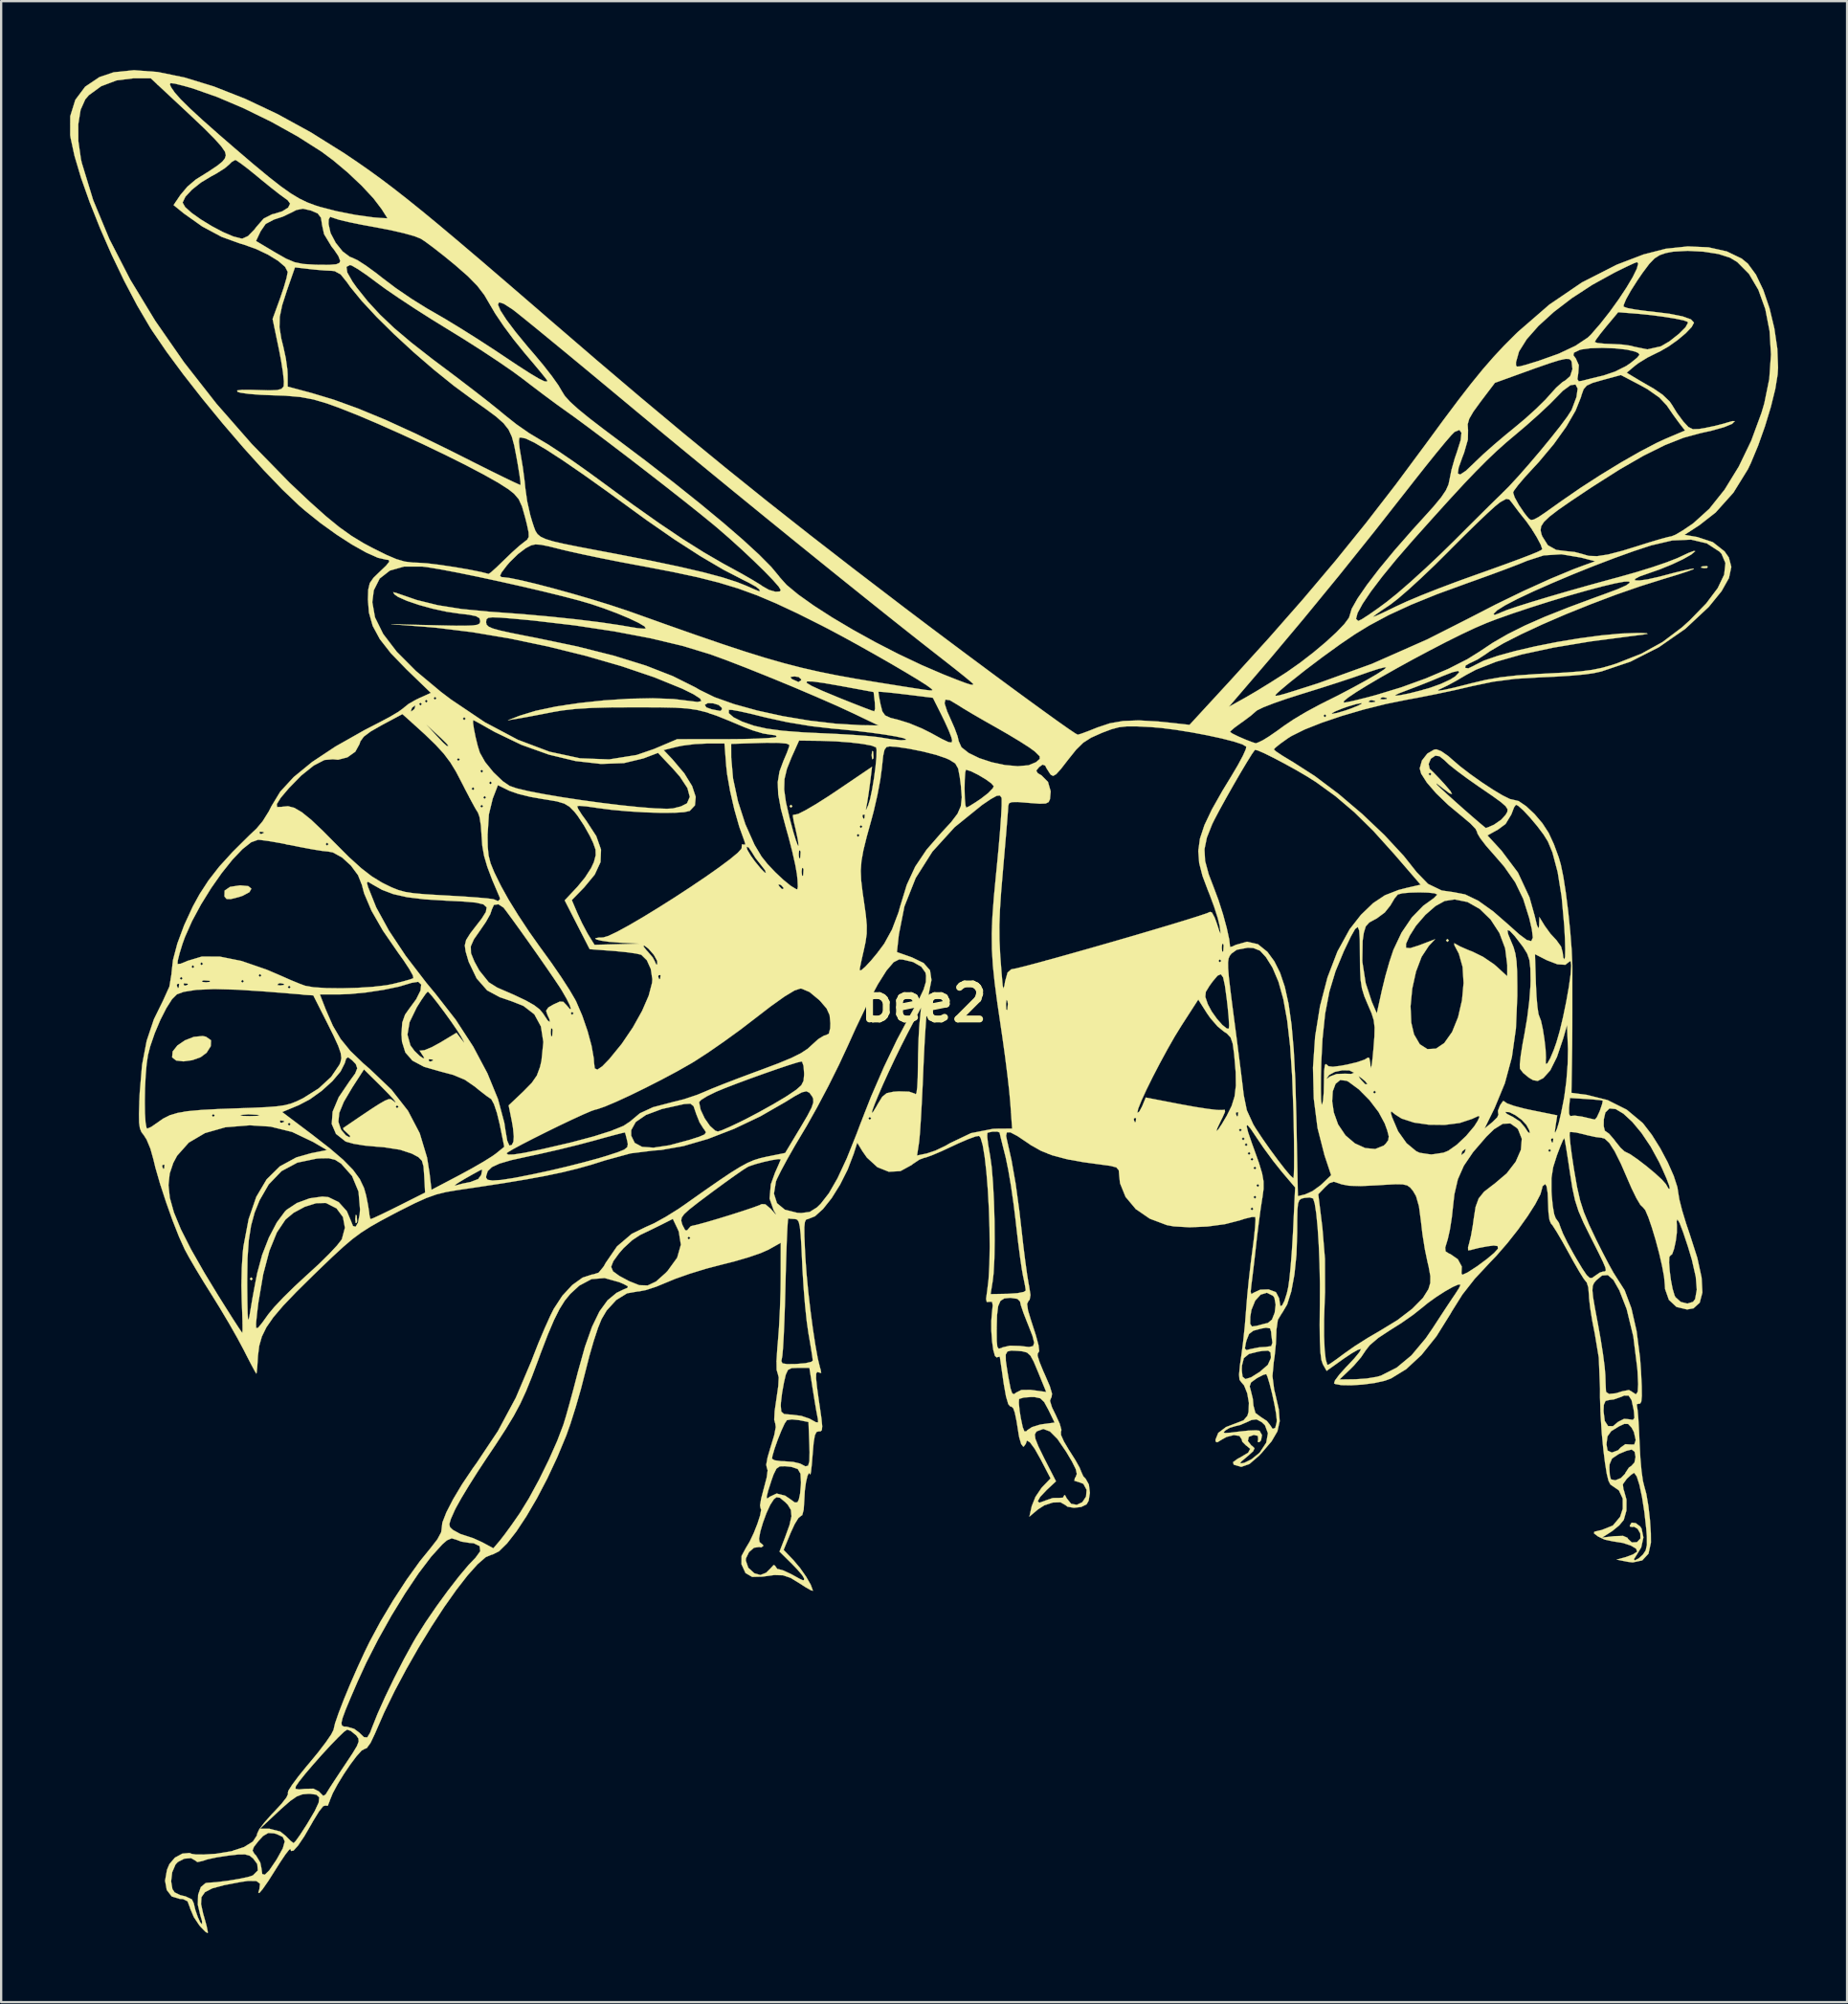
<source format=kicad_pcb>
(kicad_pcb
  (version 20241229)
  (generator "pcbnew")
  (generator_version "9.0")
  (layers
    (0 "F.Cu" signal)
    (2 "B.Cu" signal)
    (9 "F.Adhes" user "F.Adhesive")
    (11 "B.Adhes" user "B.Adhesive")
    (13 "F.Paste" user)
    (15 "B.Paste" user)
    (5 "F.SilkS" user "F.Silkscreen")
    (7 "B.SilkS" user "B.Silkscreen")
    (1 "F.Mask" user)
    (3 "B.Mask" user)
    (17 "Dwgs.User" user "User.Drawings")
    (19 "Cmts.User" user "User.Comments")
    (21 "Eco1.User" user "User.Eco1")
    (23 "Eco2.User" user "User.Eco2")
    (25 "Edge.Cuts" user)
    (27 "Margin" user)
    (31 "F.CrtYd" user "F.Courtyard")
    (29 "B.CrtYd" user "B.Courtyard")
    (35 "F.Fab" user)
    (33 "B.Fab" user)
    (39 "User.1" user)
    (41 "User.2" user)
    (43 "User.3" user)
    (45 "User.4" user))
  (footprint "bee2"
    (layer "F.Cu")
    (at 37.159 40.616)
    (property "Reference" "bee2" (at 0 0 0) (layer "F.SilkS") (effects (font (size 1.524 1.524) (thickness 0.3))))
    (attr through_hole)
    (fp_poly (pts (xy -29.21 12.002) (xy -29.273 12.065) (xy -29.337 12.002) (xy -29.273 11.938) (xy -29.21 12.002)) (stroke (width 0.01) (type solid)) (fill yes) (layer "F.SilkS"))
    (fp_poly (pts (xy -5.715 -8.572) (xy -5.779 -8.509) (xy -5.842 -8.572) (xy -5.779 -8.636) (xy -5.715 -8.572)) (stroke (width 0.01) (type solid)) (fill yes) (layer "F.SilkS"))
    (fp_poly (pts (xy 22.86 -2.731) (xy 22.797 -2.667) (xy 22.733 -2.731) (xy 22.797 -2.794) (xy 22.86 -2.731)) (stroke (width 0.01) (type solid)) (fill yes) (layer "F.SilkS"))
    (fp_poly (pts (xy -24.681 9.239) (xy -24.664 9.499) (xy -24.681 9.557) (xy -24.727 9.573) (xy -24.745 9.398) (xy -24.725 9.218) (xy -24.681 9.239)) (stroke (width 0.01) (type solid)) (fill yes) (layer "F.SilkS"))
    (fp_poly (pts (xy -2.202 -10.954) (xy -2.185 -10.694) (xy -2.202 -10.636) (xy -2.248 -10.62) (xy -2.266 -10.795) (xy -2.246 -10.975) (xy -2.202 -10.954)) (stroke (width 0.01) (type solid)) (fill yes) (layer "F.SilkS"))
    (fp_poly (pts (xy 34.129 -19) (xy 34.091 -18.942) (xy 33.962 -18.933) (xy 33.826 -18.964) (xy 33.885 -19.01) (xy 34.084 -19.025) (xy 34.129 -19)) (stroke (width 0.01) (type solid)) (fill yes) (layer "F.SilkS"))
    (fp_poly (pts (xy -29.4 -5.094) (xy -29.267 -4.983) (xy -29.353 -4.83) (xy -29.657 -4.669) (xy -29.82 -4.616) (xy -30.166 -4.529) (xy -30.347 -4.534) (xy -30.433 -4.634) (xy -30.44 -4.65) (xy -30.432 -4.9) (xy -30.196 -5.062) (xy -29.759 -5.128) (xy -29.4 -5.094)) (stroke (width 0.01) (type solid)) (fill yes) (layer "F.SilkS"))
    (fp_poly (pts (xy -31.244 1.46) (xy -31.023 1.616) (xy -31.034 1.873) (xy -31.215 2.158) (xy -31.476 2.353) (xy -31.839 2.483) (xy -32.222 2.535) (xy -32.541 2.498) (xy -32.715 2.362) (xy -32.716 2.361) (xy -32.694 2.103) (xy -32.487 1.842) (xy -32.157 1.617) (xy -31.769 1.467) (xy -31.387 1.431) (xy -31.244 1.46)) (stroke (width 0.01) (type solid)) (fill yes) (layer "F.SilkS"))
    (fp_poly (pts (xy -33.34 -40.532) (xy -32.171 -40.292) (xy -30.894 -39.9) (xy -29.535 -39.365) (xy -28.119 -38.696) (xy -26.669 -37.9) (xy -25.223 -36.995) (xy -24.685 -36.633) (xy -24.163 -36.269) (xy -23.636 -35.887) (xy -23.085 -35.471) (xy -22.49 -35.005) (xy -21.83 -34.474) (xy -21.087 -33.861) (xy -20.241 -33.15) (xy -19.271 -32.326) (xy -18.159 -31.371) (xy -16.883 -30.271) (xy -16.329 -29.791) (xy -14.25 -28.002) (xy -12.307 -26.352) (xy -10.454 -24.804) (xy -8.645 -23.32) (xy -6.834 -21.863) (xy -4.974 -20.396) (xy -3.019 -18.881) (xy -0.924 -17.28) (xy -0.889 -17.253) (xy 0.05 -16.543) (xy 1.007 -15.824) (xy 1.958 -15.114) (xy 2.881 -14.428) (xy 3.754 -13.783) (xy 4.556 -13.196) (xy 5.263 -12.682) (xy 5.854 -12.257) (xy 6.306 -11.939) (xy 6.597 -11.743) (xy 6.704 -11.685) (xy 6.86 -11.73) (xy 7.179 -11.848) (xy 7.556 -11.999) (xy 8.1 -12.181) (xy 8.683 -12.283) (xy 9.363 -12.308) (xy 10.201 -12.261) (xy 10.706 -12.21) (xy 11.57 -12.114) (xy 12.294 -12.901) (xy 13.284 -12.901) (xy 14.04 -13.323) (xy 14.201 -13.417) (xy 15.311 -13.417) (xy 15.316 -13.377) (xy 15.444 -13.392) (xy 15.722 -13.467) (xy 16.176 -13.608) (xy 16.835 -13.817) (xy 17.171 -13.925) (xy 19.509 -14.77) (xy 21.915 -15.833) (xy 23.638 -16.705) (xy 24.884 -17.347) (xy 26.109 -17.942) (xy 27.26 -18.463) (xy 28.279 -18.887) (xy 28.744 -19.061) (xy 29.23 -19.235) (xy 28.617 -19.394) (xy 27.758 -19.539) (xy 26.989 -19.49) (xy 26.273 -19.259) (xy 25.91 -19.111) (xy 25.368 -18.903) (xy 24.711 -18.659) (xy 23.999 -18.402) (xy 23.686 -18.291) (xy 22.35 -17.803) (xy 21.218 -17.344) (xy 20.246 -16.896) (xy 19.389 -16.437) (xy 18.78 -16.064) (xy 18.12 -15.616) (xy 17.364 -15.069) (xy 16.598 -14.49) (xy 15.908 -13.941) (xy 15.557 -13.646) (xy 15.4 -13.508) (xy 15.311 -13.417) (xy 14.201 -13.417) (xy 14.505 -13.595) (xy 15.077 -13.946) (xy 15.652 -14.312) (xy 15.812 -14.416) (xy 16.384 -14.818) (xy 16.957 -15.261) (xy 17.494 -15.711) (xy 17.956 -16.135) (xy 18.306 -16.5) (xy 18.475 -16.727) (xy 18.817 -16.727) (xy 18.914 -16.637) (xy 18.916 -16.637) (xy 19.067 -16.709) (xy 19.23 -16.814) (xy 19.558 -16.814) (xy 19.663 -16.848) (xy 19.943 -16.973) (xy 20.346 -17.166) (xy 20.542 -17.262) (xy 21.017 -17.481) (xy 21.661 -17.752) (xy 22.404 -18.046) (xy 23.173 -18.336) (xy 23.495 -18.453) (xy 24.534 -18.824) (xy 25.355 -19.12) (xy 25.978 -19.35) (xy 26.425 -19.521) (xy 26.718 -19.642) (xy 26.877 -19.72) (xy 26.924 -19.764) (xy 26.857 -19.958) (xy 26.687 -20.279) (xy 26.501 -20.582) (xy 26.85 -20.582) (xy 26.894 -20.397) (xy 26.925 -20.318) (xy 27.168 -19.933) (xy 27.532 -19.73) (xy 27.963 -19.676) (xy 28.341 -19.637) (xy 28.639 -19.558) (xy 28.947 -19.468) (xy 29.316 -19.457) (xy 29.79 -19.53) (xy 30.417 -19.693) (xy 31.005 -19.875) (xy 31.57 -20.053) (xy 32.053 -20.197) (xy 32.4 -20.291) (xy 32.548 -20.32) (xy 32.725 -20.391) (xy 33.042 -20.578) (xy 33.435 -20.844) (xy 33.509 -20.898) (xy 34.196 -21.519) (xy 34.86 -22.352) (xy 35.477 -23.355) (xy 36.021 -24.483) (xy 36.467 -25.695) (xy 36.59 -26.112) (xy 36.806 -27.172) (xy 36.88 -28.233) (xy 36.819 -29.257) (xy 36.634 -30.209) (xy 36.331 -31.051) (xy 35.921 -31.747) (xy 35.411 -32.26) (xy 35.099 -32.448) (xy 34.596 -32.609) (xy 33.947 -32.711) (xy 33.252 -32.748) (xy 32.614 -32.711) (xy 32.302 -32.651) (xy 32.037 -32.56) (xy 31.812 -32.417) (xy 31.581 -32.177) (xy 31.295 -31.795) (xy 31.068 -31.464) (xy 30.78 -31.013) (xy 30.571 -30.638) (xy 30.467 -30.387) (xy 30.468 -30.315) (xy 30.634 -30.256) (xy 30.99 -30.19) (xy 31.471 -30.126) (xy 31.701 -30.102) (xy 32.462 -30.008) (xy 33.035 -29.894) (xy 33.397 -29.764) (xy 33.528 -29.624) (xy 33.528 -29.62) (xy 33.428 -29.431) (xy 33.17 -29.161) (xy 32.81 -28.86) (xy 32.41 -28.577) (xy 32.029 -28.359) (xy 31.956 -28.326) (xy 31.513 -28.107) (xy 31.107 -27.857) (xy 30.968 -27.752) (xy 30.6 -27.442) (xy 30.889 -27.266) (xy 31.168 -27.1) (xy 31.556 -26.875) (xy 31.781 -26.747) (xy 32.163 -26.484) (xy 32.469 -26.191) (xy 32.57 -26.045) (xy 32.785 -25.695) (xy 33.055 -25.331) (xy 33.077 -25.304) (xy 33.288 -25.078) (xy 33.48 -24.984) (xy 33.756 -24.994) (xy 34.002 -25.035) (xy 34.447 -25.129) (xy 34.847 -25.232) (xy 34.957 -25.267) (xy 35.204 -25.336) (xy 35.306 -25.334) (xy 35.185 -25.214) (xy 34.841 -25.073) (xy 34.306 -24.922) (xy 33.819 -24.813) (xy 33.077 -24.612) (xy 32.259 -24.289) (xy 31.338 -23.832) (xy 30.289 -23.228) (xy 29.085 -22.463) (xy 28.908 -22.346) (xy 28.169 -21.852) (xy 27.62 -21.471) (xy 27.238 -21.177) (xy 26.998 -20.948) (xy 26.876 -20.757) (xy 26.85 -20.582) (xy 26.501 -20.582) (xy 26.462 -20.645) (xy 26.227 -20.978) (xy 26.176 -21.041) (xy 25.905 -21.381) (xy 25.67 -21.694) (xy 25.641 -21.735) (xy 25.492 -21.922) (xy 25.356 -21.95) (xy 25.131 -21.827) (xy 25.069 -21.787) (xy 24.869 -21.626) (xy 24.526 -21.314) (xy 24.073 -20.883) (xy 23.542 -20.364) (xy 22.968 -19.791) (xy 22.86 -19.681) (xy 22.253 -19.077) (xy 21.653 -18.505) (xy 21.102 -18.001) (xy 20.641 -17.603) (xy 20.31 -17.347) (xy 20.288 -17.333) (xy 19.924 -17.089) (xy 19.663 -16.904) (xy 19.558 -16.815) (xy 19.558 -16.814) (xy 19.23 -16.814) (xy 19.373 -16.906) (xy 19.784 -17.194) (xy 20.162 -17.473) (xy 20.617 -17.839) (xy 21.195 -18.341) (xy 21.844 -18.93) (xy 22.511 -19.56) (xy 23.071 -20.108) (xy 23.639 -20.676) (xy 24.162 -21.196) (xy 24.606 -21.637) (xy 24.941 -21.966) (xy 25.132 -22.151) (xy 25.144 -22.162) (xy 25.209 -22.227) (xy 25.654 -22.227) (xy 25.725 -22.013) (xy 25.906 -21.686) (xy 26.146 -21.332) (xy 26.266 -21.18) (xy 26.353 -21.081) (xy 26.438 -21.032) (xy 26.562 -21.053) (xy 26.762 -21.16) (xy 27.077 -21.372) (xy 27.547 -21.706) (xy 27.767 -21.863) (xy 28.587 -22.428) (xy 29.468 -22.997) (xy 30.352 -23.536) (xy 31.183 -24.011) (xy 31.906 -24.389) (xy 32.293 -24.567) (xy 33.138 -24.926) (xy 32.881 -25.258) (xy 32.632 -25.598) (xy 32.369 -25.981) (xy 32.346 -26.016) (xy 32.021 -26.362) (xy 31.504 -26.725) (xy 31.207 -26.891) (xy 30.347 -27.341) (xy 29.549 -27.125) (xy 29.116 -27) (xy 28.863 -26.883) (xy 28.724 -26.723) (xy 28.632 -26.467) (xy 28.608 -26.377) (xy 28.374 -25.791) (xy 27.971 -25.096) (xy 27.428 -24.336) (xy 26.777 -23.558) (xy 26.538 -23.299) (xy 26.166 -22.894) (xy 25.871 -22.547) (xy 25.692 -22.307) (xy 25.654 -22.227) (xy 25.209 -22.227) (xy 25.473 -22.49) (xy 25.889 -22.942) (xy 26.356 -23.473) (xy 26.838 -24.04) (xy 27.299 -24.601) (xy 27.703 -25.111) (xy 28.013 -25.528) (xy 28.194 -25.808) (xy 28.209 -25.839) (xy 28.414 -26.385) (xy 28.465 -26.752) (xy 28.374 -26.929) (xy 28.156 -26.901) (xy 27.823 -26.658) (xy 27.594 -26.424) (xy 27.252 -26.077) (xy 26.779 -25.633) (xy 26.241 -25.154) (xy 25.79 -24.772) (xy 25.359 -24.408) (xy 24.941 -24.035) (xy 24.51 -23.625) (xy 24.04 -23.153) (xy 23.506 -22.593) (xy 22.883 -21.918) (xy 22.145 -21.102) (xy 21.282 -20.138) (xy 20.567 -19.313) (xy 19.958 -18.568) (xy 19.467 -17.92) (xy 19.105 -17.385) (xy 18.885 -16.982) (xy 18.817 -16.727) (xy 18.475 -16.727) (xy 18.508 -16.771) (xy 18.542 -16.873) (xy 18.63 -17.167) (xy 18.885 -17.618) (xy 19.29 -18.205) (xy 19.83 -18.909) (xy 20.49 -19.708) (xy 21.255 -20.582) (xy 21.713 -21.086) (xy 22.194 -21.619) (xy 22.523 -22.017) (xy 22.729 -22.322) (xy 22.843 -22.577) (xy 22.89 -22.801) (xy 22.941 -23.054) (xy 23.25 -23.054) (xy 23.354 -23.01) (xy 23.6 -23.174) (xy 23.991 -23.545) (xy 24.009 -23.564) (xy 24.356 -23.894) (xy 24.83 -24.314) (xy 25.357 -24.76) (xy 25.668 -25.013) (xy 26.178 -25.439) (xy 26.666 -25.88) (xy 27.063 -26.271) (xy 27.235 -26.464) (xy 27.531 -26.791) (xy 27.8 -27.031) (xy 27.937 -27.114) (xy 28.139 -27.293) (xy 28.238 -27.601) (xy 28.203 -27.92) (xy 28.177 -27.975) (xy 28.099 -28.039) (xy 27.942 -28.045) (xy 27.668 -27.986) (xy 27.239 -27.852) (xy 26.619 -27.636) (xy 26.468 -27.581) (xy 24.864 -27.002) (xy 24.241 -26.18) (xy 23.924 -25.744) (xy 23.746 -25.437) (xy 23.678 -25.198) (xy 23.692 -24.964) (xy 23.694 -24.956) (xy 23.686 -24.53) (xy 23.522 -23.956) (xy 23.45 -23.771) (xy 23.284 -23.307) (xy 23.25 -23.054) (xy 22.941 -23.054) (xy 22.973 -23.215) (xy 23.116 -23.718) (xy 23.211 -23.994) (xy 23.372 -24.504) (xy 23.407 -24.827) (xy 23.317 -24.951) (xy 23.107 -24.865) (xy 22.963 -24.719) (xy 22.691 -24.404) (xy 22.317 -23.951) (xy 21.868 -23.393) (xy 21.37 -22.763) (xy 21.198 -22.543) (xy 19.638 -20.558) (xy 18.073 -18.606) (xy 16.546 -16.744) (xy 15.104 -15.026) (xy 14.803 -14.674) (xy 13.284 -12.901) (xy 12.294 -12.901) (xy 13.33 -14.026) (xy 15.001 -15.867) (xy 16.518 -17.594) (xy 17.922 -19.256) (xy 19.252 -20.901) (xy 20.55 -22.579) (xy 21.841 -24.32) (xy 22.612 -25.371) (xy 23.266 -26.244) (xy 23.831 -26.973) (xy 24.334 -27.59) (xy 24.576 -27.868) (xy 25.781 -27.868) (xy 25.782 -27.763) (xy 25.819 -27.71) (xy 25.94 -27.716) (xy 26.197 -27.784) (xy 26.637 -27.919) (xy 26.752 -27.954) (xy 27.45 -28.202) (xy 28.279 -28.202) (xy 28.381 -28.071) (xy 28.516 -27.771) (xy 28.494 -27.438) (xy 28.455 -27.161) (xy 28.513 -27.069) (xy 28.651 -27.089) (xy 28.907 -27.155) (xy 29.305 -27.253) (xy 29.591 -27.321) (xy 30.092 -27.491) (xy 30.578 -27.735) (xy 30.772 -27.867) (xy 31.055 -28.097) (xy 31.157 -28.224) (xy 31.1 -28.302) (xy 30.963 -28.362) (xy 30.603 -28.447) (xy 30.098 -28.502) (xy 29.538 -28.522) (xy 29.016 -28.507) (xy 28.623 -28.453) (xy 28.539 -28.427) (xy 28.305 -28.314) (xy 28.279 -28.202) (xy 27.45 -28.202) (xy 27.641 -28.27) (xy 28.369 -28.614) (xy 28.618 -28.78) (xy 29.21 -28.78) (xy 29.325 -28.737) (xy 29.623 -28.705) (xy 29.94 -28.693) (xy 30.39 -28.67) (xy 30.766 -28.619) (xy 30.924 -28.575) (xy 31.5 -28.458) (xy 32.086 -28.59) (xy 32.461 -28.808) (xy 32.88 -29.14) (xy 33.158 -29.418) (xy 33.265 -29.61) (xy 33.249 -29.658) (xy 33.082 -29.72) (xy 32.723 -29.795) (xy 32.236 -29.874) (xy 31.682 -29.948) (xy 31.124 -30.005) (xy 31.021 -30.013) (xy 30.229 -30.075) (xy 29.72 -29.466) (xy 29.454 -29.137) (xy 29.269 -28.887) (xy 29.21 -28.78) (xy 28.618 -28.78) (xy 28.898 -28.966) (xy 29.042 -29.102) (xy 29.453 -29.576) (xy 29.864 -30.099) (xy 30.252 -30.637) (xy 30.592 -31.152) (xy 30.863 -31.608) (xy 31.04 -31.968) (xy 31.101 -32.195) (xy 31.048 -32.258) (xy 30.911 -32.205) (xy 30.607 -32.064) (xy 30.193 -31.862) (xy 30.064 -31.797) (xy 29.105 -31.269) (xy 28.217 -30.691) (xy 27.427 -30.086) (xy 26.762 -29.481) (xy 26.248 -28.899) (xy 25.912 -28.364) (xy 25.782 -27.902) (xy 25.781 -27.868) (xy 24.576 -27.868) (xy 24.801 -28.127) (xy 25.26 -28.619) (xy 25.737 -29.097) (xy 25.862 -29.218) (xy 27.234 -30.408) (xy 28.652 -31.373) (xy 30.164 -32.143) (xy 31.333 -32.59) (xy 32.302 -32.839) (xy 33.259 -32.941) (xy 34.159 -32.901) (xy 34.956 -32.723) (xy 35.604 -32.411) (xy 35.874 -32.19) (xy 36.225 -31.712) (xy 36.545 -31.042) (xy 36.818 -30.242) (xy 37.027 -29.371) (xy 37.156 -28.492) (xy 37.188 -27.666) (xy 37.17 -27.365) (xy 37.068 -26.736) (xy 36.876 -25.958) (xy 36.618 -25.109) (xy 36.32 -24.268) (xy 36.005 -23.51) (xy 35.876 -23.241) (xy 35.245 -22.22) (xy 34.471 -21.357) (xy 33.76 -20.802) (xy 33.117 -20.385) (xy 33.672 -20.29) (xy 34.348 -20.068) (xy 34.858 -19.666) (xy 35.045 -19.401) (xy 35.154 -18.99) (xy 35.051 -18.505) (xy 34.73 -17.934) (xy 34.186 -17.264) (xy 34.156 -17.232) (xy 33.152 -16.294) (xy 32.001 -15.494) (xy 30.763 -14.864) (xy 29.499 -14.439) (xy 29.146 -14.361) (xy 28.77 -14.309) (xy 28.215 -14.258) (xy 27.555 -14.215) (xy 26.865 -14.183) (xy 26.86 -14.183) (xy 25.757 -14.118) (xy 24.787 -13.992) (xy 23.876 -13.801) (xy 23.154 -13.634) (xy 22.312 -13.455) (xy 21.481 -13.29) (xy 21.069 -13.215) (xy 20.125 -13.024) (xy 19.152 -12.781) (xy 18.202 -12.503) (xy 17.327 -12.207) (xy 16.58 -11.911) (xy 16.013 -11.63) (xy 15.862 -11.536) (xy 15.531 -11.3) (xy 15.305 -11.119) (xy 15.24 -11.044) (xy 15.342 -10.953) (xy 15.611 -10.774) (xy 15.991 -10.544) (xy 16.051 -10.51) (xy 17.027 -9.883) (xy 18.058 -9.108) (xy 19.086 -8.235) (xy 20.051 -7.319) (xy 20.893 -6.412) (xy 21.455 -5.704) (xy 21.953 -5.19) (xy 22.547 -4.905) (xy 23.05 -4.833) (xy 23.565 -4.734) (xy 24.136 -4.46) (xy 24.788 -3.995) (xy 25.432 -3.434) (xy 25.921 -2.996) (xy 26.253 -2.75) (xy 26.446 -2.7) (xy 26.514 -2.851) (xy 26.473 -3.206) (xy 26.358 -3.699) (xy 26.094 -4.54) (xy 25.746 -5.26) (xy 25.263 -5.949) (xy 24.817 -6.464) (xy 24.478 -6.85) (xy 24.227 -7.177) (xy 24.153 -7.301) (xy 24.54 -7.301) (xy 25.15 -6.638) (xy 25.866 -5.684) (xy 26.369 -4.605) (xy 26.592 -3.81) (xy 26.689 -3.409) (xy 26.754 -3.252) (xy 26.784 -3.342) (xy 26.785 -3.365) (xy 26.798 -3.747) (xy 27.033 -3.365) (xy 27.281 -3.023) (xy 27.541 -2.743) (xy 27.744 -2.461) (xy 27.813 -2.203) (xy 27.842 -1.974) (xy 27.893 -1.905) (xy 27.917 -2.023) (xy 27.923 -2.344) (xy 27.911 -2.818) (xy 27.884 -3.334) (xy 27.768 -4.623) (xy 27.595 -5.704) (xy 27.367 -6.562) (xy 27.17 -7.036) (xy 26.981 -7.339) (xy 26.708 -7.702) (xy 26.4 -8.069) (xy 26.107 -8.384) (xy 25.877 -8.589) (xy 25.781 -8.636) (xy 25.699 -8.528) (xy 25.597 -8.264) (xy 25.585 -8.225) (xy 25.328 -7.799) (xy 25.002 -7.558) (xy 24.54 -7.301) (xy 24.153 -7.301) (xy 24.098 -7.393) (xy 24.091 -7.442) (xy 24.022 -7.584) (xy 23.795 -7.823) (xy 23.458 -8.107) (xy 23.446 -8.117) (xy 22.828 -8.63) (xy 22.303 -9.136) (xy 21.901 -9.601) (xy 21.666 -9.97) (xy 21.971 -9.97) (xy 22.035 -9.906) (xy 22.098 -9.97) (xy 22.035 -10.033) (xy 21.971 -9.97) (xy 21.666 -9.97) (xy 21.654 -9.988) (xy 21.59 -10.218) (xy 21.644 -10.41) (xy 21.978 -10.41) (xy 22.024 -10.2) (xy 22.054 -10.172) (xy 22.193 -10.04) (xy 22.441 -9.781) (xy 22.669 -9.535) (xy 22.926 -9.233) (xy 22.996 -9.1) (xy 22.885 -9.137) (xy 22.599 -9.348) (xy 22.479 -9.446) (xy 22.32 -9.566) (xy 22.323 -9.531) (xy 22.352 -9.497) (xy 22.503 -9.35) (xy 22.781 -9.094) (xy 23.139 -8.772) (xy 23.53 -8.425) (xy 23.906 -8.096) (xy 24.22 -7.826) (xy 24.423 -7.658) (xy 24.473 -7.623) (xy 24.593 -7.667) (xy 24.821 -7.767) (xy 25.142 -7.989) (xy 25.334 -8.205) (xy 25.405 -8.331) (xy 25.413 -8.443) (xy 25.328 -8.574) (xy 25.122 -8.754) (xy 24.765 -9.012) (xy 24.229 -9.38) (xy 24.19 -9.406) (xy 23.665 -9.774) (xy 23.208 -10.113) (xy 22.864 -10.387) (xy 22.683 -10.56) (xy 22.678 -10.567) (xy 22.454 -10.746) (xy 22.27 -10.773) (xy 22.074 -10.64) (xy 21.978 -10.41) (xy 21.644 -10.41) (xy 21.686 -10.561) (xy 21.921 -10.863) (xy 22.217 -11.036) (xy 22.315 -11.049) (xy 22.531 -10.966) (xy 22.831 -10.757) (xy 22.982 -10.624) (xy 23.346 -10.311) (xy 23.799 -9.963) (xy 24.292 -9.614) (xy 24.776 -9.296) (xy 25.2 -9.042) (xy 25.515 -8.886) (xy 25.658 -8.854) (xy 25.897 -8.796) (xy 26.223 -8.574) (xy 26.584 -8.236) (xy 26.929 -7.832) (xy 27.203 -7.412) (xy 27.429 -6.923) (xy 27.64 -6.349) (xy 27.732 -6.032) (xy 27.842 -5.501) (xy 27.952 -4.79) (xy 28.055 -3.974) (xy 28.141 -3.129) (xy 28.204 -2.329) (xy 28.234 -1.649) (xy 28.235 -1.46) (xy 28.233 -0.951) (xy 28.233 -0.315) (xy 28.233 0.317) (xy 28.233 0.381) (xy 28.232 1.035) (xy 28.227 1.8) (xy 28.217 2.533) (xy 28.215 2.682) (xy 28.194 3.904) (xy 28.861 3.991) (xy 29.767 4.219) (xy 30.6 4.637) (xy 31.285 5.206) (xy 31.336 5.264) (xy 31.696 5.734) (xy 32.057 6.311) (xy 32.385 6.928) (xy 32.646 7.518) (xy 32.807 8.013) (xy 32.841 8.237) (xy 32.892 8.548) (xy 33.013 9.023) (xy 33.186 9.592) (xy 33.335 10.031) (xy 33.674 11.088) (xy 33.86 11.943) (xy 33.895 12.594) (xy 33.777 13.041) (xy 33.507 13.285) (xy 33.228 13.335) (xy 32.766 13.224) (xy 32.436 12.916) (xy 32.271 12.447) (xy 32.258 12.247) (xy 32.226 11.904) (xy 32.138 11.431) (xy 32.106 11.293) (xy 32.445 11.293) (xy 32.471 11.651) (xy 32.524 12.053) (xy 32.597 12.431) (xy 32.682 12.717) (xy 32.72 12.795) (xy 32.953 13.005) (xy 33.241 13.077) (xy 33.489 13.001) (xy 33.578 12.88) (xy 33.651 12.472) (xy 33.606 11.913) (xy 33.439 11.178) (xy 33.268 10.606) (xy 33.053 9.961) (xy 32.899 9.562) (xy 32.806 9.409) (xy 32.774 9.5) (xy 32.784 9.684) (xy 32.782 9.992) (xy 32.736 10.354) (xy 32.663 10.691) (xy 32.58 10.926) (xy 32.508 10.983) (xy 32.455 11.048) (xy 32.445 11.293) (xy 32.106 11.293) (xy 32.011 10.883) (xy 31.859 10.312) (xy 31.697 9.774) (xy 31.542 9.321) (xy 31.408 9.009) (xy 31.31 8.89) (xy 31.309 8.89) (xy 31.195 8.78) (xy 31.019 8.485) (xy 30.81 8.056) (xy 30.689 7.779) (xy 30.352 7.001) (xy 30.074 6.444) (xy 29.842 6.084) (xy 29.642 5.898) (xy 29.502 5.859) (xy 29.241 5.827) (xy 28.863 5.744) (xy 28.729 5.708) (xy 28.387 5.629) (xy 28.16 5.608) (xy 28.119 5.621) (xy 28.114 5.764) (xy 28.146 6.108) (xy 28.209 6.602) (xy 28.299 7.199) (xy 28.312 7.276) (xy 28.44 8.009) (xy 28.571 8.584) (xy 28.734 9.096) (xy 28.96 9.64) (xy 29.274 10.3) (xy 29.558 10.866) (xy 29.816 11.36) (xy 30.022 11.731) (xy 30.147 11.927) (xy 30.15 11.932) (xy 30.509 12.495) (xy 30.804 13.283) (xy 31.03 14.272) (xy 31.181 15.437) (xy 31.223 16.018) (xy 31.254 16.668) (xy 31.259 17.099) (xy 31.236 17.343) (xy 31.185 17.434) (xy 31.145 17.432) (xy 31.036 17.459) (xy 31.048 17.544) (xy 31.077 17.734) (xy 31.109 18.12) (xy 31.139 18.644) (xy 31.162 19.177) (xy 31.195 19.799) (xy 31.245 20.361) (xy 31.306 20.794) (xy 31.358 21.006) (xy 31.455 21.365) (xy 31.544 21.89) (xy 31.612 22.49) (xy 31.651 23.079) (xy 31.654 23.484) (xy 31.547 23.965) (xy 31.277 24.256) (xy 30.86 24.345) (xy 30.651 24.319) (xy 30.163 24.222) (xy 30.569 24.11) (xy 30.871 23.998) (xy 31.049 23.88) (xy 31.053 23.874) (xy 31.009 23.746) (xy 30.782 23.611) (xy 30.439 23.498) (xy 30.048 23.435) (xy 30.024 23.433) (xy 29.64 23.351) (xy 29.456 23.264) (xy 29.527 23.264) (xy 30.059 23.202) (xy 30.442 23.189) (xy 30.631 23.271) (xy 30.658 23.318) (xy 30.823 23.474) (xy 31.047 23.462) (xy 31.197 23.303) (xy 31.192 23.084) (xy 31.074 22.88) (xy 30.911 22.788) (xy 30.847 22.805) (xy 30.741 22.782) (xy 30.734 22.74) (xy 30.814 22.613) (xy 30.994 22.634) (xy 31.186 22.779) (xy 31.248 22.872) (xy 31.327 23.256) (xy 31.232 23.693) (xy 31.022 24.035) (xy 30.915 24.202) (xy 30.949 24.257) (xy 31.121 24.171) (xy 31.303 24.006) (xy 31.425 23.825) (xy 31.48 23.584) (xy 31.477 23.21) (xy 31.452 22.894) (xy 31.37 22.157) (xy 31.268 21.503) (xy 31.155 20.973) (xy 31.04 20.609) (xy 30.931 20.451) (xy 30.915 20.447) (xy 30.796 20.527) (xy 30.604 20.704) (xy 30.432 20.943) (xy 30.459 21.167) (xy 30.477 21.204) (xy 30.589 21.608) (xy 30.587 22.088) (xy 30.472 22.494) (xy 30.275 22.732) (xy 29.972 22.979) (xy 29.932 23.005) (xy 29.527 23.264) (xy 29.456 23.264) (xy 29.351 23.214) (xy 29.176 23.08) (xy 29.191 23.009) (xy 29.422 22.952) (xy 29.504 22.936) (xy 29.997 22.739) (xy 30.313 22.361) (xy 30.428 22.01) (xy 30.427 21.564) (xy 30.259 21.208) (xy 29.995 21.026) (xy 29.89 20.954) (xy 29.805 20.786) (xy 29.73 20.481) (xy 29.693 20.245) (xy 29.845 20.245) (xy 29.865 20.55) (xy 29.913 20.726) (xy 29.916 20.73) (xy 30.106 20.769) (xy 30.349 20.671) (xy 30.526 20.488) (xy 30.544 20.445) (xy 30.697 20.214) (xy 30.802 20.145) (xy 30.937 19.995) (xy 30.985 19.752) (xy 30.945 19.527) (xy 30.817 19.431) (xy 30.593 19.485) (xy 30.276 19.616) (xy 30.246 19.631) (xy 29.961 19.823) (xy 29.854 20.075) (xy 29.845 20.245) (xy 29.693 20.245) (xy 29.654 19.998) (xy 29.587 19.462) (xy 29.562 19.209) (xy 29.72 19.209) (xy 29.767 19.474) (xy 29.941 19.557) (xy 29.966 19.558) (xy 30.23 19.46) (xy 30.331 19.348) (xy 30.542 19.197) (xy 30.718 19.21) (xy 30.927 19.214) (xy 30.987 19.035) (xy 30.988 18.999) (xy 30.913 18.667) (xy 30.81 18.474) (xy 30.663 18.318) (xy 30.497 18.314) (xy 30.271 18.418) (xy 29.927 18.63) (xy 29.764 18.857) (xy 29.72 19.187) (xy 29.72 19.209) (xy 29.562 19.209) (xy 29.514 18.715) (xy 29.462 17.91) (xy 29.457 17.759) (xy 29.591 17.759) (xy 29.645 18.185) (xy 29.79 18.409) (xy 30.004 18.413) (xy 30.225 18.226) (xy 30.486 18.095) (xy 30.679 18.111) (xy 30.867 18.14) (xy 30.936 18.055) (xy 30.917 17.797) (xy 30.902 17.697) (xy 30.811 17.279) (xy 30.684 17.084) (xy 30.49 17.081) (xy 30.375 17.133) (xy 30.047 17.248) (xy 29.853 17.272) (xy 29.679 17.314) (xy 29.604 17.485) (xy 29.591 17.759) (xy 29.457 17.759) (xy 29.438 17.164) (xy 29.439 16.777) (xy 29.385 15.435) (xy 29.213 14.398) (xy 29.098 13.814) (xy 29.01 13.264) (xy 28.961 12.834) (xy 28.956 12.71) (xy 28.939 12.506) (xy 29.107 12.506) (xy 29.137 12.802) (xy 29.213 13.251) (xy 29.335 13.9) (xy 29.344 13.944) (xy 29.465 14.621) (xy 29.567 15.27) (xy 29.639 15.819) (xy 29.67 16.192) (xy 29.682 16.578) (xy 29.695 16.852) (xy 29.702 16.923) (xy 29.83 17.01) (xy 30.127 16.982) (xy 30.404 16.896) (xy 30.695 16.839) (xy 30.8 16.896) (xy 30.978 17.014) (xy 31.013 17.018) (xy 31.079 16.912) (xy 31.098 16.585) (xy 31.071 16.024) (xy 31.062 15.907) (xy 30.887 14.505) (xy 30.598 13.316) (xy 30.28 12.502) (xy 30.022 12.048) (xy 29.779 11.836) (xy 29.528 11.855) (xy 29.269 12.07) (xy 29.174 12.187) (xy 29.12 12.316) (xy 29.107 12.506) (xy 28.939 12.506) (xy 28.928 12.372) (xy 28.859 12.157) (xy 28.836 12.133) (xy 28.729 11.996) (xy 28.535 11.685) (xy 28.282 11.248) (xy 28.067 10.858) (xy 27.79 10.36) (xy 27.548 9.948) (xy 27.371 9.672) (xy 27.298 9.584) (xy 27.236 9.428) (xy 27.193 9.093) (xy 27.178 8.692) (xy 27.16 8.264) (xy 27.145 8.175) (xy 27.325 8.175) (xy 27.335 8.355) (xy 27.38 8.821) (xy 27.443 9.184) (xy 27.512 9.371) (xy 27.521 9.379) (xy 27.646 9.556) (xy 27.726 9.779) (xy 27.825 10.03) (xy 28.021 10.427) (xy 28.279 10.899) (xy 28.39 11.092) (xy 28.67 11.559) (xy 28.858 11.837) (xy 28.99 11.96) (xy 29.097 11.96) (xy 29.198 11.886) (xy 29.432 11.726) (xy 29.569 11.684) (xy 29.655 11.676) (xy 29.693 11.627) (xy 29.668 11.502) (xy 29.569 11.265) (xy 29.382 10.88) (xy 29.095 10.312) (xy 29.029 10.182) (xy 28.716 9.549) (xy 28.5 9.045) (xy 28.35 8.576) (xy 28.236 8.05) (xy 28.129 7.374) (xy 28.128 7.366) (xy 28.042 6.789) (xy 27.967 6.314) (xy 27.911 5.99) (xy 27.883 5.871) (xy 27.826 5.962) (xy 27.711 6.233) (xy 27.562 6.624) (xy 27.398 7.145) (xy 27.325 7.618) (xy 27.325 8.175) (xy 27.145 8.175) (xy 27.112 7.971) (xy 27.051 7.874) (xy 26.933 7.975) (xy 26.924 8.035) (xy 26.843 8.322) (xy 26.62 8.751) (xy 26.285 9.277) (xy 25.871 9.857) (xy 25.408 10.445) (xy 24.926 10.999) (xy 24.67 11.266) (xy 23.986 11.998) (xy 23.448 12.685) (xy 22.989 13.417) (xy 22.928 13.525) (xy 22.318 14.503) (xy 21.668 15.314) (xy 21.001 15.933) (xy 20.342 16.337) (xy 20.075 16.435) (xy 19.626 16.535) (xy 19.113 16.603) (xy 18.608 16.635) (xy 18.182 16.628) (xy 17.909 16.578) (xy 17.861 16.549) (xy 17.901 16.424) (xy 17.933 16.381) (xy 18.098 16.381) (xy 18.796 16.372) (xy 19.277 16.339) (xy 19.722 16.265) (xy 19.899 16.215) (xy 20.588 15.865) (xy 21.229 15.333) (xy 21.851 14.59) (xy 22.156 14.144) (xy 22.488 13.635) (xy 22.793 13.171) (xy 23.03 12.815) (xy 23.127 12.673) (xy 23.292 12.418) (xy 23.368 12.263) (xy 23.368 12.258) (xy 23.275 12.247) (xy 23.031 12.353) (xy 22.691 12.545) (xy 22.309 12.79) (xy 21.94 13.056) (xy 21.717 13.239) (xy 21.306 13.565) (xy 20.786 13.929) (xy 20.289 14.242) (xy 19.792 14.568) (xy 19.418 14.886) (xy 19.243 15.109) (xy 19.035 15.417) (xy 18.727 15.775) (xy 18.575 15.928) (xy 18.098 16.381) (xy 17.933 16.381) (xy 18.086 16.174) (xy 18.379 15.848) (xy 18.436 15.79) (xy 18.746 15.46) (xy 18.959 15.2) (xy 19.035 15.061) (xy 19.032 15.052) (xy 18.904 15.087) (xy 18.631 15.242) (xy 18.27 15.483) (xy 18.251 15.497) (xy 17.538 16.007) (xy 17.373 15.719) (xy 17.31 15.53) (xy 17.267 15.201) (xy 17.243 14.705) (xy 17.235 14.011) (xy 17.243 13.109) (xy 17.246 12.231) (xy 17.229 11.355) (xy 17.195 10.524) (xy 17.147 9.78) (xy 17.088 9.166) (xy 17.02 8.724) (xy 16.951 8.504) (xy 16.801 8.459) (xy 16.577 8.477) (xy 16.439 8.511) (xy 16.348 8.579) (xy 16.293 8.727) (xy 16.266 9) (xy 16.257 9.443) (xy 16.256 9.991) (xy 16.225 10.943) (xy 16.137 11.808) (xy 16 12.546) (xy 15.821 13.115) (xy 15.609 13.474) (xy 15.597 13.486) (xy 15.416 13.782) (xy 15.352 14.224) (xy 15.351 14.33) (xy 15.33 14.818) (xy 15.273 15.378) (xy 15.236 15.621) (xy 15.18 16.234) (xy 15.254 16.818) (xy 15.304 17.018) (xy 15.457 17.684) (xy 15.495 18.199) (xy 15.396 18.638) (xy 15.143 19.071) (xy 14.715 19.574) (xy 14.588 19.708) (xy 14.177 20.062) (xy 13.822 20.186) (xy 13.496 20.09) (xy 13.493 20.088) (xy 13.464 19.98) (xy 13.669 19.83) (xy 13.779 19.774) (xy 14.121 19.569) (xy 14.211 19.4) (xy 14.051 19.265) (xy 14.034 19.258) (xy 13.865 19.088) (xy 13.843 18.99) (xy 13.743 18.838) (xy 13.497 18.802) (xy 13.181 18.883) (xy 12.982 18.994) (xy 12.778 19.118) (xy 12.706 19.084) (xy 12.7 19.003) (xy 12.82 18.707) (xy 12.861 18.676) (xy 13.052 18.676) (xy 13.108 18.711) (xy 13.351 18.696) (xy 13.707 18.651) (xy 14.14 18.605) (xy 14.472 18.593) (xy 14.617 18.613) (xy 14.725 18.801) (xy 14.683 19.031) (xy 14.606 19.113) (xy 14.534 19.092) (xy 14.557 18.993) (xy 14.544 18.835) (xy 14.365 18.796) (xy 14.149 18.877) (xy 14.11 19.06) (xy 14.262 19.254) (xy 14.301 19.278) (xy 14.399 19.373) (xy 14.341 19.504) (xy 14.099 19.722) (xy 14.078 19.739) (xy 13.83 19.948) (xy 13.771 20.033) (xy 13.887 20.023) (xy 13.97 20.002) (xy 14.265 19.855) (xy 14.585 19.599) (xy 14.637 19.546) (xy 14.909 19.133) (xy 14.983 18.722) (xy 14.854 18.373) (xy 14.713 18.238) (xy 14.486 18.118) (xy 14.268 18.145) (xy 14.084 18.231) (xy 13.779 18.362) (xy 13.556 18.415) (xy 13.321 18.486) (xy 13.148 18.587) (xy 13.052 18.676) (xy 12.861 18.676) (xy 13.156 18.452) (xy 13.579 18.291) (xy 13.92 18.16) (xy 14.089 17.963) (xy 14.139 17.791) (xy 14.155 17.4) (xy 14.082 16.982) (xy 13.963 16.683) (xy 14.188 16.683) (xy 14.235 16.857) (xy 14.326 17.228) (xy 14.351 17.514) (xy 14.438 17.838) (xy 14.672 18.013) (xy 14.937 18.187) (xy 15.067 18.35) (xy 15.189 18.531) (xy 15.301 18.486) (xy 15.363 18.24) (xy 15.367 18.138) (xy 15.338 17.866) (xy 15.265 17.462) (xy 15.166 17.005) (xy 15.059 16.578) (xy 14.963 16.262) (xy 14.911 16.148) (xy 14.792 16.176) (xy 14.543 16.302) (xy 14.498 16.328) (xy 14.248 16.508) (xy 14.188 16.683) (xy 13.963 16.683) (xy 13.945 16.639) (xy 13.819 16.495) (xy 13.745 16.389) (xy 13.727 16.164) (xy 13.745 15.97) (xy 13.845 15.97) (xy 13.878 16.258) (xy 14.003 16.363) (xy 14.25 16.287) (xy 14.63 16.048) (xy 14.978 15.745) (xy 15.11 15.454) (xy 15.113 15.397) (xy 15.095 15.202) (xy 14.993 15.127) (xy 14.74 15.141) (xy 14.577 15.166) (xy 14.158 15.27) (xy 13.935 15.452) (xy 13.852 15.775) (xy 13.845 15.97) (xy 13.745 15.97) (xy 13.763 15.772) (xy 13.816 15.407) (xy 13.865 15.036) (xy 13.978 15.036) (xy 14.05 15.102) (xy 14.237 15.054) (xy 14.613 14.98) (xy 14.879 14.965) (xy 15.126 14.929) (xy 15.178 14.78) (xy 15.174 14.758) (xy 15.131 14.433) (xy 15.123 14.309) (xy 15.075 14.157) (xy 14.903 14.129) (xy 14.7 14.164) (xy 14.348 14.259) (xy 14.161 14.402) (xy 14.053 14.672) (xy 14.024 14.783) (xy 13.978 15.036) (xy 13.865 15.036) (xy 13.901 14.764) (xy 13.979 14.026) (xy 13.984 13.962) (xy 14.21 13.962) (xy 14.29 14.075) (xy 14.497 14.046) (xy 14.51 14.042) (xy 14.821 13.958) (xy 14.984 13.92) (xy 15.159 13.772) (xy 15.277 13.474) (xy 15.319 13.126) (xy 15.266 12.829) (xy 15.206 12.739) (xy 14.939 12.606) (xy 14.667 12.688) (xy 14.429 12.949) (xy 14.264 13.354) (xy 14.215 13.652) (xy 14.21 13.962) (xy 13.984 13.962) (xy 14.033 13.349) (xy 14.034 13.335) (xy 14.082 12.733) (xy 14.156 11.993) (xy 14.245 11.231) (xy 14.299 10.816) (xy 14.373 10.24) (xy 14.422 9.762) (xy 14.443 9.433) (xy 14.432 9.31) (xy 14.284 9.31) (xy 13.98 9.383) (xy 13.755 9.456) (xy 13.111 9.621) (xy 12.351 9.723) (xy 11.574 9.757) (xy 10.882 9.717) (xy 10.582 9.662) (xy 9.838 9.382) (xy 9.228 8.961) (xy 9.222 8.954) (xy 14.224 8.954) (xy 14.287 9.017) (xy 14.351 8.954) (xy 14.287 8.89) (xy 14.224 8.954) (xy 9.222 8.954) (xy 8.795 8.445) (xy 14.351 8.445) (xy 14.415 8.509) (xy 14.478 8.445) (xy 14.415 8.382) (xy 14.351 8.445) (xy 8.795 8.445) (xy 8.785 8.434) (xy 8.584 7.938) (xy 14.478 7.938) (xy 14.541 8.001) (xy 14.605 7.938) (xy 14.541 7.874) (xy 14.478 7.938) (xy 8.584 7.938) (xy 8.544 7.838) (xy 8.509 7.506) (xy 8.49 7.275) (xy 8.407 7.176) (xy 14.351 7.176) (xy 14.415 7.239) (xy 14.478 7.176) (xy 14.415 7.112) (xy 14.351 7.176) (xy 8.407 7.176) (xy 8.387 7.151) (xy 8.134 7.084) (xy 7.906 7.053) (xy 6.944 6.922) (xy 6.254 6.795) (xy 14.224 6.795) (xy 14.287 6.858) (xy 14.351 6.795) (xy 14.287 6.731) (xy 14.224 6.795) (xy 6.254 6.795) (xy 6.188 6.782) (xy 5.589 6.622) (xy 5.385 6.54) (xy 14.097 6.54) (xy 14.161 6.604) (xy 14.224 6.54) (xy 14.161 6.477) (xy 14.097 6.54) (xy 5.385 6.54) (xy 5.1 6.427) (xy 4.671 6.183) (xy 4.636 6.16) (xy 13.97 6.16) (xy 14.034 6.223) (xy 14.097 6.16) (xy 14.034 6.096) (xy 13.97 6.16) (xy 4.636 6.16) (xy 4.549 6.101) (xy 4.259 5.905) (xy 13.843 5.905) (xy 13.906 5.969) (xy 13.97 5.905) (xy 13.906 5.842) (xy 13.843 5.905) (xy 4.259 5.905) (xy 4.076 5.783) (xy 3.773 5.625) (xy 3.617 5.624) (xy 3.586 5.775) (xy 3.618 5.937) (xy 3.822 6.84) (xy 4.002 7.865) (xy 4.165 9.064) (xy 4.254 9.842) (xy 4.336 10.563) (xy 4.421 11.24) (xy 4.5 11.812) (xy 4.566 12.216) (xy 4.585 12.308) (xy 4.647 12.704) (xy 4.609 12.915) (xy 4.562 12.96) (xy 4.5 13.091) (xy 4.539 13.373) (xy 4.667 13.796) (xy 4.879 14.451) (xy 4.998 14.894) (xy 5.028 15.149) (xy 4.974 15.239) (xy 4.963 15.24) (xy 4.956 15.345) (xy 5.043 15.624) (xy 5.206 16.024) (xy 5.268 16.16) (xy 5.489 16.674) (xy 5.585 16.999) (xy 5.562 17.16) (xy 5.546 17.174) (xy 5.496 17.311) (xy 5.584 17.597) (xy 5.746 17.929) (xy 5.92 18.308) (xy 5.994 18.575) (xy 5.973 18.667) (xy 5.977 18.8) (xy 6.104 19.082) (xy 6.324 19.455) (xy 6.354 19.499) (xy 6.603 19.893) (xy 6.783 20.213) (xy 6.857 20.394) (xy 6.858 20.4) (xy 6.946 20.594) (xy 7.048 20.701) (xy 7.189 20.954) (xy 7.234 21.317) (xy 7.178 21.663) (xy 7.087 21.819) (xy 6.852 21.932) (xy 6.536 21.967) (xy 6.259 21.919) (xy 6.16 21.844) (xy 5.953 21.727) (xy 5.621 21.737) (xy 5.249 21.86) (xy 4.976 22.035) (xy 4.599 22.352) (xy 4.702 21.893) (xy 4.864 21.489) (xy 5.125 21.104) (xy 5.163 21.061) (xy 5.521 20.688) (xy 5.096 19.869) (xy 4.831 19.399) (xy 4.624 19.118) (xy 4.491 19.04) (xy 4.445 19.177) (xy 4.357 19.3) (xy 4.329 19.304) (xy 4.242 19.191) (xy 4.158 18.908) (xy 4.133 18.773) (xy 4.836 18.773) (xy 4.862 18.967) (xy 4.989 19.288) (xy 5.23 19.782) (xy 5.243 19.808) (xy 5.757 20.814) (xy 5.355 21.189) (xy 5.072 21.489) (xy 4.963 21.682) (xy 5.033 21.746) (xy 5.282 21.658) (xy 5.302 21.648) (xy 5.622 21.539) (xy 5.874 21.537) (xy 6.065 21.525) (xy 6.104 21.44) (xy 6.147 21.409) (xy 6.227 21.558) (xy 6.416 21.792) (xy 6.665 21.837) (xy 6.904 21.723) (xy 7.066 21.478) (xy 7.09 21.184) (xy 6.949 20.924) (xy 6.755 20.85) (xy 6.557 20.791) (xy 6.579 20.671) (xy 6.614 20.626) (xy 6.664 20.492) (xy 6.618 20.284) (xy 6.456 19.957) (xy 6.199 19.524) (xy 5.819 18.969) (xy 5.495 18.644) (xy 5.207 18.535) (xy 4.938 18.631) (xy 4.898 18.662) (xy 4.836 18.773) (xy 4.133 18.773) (xy 4.132 18.764) (xy 4.04 18.188) (xy 3.964 17.823) (xy 3.894 17.628) (xy 3.816 17.56) (xy 3.773 17.561) (xy 3.681 17.456) (xy 3.667 17.408) (xy 4.14 17.408) (xy 4.174 17.743) (xy 4.226 18.062) (xy 4.31 18.46) (xy 4.383 18.64) (xy 4.465 18.637) (xy 4.502 18.593) (xy 4.712 18.454) (xy 5.059 18.346) (xy 5.171 18.328) (xy 5.697 18.257) (xy 5.427 17.701) (xy 5.243 17.363) (xy 5.072 17.2) (xy 4.829 17.148) (xy 4.681 17.145) (xy 4.358 17.168) (xy 4.164 17.225) (xy 4.149 17.24) (xy 4.14 17.408) (xy 3.667 17.408) (xy 3.582 17.123) (xy 3.486 16.589) (xy 3.474 16.51) (xy 3.404 16.018) (xy 3.348 15.634) (xy 3.316 15.417) (xy 3.312 15.391) (xy 3.219 15.405) (xy 3.184 15.425) (xy 3.102 15.36) (xy 3.085 15.298) (xy 3.569 15.298) (xy 3.574 15.574) (xy 3.643 16.034) (xy 3.695 16.337) (xy 3.778 16.764) (xy 3.848 16.978) (xy 3.928 17.022) (xy 4.019 16.954) (xy 4.251 16.837) (xy 4.637 16.832) (xy 4.767 16.848) (xy 5.332 16.925) (xy 4.975 16.051) (xy 4.787 15.604) (xy 4.643 15.341) (xy 4.494 15.209) (xy 4.289 15.155) (xy 4.087 15.137) (xy 3.811 15.124) (xy 3.644 15.163) (xy 3.569 15.298) (xy 3.085 15.298) (xy 3.03 15.105) (xy 2.975 14.722) (xy 2.943 14.273) (xy 2.943 14.26) (xy 3.177 14.26) (xy 3.18 14.712) (xy 3.204 14.957) (xy 3.265 15.042) (xy 3.379 15.012) (xy 3.434 14.983) (xy 3.751 14.909) (xy 4.197 14.921) (xy 4.259 14.93) (xy 4.581 14.966) (xy 4.76 14.929) (xy 4.808 14.781) (xy 4.733 14.484) (xy 4.544 13.999) (xy 4.506 13.906) (xy 4.343 13.488) (xy 4.229 13.152) (xy 4.192 12.986) (xy 4.076 12.872) (xy 3.771 12.827) (xy 3.761 12.827) (xy 3.508 12.853) (xy 3.34 12.96) (xy 3.24 13.189) (xy 3.191 13.583) (xy 3.177 14.184) (xy 3.177 14.26) (xy 2.943 14.26) (xy 2.942 13.823) (xy 2.968 13.502) (xy 3.003 13.153) (xy 2.974 13.001) (xy 2.87 12.996) (xy 2.856 13.001) (xy 2.743 13.008) (xy 2.714 12.873) (xy 2.758 12.545) (xy 2.76 12.538) (xy 2.822 12.021) (xy 2.859 11.36) (xy 2.872 10.598) (xy 2.863 9.774) (xy 2.835 8.932) (xy 2.789 8.11) (xy 2.728 7.352) (xy 2.654 6.698) (xy 2.569 6.189) (xy 2.476 5.867) (xy 2.428 5.8) (xy 2.763 5.8) (xy 2.8 6.128) (xy 2.876 6.571) (xy 2.889 6.637) (xy 2.959 7.139) (xy 3.015 7.826) (xy 3.057 8.632) (xy 3.082 9.492) (xy 3.088 10.342) (xy 3.076 11.116) (xy 3.042 11.749) (xy 3.005 12.079) (xy 2.911 12.665) (xy 3.678 12.651) (xy 4.08 12.624) (xy 4.357 12.569) (xy 4.442 12.509) (xy 4.413 12.313) (xy 4.347 11.981) (xy 4.323 11.874) (xy 4.268 11.565) (xy 4.195 11.064) (xy 4.113 10.433) (xy 4.031 9.734) (xy 4.005 9.497) (xy 3.911 8.733) (xy 3.8 7.964) (xy 3.682 7.27) (xy 3.572 6.733) (xy 3.552 6.651) (xy 3.435 6.189) (xy 3.347 5.833) (xy 3.304 5.645) (xy 3.302 5.631) (xy 3.2 5.592) (xy 2.988 5.595) (xy 2.802 5.634) (xy 2.772 5.653) (xy 2.763 5.8) (xy 2.428 5.8) (xy 2.413 5.778) (xy 2.259 5.802) (xy 1.937 5.919) (xy 1.5 6.107) (xy 1.256 6.222) (xy 0.772 6.447) (xy 0.363 6.621) (xy 0.089 6.719) (xy 0.025 6.731) (xy -0.183 6.808) (xy -0.469 6.998) (xy -0.531 7.048) (xy -1.014 7.312) (xy -1.522 7.339) (xy -2.02 7.139) (xy -2.474 6.722) (xy -2.668 6.445) (xy -2.894 6.073) (xy -3.05 6.561) (xy -3.312 7.246) (xy -3.642 7.903) (xy -4.008 8.488) (xy -4.383 8.96) (xy -4.735 9.278) (xy -5.036 9.398) (xy -5.044 9.398) (xy -5.124 9.424) (xy -5.174 9.53) (xy -5.197 9.753) (xy -5.195 10.132) (xy -5.171 10.707) (xy -5.152 11.078) (xy -5.101 11.781) (xy -5.026 12.566) (xy -4.931 13.38) (xy -4.826 14.17) (xy -4.717 14.882) (xy -4.612 15.464) (xy -4.516 15.862) (xy -4.49 15.941) (xy -4.463 16.099) (xy -4.55 16.079) (xy -4.636 16.052) (xy -4.681 16.126) (xy -4.685 16.335) (xy -4.646 16.712) (xy -4.566 17.294) (xy -4.526 17.559) (xy -4.45 18.09) (xy -4.419 18.417) (xy -4.434 18.585) (xy -4.496 18.641) (xy -4.561 18.638) (xy -4.666 18.665) (xy -4.739 18.815) (xy -4.792 19.132) (xy -4.834 19.622) (xy -4.871 20.073) (xy -4.906 20.388) (xy -4.932 20.518) (xy -4.939 20.511) (xy -4.994 20.446) (xy -5.061 20.579) (xy -5.126 20.857) (xy -5.176 21.224) (xy -5.198 21.622) (xy -5.225 22.047) (xy -5.287 22.285) (xy -5.341 22.32) (xy -5.454 22.412) (xy -5.619 22.681) (xy -5.787 23.044) (xy -6.099 23.799) (xy -5.667 24.25) (xy -5.385 24.585) (xy -5.118 24.967) (xy -4.916 25.319) (xy -4.827 25.564) (xy -4.826 25.58) (xy -4.92 25.552) (xy -5.163 25.412) (xy -5.405 25.255) (xy -5.792 25.019) (xy -6.126 24.905) (xy -6.507 24.894) (xy -7.019 24.965) (xy -7.468 24.976) (xy -7.758 24.807) (xy -7.929 24.434) (xy -7.933 24.421) (xy -7.931 24.257) (xy -7.747 24.257) (xy -7.637 24.576) (xy -7.371 24.818) (xy -7.11 24.892) (xy -6.863 24.795) (xy -6.675 24.61) (xy -6.535 24.456) (xy -6.477 24.483) (xy -6.377 24.626) (xy -6.316 24.638) (xy -6.108 24.696) (xy -5.795 24.841) (xy -5.713 24.885) (xy -5.403 25.056) (xy -5.255 25.124) (xy -5.21 25.107) (xy -5.207 25.039) (xy -5.291 24.898) (xy -5.508 24.645) (xy -5.742 24.402) (xy -6.277 23.873) (xy -6.043 23.271) (xy -5.843 22.719) (xy -5.756 22.335) (xy -5.781 22.06) (xy -5.916 21.836) (xy -6.025 21.724) (xy -6.261 21.529) (xy -6.411 21.506) (xy -6.524 21.597) (xy -6.68 21.837) (xy -6.846 22.197) (xy -6.997 22.608) (xy -7.113 23.001) (xy -7.169 23.309) (xy -7.145 23.461) (xy -7.136 23.466) (xy -6.994 23.587) (xy -6.985 23.629) (xy -7.077 23.692) (xy -7.159 23.674) (xy -7.385 23.705) (xy -7.605 23.895) (xy -7.737 24.165) (xy -7.747 24.257) (xy -7.931 24.257) (xy -7.929 24.061) (xy -7.745 23.72) (xy -7.575 23.436) (xy -7.398 23.063) (xy -7.241 22.665) (xy -7.125 22.307) (xy -7.076 22.055) (xy -7.106 21.971) (xy -7.126 21.86) (xy -7.077 21.569) (xy -7.057 21.491) (xy -6.837 21.491) (xy -6.813 21.568) (xy -6.708 21.491) (xy -6.706 21.488) (xy -6.403 21.345) (xy -6.037 21.437) (xy -5.824 21.58) (xy -5.609 21.736) (xy -5.5 21.728) (xy -5.438 21.612) (xy -5.382 21.354) (xy -5.347 20.974) (xy -5.343 20.856) (xy -5.364 20.482) (xy -5.483 20.279) (xy -5.759 20.186) (xy -6.039 20.157) (xy -6.264 20.163) (xy -6.411 20.264) (xy -6.536 20.516) (xy -6.624 20.765) (xy -6.774 21.232) (xy -6.837 21.491) (xy -7.057 21.491) (xy -6.97 21.158) (xy -6.959 21.118) (xy -6.836 20.649) (xy -6.794 20.336) (xy -6.829 20.224) (xy -6.856 20.09) (xy -6.808 19.832) (xy -6.604 19.832) (xy -6.491 19.898) (xy -6.206 19.937) (xy -6.064 19.941) (xy -5.68 19.97) (xy -5.386 20.04) (xy -5.334 20.066) (xy -5.146 20.163) (xy -5.032 20.132) (xy -4.978 19.939) (xy -4.969 19.549) (xy -4.979 19.214) (xy -5.016 18.234) (xy -5.419 18.152) (xy -5.74 18.119) (xy -5.954 18.152) (xy -5.957 18.154) (xy -6.056 18.302) (xy -6.199 18.613) (xy -6.356 19.006) (xy -6.495 19.399) (xy -6.586 19.712) (xy -6.604 19.832) (xy -6.808 19.832) (xy -6.797 19.769) (xy -6.661 19.309) (xy -6.65 19.276) (xy -6.506 18.799) (xy -6.441 18.456) (xy -6.462 18.297) (xy -6.464 18.296) (xy -6.508 18.132) (xy -6.489 17.756) (xy -6.456 17.532) (xy -6.223 17.532) (xy -6.2 17.778) (xy -6.08 17.885) (xy -5.79 17.911) (xy -5.747 17.912) (xy -5.334 17.964) (xy -4.974 18.086) (xy -4.953 18.098) (xy -4.691 18.242) (xy -4.595 18.248) (xy -4.607 18.1) (xy -4.627 18.002) (xy -4.677 17.736) (xy -4.749 17.31) (xy -4.829 16.814) (xy -4.832 16.796) (xy -4.976 15.875) (xy -5.462 15.875) (xy -5.749 15.887) (xy -5.909 15.965) (xy -6.005 16.171) (xy -6.085 16.516) (xy -6.167 16.972) (xy -6.217 17.389) (xy -6.223 17.532) (xy -6.456 17.532) (xy -6.41 17.211) (xy -6.331 16.664) (xy -6.312 16.29) (xy -6.354 16.126) (xy -6.355 16.126) (xy -6.403 15.962) (xy -6.408 15.586) (xy -6.198 15.586) (xy -6.145 15.68) (xy -5.95 15.711) (xy -5.558 15.706) (xy -5.537 15.705) (xy -5.151 15.673) (xy -4.894 15.613) (xy -4.829 15.557) (xy -4.851 15.381) (xy -4.907 15.021) (xy -4.987 14.546) (xy -5.018 14.374) (xy -5.092 13.853) (xy -5.165 13.159) (xy -5.229 12.373) (xy -5.279 11.574) (xy -5.289 11.358) (xy -5.323 10.611) (xy -5.356 10.081) (xy -5.393 9.731) (xy -5.44 9.526) (xy -5.504 9.427) (xy -5.589 9.399) (xy -5.608 9.398) (xy -5.833 9.383) (xy -5.896 9.366) (xy -5.915 9.478) (xy -5.936 9.808) (xy -5.96 10.322) (xy -5.983 10.984) (xy -6.006 11.76) (xy -6.017 12.207) (xy -6.039 13.055) (xy -6.066 13.832) (xy -6.095 14.499) (xy -6.125 15.012) (xy -6.152 15.332) (xy -6.164 15.403) (xy -6.198 15.586) (xy -6.408 15.586) (xy -6.408 15.574) (xy -6.371 14.986) (xy -6.352 14.789) (xy -6.3 14.113) (xy -6.259 13.304) (xy -6.232 12.479) (xy -6.226 11.979) (xy -6.223 10.432) (xy -6.763 10.734) (xy -7.108 10.885) (xy -7.627 11.063) (xy -8.243 11.243) (xy -8.763 11.374) (xy -9.462 11.556) (xy -10.183 11.777) (xy -10.824 12.003) (xy -11.163 12.144) (xy -11.65 12.345) (xy -12.089 12.488) (xy -12.4 12.549) (xy -12.441 12.548) (xy -12.913 12.631) (xy -13.384 12.922) (xy -13.803 13.38) (xy -14.024 13.754) (xy -14.179 14.138) (xy -14.363 14.696) (xy -14.553 15.353) (xy -14.727 16.033) (xy -14.919 16.785) (xy -15.148 17.581) (xy -15.381 18.319) (xy -15.559 18.819) (xy -15.953 19.768) (xy -16.385 20.69) (xy -16.838 21.555) (xy -17.293 22.334) (xy -17.732 22.998) (xy -18.136 23.516) (xy -18.487 23.861) (xy -18.767 24.001) (xy -18.796 24.003) (xy -19.062 24.113) (xy -19.421 24.424) (xy -19.855 24.909) (xy -20.346 25.541) (xy -20.877 26.292) (xy -21.428 27.136) (xy -21.983 28.044) (xy -22.523 28.99) (xy -23.032 29.946) (xy -23.49 30.885) (xy -23.88 31.779) (xy -23.882 31.786) (xy -24.077 32.198) (xy -24.244 32.428) (xy -24.335 32.461) (xy -24.467 32.534) (xy -24.687 32.776) (xy -24.957 33.136) (xy -25.245 33.561) (xy -25.512 33.997) (xy -25.725 34.393) (xy -25.848 34.695) (xy -25.853 34.715) (xy -25.942 34.939) (xy -26.032 34.929) (xy -26.034 34.926) (xy -26.137 34.952) (xy -26.325 35.187) (xy -26.583 35.608) (xy -26.643 35.716) (xy -26.968 36.276) (xy -27.237 36.673) (xy -27.433 36.889) (xy -27.542 36.905) (xy -27.559 36.819) (xy -27.619 36.846) (xy -27.782 37.053) (xy -28.018 37.404) (xy -28.201 37.693) (xy -28.53 38.212) (xy -28.775 38.565) (xy -28.923 38.737) (xy -28.964 38.714) (xy -28.918 38.565) (xy -28.89 38.33) (xy -29.047 38.214) (xy -29.407 38.208) (xy -29.718 38.253) (xy -30.454 38.393) (xy -30.967 38.532) (xy -31.286 38.696) (xy -31.44 38.915) (xy -31.458 39.216) (xy -31.368 39.627) (xy -31.315 39.809) (xy -31.215 40.171) (xy -31.165 40.419) (xy -31.167 40.481) (xy -31.267 40.422) (xy -31.462 40.222) (xy -31.533 40.14) (xy -31.772 39.782) (xy -31.93 39.412) (xy -31.94 39.373) (xy -32.044 39.097) (xy -32.244 38.997) (xy -32.391 38.989) (xy -32.734 38.884) (xy -32.95 38.603) (xy -33.019 38.225) (xy -32.76 38.225) (xy -32.703 38.564) (xy -32.607 38.707) (xy -32.361 38.827) (xy -32.132 38.882) (xy -31.855 39.013) (xy -31.776 39.179) (xy -31.706 39.472) (xy -31.6 39.778) (xy -31.493 40.013) (xy -31.416 40.093) (xy -31.412 40.09) (xy -31.416 39.95) (xy -31.492 39.697) (xy -31.599 39.24) (xy -31.585 38.811) (xy -31.467 38.476) (xy -31.257 38.301) (xy -31.178 38.289) (xy -30.793 38.263) (xy -30.316 38.204) (xy -29.835 38.126) (xy -29.435 38.043) (xy -29.204 37.97) (xy -28.986 37.752) (xy -29.01 37.473) (xy -29.19 37.231) (xy -29.345 37.109) (xy -29.541 37.054) (xy -29.848 37.058) (xy -30.302 37.11) (xy -30.777 37.184) (xy -31.171 37.268) (xy -31.395 37.342) (xy -31.619 37.389) (xy -31.688 37.335) (xy -31.89 37.217) (xy -32.185 37.24) (xy -32.467 37.385) (xy -32.568 37.493) (xy -32.714 37.833) (xy -32.76 38.225) (xy -33.019 38.225) (xy -33.024 38.198) (xy -32.94 37.723) (xy -32.834 37.474) (xy -32.596 37.196) (xy -32.273 37.02) (xy -31.961 36.991) (xy -31.861 37.031) (xy -31.677 37.059) (xy -31.316 37.058) (xy -30.85 37.029) (xy -30.79 37.024) (xy -30.125 36.914) (xy -30.051 36.889) (xy -29.216 36.889) (xy -29.135 37.03) (xy -29.061 37.106) (xy -28.879 37.409) (xy -28.829 37.656) (xy -28.794 37.907) (xy -28.682 37.939) (xy -28.487 37.747) (xy -28.201 37.327) (xy -28.15 37.245) (xy -27.898 36.79) (xy -27.813 36.488) (xy -27.9 36.295) (xy -28.165 36.169) (xy -28.28 36.137) (xy -28.532 36.122) (xy -28.756 36.253) (xy -28.951 36.464) (xy -29.159 36.73) (xy -29.216 36.889) (xy -30.051 36.889) (xy -29.582 36.732) (xy -29.202 36.496) (xy -29.026 36.227) (xy -29.018 36.16) (xy -28.932 35.975) (xy -28.903 35.936) (xy -28.892 35.936) (xy -28.475 35.938) (xy -28.009 36.059) (xy -27.777 36.245) (xy -27.565 36.458) (xy -27.433 36.561) (xy -27.429 36.563) (xy -27.337 36.469) (xy -27.15 36.208) (xy -26.904 35.829) (xy -26.826 35.705) (xy -26.507 35.164) (xy -26.337 34.797) (xy -26.314 34.571) (xy -26.437 34.455) (xy -26.705 34.418) (xy -26.778 34.417) (xy -27.046 34.44) (xy -27.293 34.533) (xy -27.579 34.731) (xy -27.966 35.07) (xy -28.08 35.176) (xy -28.892 35.936) (xy -28.903 35.936) (xy -28.706 35.672) (xy -28.382 35.307) (xy -28.275 35.197) (xy -27.955 34.851) (xy -27.741 34.577) (xy -27.667 34.418) (xy -27.681 34.397) (xy -27.66 34.289) (xy -27.604 34.199) (xy -27.348 34.199) (xy -27.191 34.226) (xy -26.95 34.201) (xy -26.565 34.193) (xy -26.326 34.313) (xy -26.287 34.356) (xy -26.137 34.505) (xy -26.036 34.447) (xy -25.975 34.348) (xy -25.849 34.146) (xy -25.62 33.794) (xy -25.327 33.352) (xy -25.168 33.115) (xy -24.857 32.646) (xy -24.672 32.338) (xy -24.596 32.14) (xy -24.61 32.005) (xy -24.697 31.882) (xy -24.711 31.866) (xy -24.939 31.68) (xy -25.098 31.623) (xy -25.229 31.713) (xy -25.482 31.955) (xy -25.819 32.303) (xy -26.198 32.714) (xy -26.579 33.144) (xy -26.924 33.549) (xy -27.191 33.884) (xy -27.334 34.092) (xy -27.348 34.199) (xy -27.604 34.199) (xy -27.496 34.028) (xy -27.215 33.651) (xy -26.845 33.195) (xy -26.768 33.106) (xy -26.365 32.617) (xy -26.03 32.179) (xy -25.794 31.836) (xy -25.691 31.633) (xy -25.689 31.621) (xy -25.625 31.35) (xy -25.618 31.33) (xy -25.347 31.33) (xy -25.327 31.444) (xy -25.245 31.489) (xy -25.111 31.496) (xy -24.793 31.588) (xy -24.575 31.75) (xy -24.364 31.951) (xy -24.222 31.96) (xy -24.098 31.756) (xy -24.012 31.528) (xy -23.774 30.931) (xy -23.441 30.189) (xy -23.049 29.377) (xy -22.634 28.567) (xy -22.231 27.832) (xy -22.08 27.574) (xy -21.68 26.942) (xy -21.211 26.258) (xy -20.715 25.577) (xy -20.232 24.955) (xy -19.804 24.446) (xy -19.511 24.141) (xy -19.303 23.855) (xy -19.333 23.633) (xy -19.589 23.509) (xy -19.772 23.495) (xy -20.133 23.437) (xy -20.341 23.357) (xy -20.548 23.295) (xy -20.755 23.384) (xy -20.957 23.561) (xy -21.44 24.094) (xy -21.988 24.817) (xy -22.572 25.687) (xy -23.166 26.656) (xy -23.74 27.68) (xy -24.267 28.712) (xy -24.641 29.527) (xy -24.951 30.246) (xy -25.167 30.764) (xy -25.296 31.115) (xy -25.347 31.33) (xy -25.618 31.33) (xy -25.47 30.9) (xy -25.245 30.317) (xy -24.969 29.65) (xy -24.662 28.948) (xy -24.345 28.259) (xy -24.125 27.808) (xy -23.649 26.921) (xy -23.093 25.991) (xy -22.505 25.09) (xy -21.929 24.289) (xy -21.466 23.719) (xy -21.171 23.339) (xy -21.006 23.032) (xy -20.986 22.893) (xy -20.961 22.678) (xy -20.651 22.678) (xy -20.621 22.811) (xy -20.499 22.925) (xy -20.492 22.931) (xy -20.175 23.104) (xy -19.939 23.181) (xy -19.613 23.288) (xy -19.23 23.461) (xy -19.177 23.489) (xy -18.733 23.728) (xy -18.446 23.389) (xy -18.236 23.119) (xy -17.943 22.717) (xy -17.628 22.264) (xy -17.585 22.202) (xy -17.184 21.551) (xy -16.748 20.749) (xy -16.323 19.886) (xy -15.953 19.052) (xy -15.688 18.354) (xy -15.575 17.986) (xy -15.422 17.443) (xy -15.246 16.796) (xy -15.069 16.114) (xy -15.055 16.059) (xy -14.747 14.957) (xy -14.438 14.086) (xy -14.115 13.42) (xy -13.764 12.936) (xy -13.372 12.611) (xy -13.081 12.47) (xy -12.893 12.39) (xy -12.881 12.323) (xy -13.068 12.224) (xy -13.255 12.145) (xy -13.894 11.966) (xy -14.461 12.013) (xy -14.994 12.297) (xy -15.385 12.657) (xy -15.625 12.95) (xy -15.854 13.316) (xy -16.093 13.794) (xy -16.361 14.424) (xy -16.677 15.246) (xy -16.772 15.506) (xy -17.058 16.268) (xy -17.311 16.892) (xy -17.563 17.438) (xy -17.846 17.967) (xy -18.192 18.539) (xy -18.632 19.217) (xy -18.998 19.762) (xy -19.412 20.39) (xy -19.8 21.004) (xy -20.127 21.547) (xy -20.358 21.961) (xy -20.415 22.074) (xy -20.585 22.456) (xy -20.651 22.678) (xy -20.961 22.678) (xy -20.953 22.61) (xy -20.78 22.166) (xy -20.489 21.599) (xy -20.098 20.946) (xy -19.628 20.246) (xy -19.46 20.013) (xy -18.535 18.626) (xy -17.756 17.174) (xy -17.073 15.568) (xy -17.031 15.456) (xy -16.778 14.808) (xy -16.503 14.158) (xy -16.248 13.594) (xy -16.105 13.309) (xy -15.733 12.738) (xy -15.299 12.27) (xy -14.85 11.947) (xy -14.438 11.812) (xy -14.398 11.811) (xy -14.153 11.732) (xy -13.942 11.477) (xy -13.606 11.477) (xy -13.525 11.672) (xy -13.249 11.873) (xy -12.823 12.101) (xy -12.383 12.277) (xy -12.013 12.288) (xy -11.652 12.116) (xy -11.236 11.745) (xy -11.148 11.653) (xy -10.733 11.081) (xy -10.571 10.513) (xy -10.618 10.223) (xy -10.287 10.223) (xy -10.223 10.287) (xy -10.16 10.223) (xy -10.223 10.16) (xy -10.287 10.223) (xy -10.618 10.223) (xy -10.662 9.947) (xy -10.714 9.825) (xy -10.884 9.47) (xy -10.556 9.47) (xy -10.516 9.616) (xy -10.498 9.664) (xy -10.383 9.882) (xy -10.296 9.891) (xy -10.29 9.877) (xy -10.148 9.715) (xy -10.097 9.696) (xy -9.847 9.639) (xy -9.441 9.528) (xy -8.939 9.38) (xy -8.399 9.214) (xy -7.881 9.048) (xy -7.445 8.902) (xy -7.148 8.793) (xy -7.054 8.747) (xy -6.894 8.755) (xy -6.659 8.953) (xy -6.632 8.984) (xy -6.453 9.187) (xy -6.423 9.198) (xy -6.529 9.023) (xy -6.531 9.02) (xy -6.71 8.507) (xy -6.691 8.294) (xy -6.52 8.294) (xy -6.387 8.708) (xy -6.045 8.99) (xy -5.506 9.126) (xy -5.327 9.135) (xy -4.962 9.087) (xy -4.645 8.889) (xy -4.483 8.731) (xy -4.127 8.273) (xy -3.753 7.623) (xy -3.352 6.763) (xy -2.916 5.675) (xy -2.782 5.317) (xy -2.664 5.016) (xy -2.413 5.016) (xy -2.349 5.08) (xy -2.286 5.016) (xy -2.349 4.953) (xy -2.413 5.016) (xy -2.664 5.016) (xy -2.573 4.782) (xy -2.26 4.782) (xy -2.206 4.737) (xy -2.059 4.497) (xy -1.995 4.381) (xy -1.805 4.074) (xy -1.613 3.919) (xy -1.321 3.856) (xy -1.088 3.84) (xy -0.637 3.852) (xy -0.385 3.939) (xy -0.36 3.967) (xy -0.317 3.919) (xy -0.283 3.661) (xy -0.261 3.24) (xy -0.255 2.857) (xy -0.246 2.218) (xy -0.226 1.585) (xy -0.198 1.061) (xy -0.184 0.889) (xy -0.116 0.191) (xy -0.714 1.333) (xy -0.994 1.884) (xy -1.272 2.454) (xy -1.536 3.017) (xy -1.776 3.545) (xy -1.979 4.013) (xy -2.135 4.393) (xy -2.233 4.658) (xy -2.26 4.782) (xy -2.573 4.782) (xy -2.29 4.061) (xy -1.738 2.792) (xy -1.164 1.593) (xy -0.607 0.548) (xy -0.543 0.436) (xy -0.211 -0.159) (xy -0.005 -0.595) (xy 0.093 -0.923) (xy 0.101 -1.195) (xy 0.076 -1.33) (xy -0.106 -1.587) (xy -0.462 -1.79) (xy -0.913 -1.897) (xy -1.069 -1.905) (xy -1.308 -1.784) (xy -1.618 -1.421) (xy -1.998 -0.819) (xy -2.446 0.02) (xy -2.961 1.094) (xy -3.297 1.839) (xy -3.689 2.682) (xy -4.152 3.611) (xy -4.637 4.529) (xy -5.093 5.341) (xy -5.225 5.562) (xy -5.599 6.191) (xy -5.936 6.783) (xy -6.208 7.287) (xy -6.388 7.651) (xy -6.433 7.763) (xy -6.52 8.294) (xy -6.691 8.294) (xy -6.656 7.89) (xy -6.474 7.384) (xy -6.327 7.054) (xy -6.237 6.839) (xy -6.223 6.797) (xy -6.331 6.788) (xy -6.603 6.831) (xy -6.957 6.909) (xy -7.312 7.004) (xy -7.588 7.096) (xy -7.654 7.125) (xy -7.86 7.254) (xy -8.22 7.503) (xy -8.687 7.837) (xy -9.211 8.222) (xy -9.288 8.28) (xy -9.834 8.689) (xy -10.204 8.98) (xy -10.429 9.185) (xy -10.536 9.337) (xy -10.556 9.47) (xy -10.884 9.47) (xy -10.921 9.392) (xy -11.398 9.632) (xy -11.845 9.852) (xy -12.3 10.07) (xy -12.342 10.089) (xy -12.688 10.317) (xy -13.065 10.663) (xy -13.265 10.893) (xy -13.513 11.235) (xy -13.606 11.477) (xy -13.942 11.477) (xy -13.932 11.465) (xy -13.845 11.306) (xy -13.352 10.589) (xy -12.709 10.041) (xy -12.114 9.751) (xy -11.732 9.58) (xy -11.228 9.301) (xy -10.685 8.962) (xy -10.408 8.772) (xy -9.577 8.185) (xy -8.92 7.729) (xy -8.406 7.384) (xy -8.001 7.133) (xy -7.676 6.956) (xy -7.397 6.835) (xy -7.132 6.752) (xy -6.851 6.687) (xy -6.83 6.683) (xy -6.032 6.522) (xy -5.367 5.416) (xy -5.064 4.901) (xy -4.883 4.551) (xy -4.805 4.319) (xy -4.812 4.156) (xy -4.858 4.06) (xy -4.977 3.899) (xy -5.108 3.836) (xy -5.303 3.882) (xy -5.614 4.049) (xy -6.019 4.3) (xy -7.112 4.927) (xy -8.253 5.47) (xy -9.39 5.909) (xy -10.468 6.223) (xy -11.434 6.393) (xy -11.763 6.416) (xy -12.76 6.54) (xy -13.859 6.84) (xy -14.466 7.032) (xy -15.075 7.203) (xy -15.723 7.362) (xy -16.448 7.514) (xy -17.288 7.669) (xy -18.28 7.834) (xy -19.463 8.015) (xy -20.32 8.142) (xy -20.795 8.223) (xy -21.217 8.328) (xy -21.648 8.482) (xy -22.151 8.708) (xy -22.791 9.029) (xy -23.05 9.164) (xy -23.624 9.469) (xy -24.086 9.731) (xy -24.484 9.985) (xy -24.863 10.266) (xy -25.268 10.61) (xy -25.748 11.051) (xy -26.347 11.626) (xy -26.569 11.841) (xy -27.313 12.575) (xy -27.887 13.176) (xy -28.313 13.677) (xy -28.614 14.112) (xy -28.81 14.514) (xy -28.925 14.916) (xy -28.98 15.352) (xy -28.988 15.48) (xy -29.011 15.847) (xy -29.036 16.081) (xy -29.05 16.128) (xy -29.116 16.023) (xy -29.268 15.742) (xy -29.479 15.335) (xy -29.588 15.119) (xy -29.869 14.592) (xy -30.238 13.943) (xy -30.644 13.261) (xy -30.969 12.737) (xy -31.338 12.147) (xy -31.689 11.566) (xy -31.981 11.065) (xy -32.166 10.725) (xy -32.415 10.174) (xy -32.696 9.46) (xy -32.98 8.664) (xy -33.223 7.92) (xy -32.875 7.92) (xy -32.817 8.472) (xy -32.64 9.105) (xy -32.336 9.843) (xy -31.897 10.71) (xy -31.315 11.732) (xy -30.746 12.668) (xy -30.386 13.244) (xy -30.075 13.735) (xy -29.835 14.104) (xy -29.692 14.315) (xy -29.661 14.351) (xy -29.651 14.233) (xy -29.653 13.938) (xy -29.064 13.938) (xy -29.058 14.14) (xy -28.978 14.133) (xy -28.799 13.917) (xy -28.53 13.542) (xy -28.272 13.23) (xy -27.873 12.807) (xy -27.385 12.328) (xy -26.863 11.845) (xy -26.82 11.807) (xy -26.323 11.351) (xy -25.883 10.917) (xy -25.542 10.552) (xy -25.344 10.299) (xy -25.328 10.271) (xy -25.195 9.777) (xy -25.281 9.311) (xy -25.56 8.934) (xy -26.003 8.707) (xy -26.042 8.698) (xy -26.45 8.709) (xy -26.943 8.864) (xy -27.426 9.124) (xy -27.78 9.419) (xy -28.157 9.98) (xy -28.482 10.778) (xy -28.752 11.802) (xy -28.963 13.04) (xy -29.022 13.525) (xy -29.064 13.938) (xy -29.653 13.938) (xy -29.653 13.913) (xy -29.667 13.442) (xy -29.686 12.984) (xy -29.701 12.277) (xy -29.696 12.072) (xy -29.449 12.072) (xy -29.448 12.368) (xy -29.44 13.054) (xy -29.43 13.505) (xy -29.414 13.743) (xy -29.391 13.786) (xy -29.357 13.656) (xy -29.314 13.399) (xy -29.222 12.853) (xy -29.104 12.217) (xy -29.01 11.742) (xy -28.797 10.956) (xy -28.503 10.202) (xy -28.162 9.549) (xy -27.805 9.067) (xy -27.734 8.996) (xy -27.285 8.7) (xy -26.729 8.496) (xy -26.179 8.419) (xy -25.913 8.444) (xy -25.466 8.661) (xy -25.112 9.054) (xy -24.95 9.435) (xy -24.843 9.7) (xy -24.729 9.733) (xy -24.626 9.556) (xy -24.553 9.19) (xy -24.537 8.982) (xy -24.604 8.201) (xy -24.884 7.524) (xy -25.36 6.987) (xy -25.365 6.983) (xy -25.621 6.819) (xy -25.902 6.75) (xy -26.31 6.757) (xy -26.427 6.767) (xy -27.265 6.942) (xy -27.954 7.312) (xy -28.513 7.892) (xy -28.91 8.582) (xy -29.126 9.117) (xy -29.28 9.682) (xy -29.381 10.327) (xy -29.435 11.107) (xy -29.449 12.072) (xy -29.696 12.072) (xy -29.685 11.528) (xy -29.642 10.855) (xy -29.613 10.592) (xy -29.387 9.402) (xy -29.054 8.433) (xy -28.603 7.671) (xy -28.026 7.103) (xy -27.311 6.715) (xy -26.674 6.534) (xy -25.977 6.395) (xy -26.579 6.042) (xy -27.492 5.607) (xy -28.437 5.374) (xy -29.337 5.317) (xy -30.4 5.403) (xy -31.286 5.656) (xy -31.989 6.069) (xy -32.499 6.641) (xy -32.668 6.958) (xy -32.823 7.423) (xy -32.875 7.92) (xy -33.223 7.92) (xy -33.24 7.869) (xy -33.445 7.158) (xy -33.456 7.112) (xy -33.147 7.112) (xy -33.101 7.217) (xy -33.062 7.197) (xy -33.047 7.046) (xy -33.062 7.027) (xy -33.138 7.045) (xy -33.147 7.112) (xy -33.456 7.112) (xy -33.533 6.795) (xy -33.662 6.334) (xy -33.827 5.939) (xy -33.947 5.751) (xy -34.053 5.613) (xy -34.12 5.446) (xy -34.155 5.201) (xy -34.161 4.827) (xy -34.144 4.282) (xy -33.906 4.282) (xy -33.899 4.792) (xy -33.874 5.191) (xy -33.831 5.424) (xy -33.799 5.461) (xy -33.631 5.389) (xy -33.458 5.271) (xy -27.686 5.271) (xy -27.622 5.334) (xy -27.559 5.271) (xy -27.622 5.207) (xy -27.686 5.271) (xy -33.458 5.271) (xy -33.377 5.216) (xy -33.37 5.21) (xy -33.246 5.122) (xy -28.025 5.122) (xy -28.007 5.198) (xy -27.94 5.207) (xy -27.835 5.161) (xy -27.855 5.122) (xy -28.006 5.107) (xy -28.025 5.122) (xy -33.246 5.122) (xy -33.104 5.023) (xy -32.836 4.889) (xy -30.988 4.889) (xy -30.924 4.953) (xy -30.861 4.89) (xy -29.765 4.89) (xy -29.621 4.909) (xy -29.337 4.915) (xy -29.023 4.907) (xy -28.906 4.887) (xy -28.988 4.862) (xy -29.398 4.841) (xy -29.686 4.862) (xy -29.765 4.89) (xy -30.861 4.89) (xy -30.861 4.889) (xy -30.924 4.826) (xy -30.988 4.889) (xy -32.836 4.889) (xy -32.819 4.881) (xy -32.472 4.776) (xy -32.253 4.74) (xy -27.925 4.74) (xy -26.631 5.715) (xy -25.855 6.318) (xy -25.268 6.821) (xy -24.843 7.255) (xy -24.55 7.654) (xy -24.363 8.047) (xy -24.271 8.373) (xy -24.19 8.782) (xy -24.139 9.105) (xy -24.13 9.214) (xy -24.093 9.379) (xy -24.064 9.398) (xy -23.93 9.344) (xy -23.62 9.2) (xy -23.187 8.989) (xy -22.851 8.822) (xy -21.705 8.246) (xy -21.743 7.52) (xy -21.774 7.105) (xy -21.843 6.86) (xy -21.996 6.703) (xy -22.279 6.551) (xy -22.282 6.55) (xy -22.798 6.38) (xy -23.501 6.271) (xy -23.806 6.248) (xy -24.339 6.199) (xy -24.813 6.122) (xy -25.14 6.031) (xy -25.174 6.015) (xy -25.584 5.692) (xy -25.769 5.259) (xy -25.762 5.166) (xy -25.48 5.166) (xy -25.369 5.491) (xy -25.345 5.53) (xy -25.151 5.755) (xy -24.992 5.842) (xy -24.963 5.783) (xy -25.09 5.662) (xy -25.254 5.51) (xy -25.273 5.438) (xy -24.579 4.965) (xy -24.064 4.62) (xy -23.891 4.508) (xy -22.987 4.508) (xy -22.924 4.572) (xy -22.86 4.508) (xy -22.924 4.445) (xy -22.987 4.508) (xy -23.891 4.508) (xy -23.698 4.385) (xy -23.453 4.244) (xy -23.297 4.181) (xy -23.203 4.177) (xy -23.138 4.217) (xy -23.133 4.223) (xy -23.008 4.318) (xy -22.987 4.307) (xy -23.071 4.195) (xy -23.293 3.954) (xy -23.608 3.633) (xy -23.676 3.565) (xy -24.366 2.884) (xy -24.874 3.671) (xy -25.243 4.295) (xy -25.442 4.78) (xy -25.48 5.166) (xy -25.762 5.166) (xy -25.73 4.725) (xy -25.467 4.098) (xy -25.002 3.411) (xy -24.749 3.064) (xy -24.658 2.836) (xy -24.72 2.654) (xy -24.877 2.49) (xy -25.054 2.355) (xy -25.143 2.416) (xy -25.2 2.609) (xy -25.384 2.974) (xy -25.739 3.395) (xy -26.205 3.817) (xy -26.723 4.188) (xy -27.203 4.44) (xy -27.925 4.74) (xy -32.253 4.74) (xy -32.021 4.701) (xy -31.426 4.647) (xy -30.644 4.606) (xy -30.035 4.584) (xy -29.215 4.555) (xy -28.603 4.527) (xy -28.151 4.491) (xy -27.814 4.442) (xy -27.545 4.372) (xy -27.298 4.274) (xy -27.026 4.142) (xy -27.01 4.134) (xy -26.338 3.712) (xy -25.795 3.211) (xy -25.435 2.682) (xy -25.387 2.57) (xy -25.35 2.393) (xy -25.378 2.172) (xy -25.487 1.859) (xy -25.693 1.408) (xy -25.918 0.955) (xy -26.572 -0.337) (xy -27.116 -0.381) (xy -26.285 -0.381) (xy -26.025 0.286) (xy -25.72 0.984) (xy -25.384 1.556) (xy -24.961 2.076) (xy -24.397 2.62) (xy -24.122 2.857) (xy -23.169 3.765) (xy -22.449 4.687) (xy -21.939 5.661) (xy -21.619 6.722) (xy -21.512 7.397) (xy -21.428 8.126) (xy -21.049 7.927) (xy -20.417 7.927) (xy -20.384 7.938) (xy -20.384 7.938) (xy -20.072 7.854) (xy -19.728 7.785) (xy -19.393 7.656) (xy -19.351 7.597) (xy -19.05 7.597) (xy -18.984 7.688) (xy -18.771 7.721) (xy -18.391 7.695) (xy -17.824 7.607) (xy -17.049 7.455) (xy -16.256 7.284) (xy -15.551 7.118) (xy -14.817 6.932) (xy -14.158 6.753) (xy -13.81 6.649) (xy -13.326 6.492) (xy -13.039 6.376) (xy -12.905 6.268) (xy -12.88 6.137) (xy -12.907 5.995) (xy -12.972 5.738) (xy -13.005 5.629) (xy -13.125 5.653) (xy -13.439 5.733) (xy -13.897 5.856) (xy -14.352 5.983) (xy -15.06 6.171) (xy -15.893 6.376) (xy -16.728 6.567) (xy -17.208 6.669) (xy -17.944 6.831) (xy -18.462 6.982) (xy -18.796 7.136) (xy -18.979 7.313) (xy -19.047 7.529) (xy -19.05 7.597) (xy -19.351 7.597) (xy -19.263 7.478) (xy -19.225 7.282) (xy -19.232 7.239) (xy -19.35 7.297) (xy -19.625 7.447) (xy -19.95 7.631) (xy -20.261 7.817) (xy -20.417 7.927) (xy -21.049 7.927) (xy -20.207 7.485) (xy -19.663 7.189) (xy -19.166 6.902) (xy -18.784 6.663) (xy -18.622 6.548) (xy -18.614 6.541) (xy -18.161 6.541) (xy -18.086 6.593) (xy -17.843 6.587) (xy -17.409 6.52) (xy -16.761 6.388) (xy -16.573 6.347) (xy -15.366 6.067) (xy -14.373 5.803) (xy -13.603 5.56) (xy -13.527 5.529) (xy -12.734 5.529) (xy -12.733 5.769) (xy -12.58 6.082) (xy -12.259 6.255) (xy -11.759 6.29) (xy -11.068 6.186) (xy -10.189 5.949) (xy -9.761 5.811) (xy -9.538 5.713) (xy -9.48 5.622) (xy -9.548 5.507) (xy -9.583 5.467) (xy -9.759 5.187) (xy -9.907 4.815) (xy -9.917 4.782) (xy -10.019 4.485) (xy -10.156 4.375) (xy -10.413 4.391) (xy -10.451 4.397) (xy -11.394 4.607) (xy -12.09 4.866) (xy -12.536 5.173) (xy -12.734 5.529) (xy -13.527 5.529) (xy -13.066 5.34) (xy -12.772 5.145) (xy -12.764 5.136) (xy -12.354 4.793) (xy -11.781 4.529) (xy -11.002 4.325) (xy -10.986 4.321) (xy -10.933 4.308) (xy -9.779 4.308) (xy -9.71 4.642) (xy -9.535 5.013) (xy -9.306 5.343) (xy -9.073 5.552) (xy -8.96 5.588) (xy -8.789 5.534) (xy -8.452 5.388) (xy -8.005 5.176) (xy -7.741 5.045) (xy -7.157 4.738) (xy -6.557 4.403) (xy -6.048 4.101) (xy -5.937 4.031) (xy -5.549 3.77) (xy -5.33 3.575) (xy -5.232 3.381) (xy -5.207 3.124) (xy -5.207 3.05) (xy -5.232 2.731) (xy -5.294 2.553) (xy -5.32 2.54) (xy -5.502 2.582) (xy -5.869 2.696) (xy -6.369 2.864) (xy -6.949 3.066) (xy -7.558 3.285) (xy -8.142 3.502) (xy -8.65 3.698) (xy -9.029 3.854) (xy -9.049 3.863) (xy -9.428 4.049) (xy -9.692 4.213) (xy -9.779 4.308) (xy -10.933 4.308) (xy -10.433 4.181) (xy -9.862 3.99) (xy -9.588 3.877) (xy -9.24 3.729) (xy -8.714 3.519) (xy -8.073 3.272) (xy -7.378 3.012) (xy -7.112 2.915) (xy -6.335 2.623) (xy -5.761 2.385) (xy -5.349 2.18) (xy -5.056 1.988) (xy -4.872 1.82) (xy -4.589 1.564) (xy -4.341 1.413) (xy -4.269 1.397) (xy -4.132 1.33) (xy -4.071 1.094) (xy -4.064 0.874) (xy -4.097 0.521) (xy -4.228 0.233) (xy -4.506 -0.091) (xy -4.557 -0.142) (xy -4.969 -0.483) (xy -5.317 -0.631) (xy -5.372 -0.635) (xy -5.627 -0.549) (xy -6.058 -0.289) (xy -6.667 0.145) (xy -7.314 0.644) (xy -7.98 1.154) (xy -8.694 1.672) (xy -9.383 2.149) (xy -9.973 2.532) (xy -10.131 2.627) (xy -10.736 2.97) (xy -11.41 3.33) (xy -12.107 3.685) (xy -12.781 4.014) (xy -13.386 4.293) (xy -13.878 4.501) (xy -14.209 4.616) (xy -14.279 4.63) (xy -14.464 4.692) (xy -14.817 4.843) (xy -15.29 5.06) (xy -15.839 5.321) (xy -16.417 5.604) (xy -16.979 5.885) (xy -17.479 6.142) (xy -17.871 6.353) (xy -18.11 6.495) (xy -18.161 6.541) (xy -18.614 6.541) (xy -18.258 6.253) (xy -18.46 5.261) (xy -18.577 4.781) (xy -18.705 4.4) (xy -18.82 4.186) (xy -18.843 4.167) (xy -19.039 4.031) (xy -19.345 3.794) (xy -19.547 3.629) (xy -19.974 3.335) (xy -20.484 3.122) (xy -21.025 2.979) (xy -21.751 2.771) (xy -22.255 2.503) (xy -22.296 2.455) (xy -21.548 2.455) (xy -21.53 2.531) (xy -21.463 2.54) (xy -21.358 2.494) (xy -21.378 2.455) (xy -21.529 2.44) (xy -21.548 2.455) (xy -22.296 2.455) (xy -22.565 2.148) (xy -22.711 1.678) (xy -22.731 1.373) (xy -22.473 1.373) (xy -22.345 1.836) (xy -22.168 2.077) (xy -21.937 2.299) (xy -21.782 2.404) (xy -21.742 2.378) (xy -21.856 2.203) (xy -21.86 2.198) (xy -21.945 2.064) (xy -21.898 2.065) (xy -21.727 2.046) (xy -21.414 1.916) (xy -21.05 1.718) (xy -20.338 1.289) (xy -20.129 1.565) (xy -20.008 1.718) (xy -20.014 1.68) (xy -20.136 1.46) (xy -20.315 1.175) (xy -20.57 0.803) (xy -20.861 0.398) (xy -21.149 0.014) (xy -21.393 -0.296) (xy -21.553 -0.476) (xy -21.59 -0.501) (xy -21.683 -0.401) (xy -21.864 -0.141) (xy -22.066 0.181) (xy -22.381 0.828) (xy -22.473 1.373) (xy -22.731 1.373) (xy -22.733 1.333) (xy -22.7 0.847) (xy -22.578 0.501) (xy -22.434 0.295) (xy -22.092 -0.172) (xy -21.904 -0.549) (xy -21.874 -0.81) (xy -22.004 -0.93) (xy -22.296 -0.884) (xy -22.316 -0.877) (xy -22.836 -0.721) (xy -23.517 -0.579) (xy -24.264 -0.466) (xy -24.985 -0.396) (xy -25.409 -0.381) (xy -26.285 -0.381) (xy -27.116 -0.381) (xy -28.643 -0.505) (xy -29.88 -0.586) (xy -30.881 -0.612) (xy -31.656 -0.58) (xy -32.216 -0.491) (xy -32.509 -0.383) (xy -32.718 -0.175) (xy -32.967 0.216) (xy -33.229 0.73) (xy -33.473 1.307) (xy -33.671 1.884) (xy -33.768 2.261) (xy -33.826 2.651) (xy -33.869 3.156) (xy -33.896 3.718) (xy -33.906 4.282) (xy -34.144 4.282) (xy -34.144 4.275) (xy -34.128 3.91) (xy -34.025 2.685) (xy -33.824 1.637) (xy -33.51 0.701) (xy -33.12 -0.093) (xy -32.835 -0.722) (xy -32.828 -0.762) (xy -32.512 -0.762) (xy -32.466 -0.657) (xy -32.427 -0.677) (xy -32.425 -0.699) (xy -27.686 -0.699) (xy -27.622 -0.635) (xy -27.559 -0.699) (xy -27.622 -0.762) (xy -27.686 -0.699) (xy -32.425 -0.699) (xy -32.412 -0.828) (xy -32.427 -0.847) (xy -32.216 -0.847) (xy -32.198 -0.771) (xy -32.131 -0.762) (xy -32.063 -0.792) (xy -28.139 -0.792) (xy -28.014 -0.772) (xy -27.849 -0.795) (xy -27.847 -0.839) (xy -28.017 -0.869) (xy -28.091 -0.849) (xy -28.139 -0.792) (xy -32.063 -0.792) (xy -32.026 -0.808) (xy -32.046 -0.847) (xy -32.197 -0.862) (xy -32.216 -0.847) (xy -32.427 -0.847) (xy -32.503 -0.829) (xy -32.512 -0.762) (xy -32.828 -0.762) (xy -32.801 -0.927) (xy -31.417 -0.927) (xy -31.242 -0.909) (xy -31.062 -0.929) (xy -31.073 -0.953) (xy -29.718 -0.953) (xy -29.654 -0.889) (xy -29.591 -0.953) (xy -29.654 -1.016) (xy -29.718 -0.953) (xy -31.073 -0.953) (xy -31.083 -0.973) (xy -31.343 -0.99) (xy -31.401 -0.973) (xy -31.417 -0.927) (xy -32.801 -0.927) (xy -32.776 -1.079) (xy -32.385 -1.079) (xy -32.322 -1.016) (xy -32.258 -1.079) (xy -32.322 -1.143) (xy -32.385 -1.079) (xy -32.776 -1.079) (xy -32.755 -1.206) (xy -28.956 -1.206) (xy -28.892 -1.143) (xy -28.829 -1.206) (xy -28.892 -1.27) (xy -28.956 -1.206) (xy -32.755 -1.206) (xy -32.743 -1.278) (xy -32.744 -1.307) (xy -32.712 -1.587) (xy -31.877 -1.587) (xy -31.814 -1.524) (xy -31.75 -1.587) (xy -31.814 -1.651) (xy -31.877 -1.587) (xy -32.712 -1.587) (xy -32.699 -1.705) (xy -32.481 -1.705) (xy -32.48 -1.704) (xy -32.367 -1.714) (xy -31.496 -1.714) (xy -31.433 -1.651) (xy -31.369 -1.714) (xy -31.433 -1.778) (xy -31.496 -1.714) (xy -32.367 -1.714) (xy -32.341 -1.717) (xy -32.08 -1.825) (xy -32.055 -1.838) (xy -31.428 -2.027) (xy -30.639 -2.026) (xy -29.694 -1.836) (xy -28.598 -1.458) (xy -28.003 -1.203) (xy -27.554 -1.005) (xy -27.153 -0.841) (xy -26.924 -0.757) (xy -26.558 -0.692) (xy -26.01 -0.657) (xy -25.35 -0.649) (xy -24.648 -0.668) (xy -23.974 -0.711) (xy -23.4 -0.778) (xy -23.13 -0.83) (xy -22.698 -0.937) (xy -22.365 -1.031) (xy -22.214 -1.087) (xy -22.239 -1.209) (xy -22.393 -1.486) (xy -22.648 -1.874) (xy -22.876 -2.191) (xy -23.541 -3.156) (xy -24.04 -4.027) (xy -24.36 -4.78) (xy -24.457 -5.151) (xy -24.493 -5.241) (xy -24.238 -5.241) (xy -24.189 -5.059) (xy -23.833 -4.168) (xy -23.28 -3.16) (xy -22.548 -2.057) (xy -21.65 -0.886) (xy -21.242 -0.394) (xy -20.368 0.727) (xy -19.611 1.89) (xy -18.992 3.053) (xy -18.533 4.174) (xy -18.256 5.209) (xy -18.208 5.53) (xy -18.13 5.985) (xy -18.037 6.2) (xy -17.93 6.17) (xy -17.861 6.033) (xy -17.844 5.808) (xy -17.879 5.434) (xy -17.928 5.146) (xy -18.068 4.45) (xy -17.429 3.844) (xy -17.062 3.47) (xy -16.84 3.149) (xy -16.704 2.782) (xy -16.64 2.506) (xy -16.558 1.693) (xy -16.624 1.27) (xy -16.236 1.27) (xy -16.216 1.45) (xy -16.172 1.429) (xy -16.155 1.169) (xy -16.172 1.111) (xy -16.218 1.095) (xy -16.236 1.27) (xy -16.624 1.27) (xy -16.664 1.014) (xy -16.95 0.486) (xy -17.412 0.129) (xy -17.485 0.095) (xy -17.94 -0.083) (xy -18.402 -0.242) (xy -18.443 -0.254) (xy -19.003 -0.555) (xy -19.462 -1.077) (xy -19.809 -1.803) (xy -19.941 -2.254) (xy -19.97 -2.47) (xy -19.717 -2.47) (xy -19.708 -2.175) (xy -19.559 -1.81) (xy -19.345 -1.422) (xy -18.933 -0.909) (xy -18.565 -0.678) (xy -17.842 -0.364) (xy -17.319 -0.116) (xy -16.957 0.088) (xy -16.719 0.271) (xy -16.566 0.455) (xy -16.537 0.502) (xy -16.369 0.752) (xy -16.275 0.82) (xy -16.291 0.702) (xy -16.375 0.523) (xy -16.401 0.445) (xy -15.367 0.445) (xy -15.303 0.508) (xy -15.24 0.445) (xy -15.303 0.381) (xy -15.367 0.445) (xy -16.401 0.445) (xy -16.438 0.331) (xy -16.341 0.188) (xy -16.12 0.059) (xy -15.846 -0.067) (xy -15.69 -0.06) (xy -15.552 0.084) (xy -15.55 0.086) (xy -15.4 0.258) (xy -15.358 0.245) (xy -15.411 0.083) (xy -15.546 -0.192) (xy -15.748 -0.542) (xy -15.854 -0.711) (xy -16.093 -1.068) (xy -16.421 -1.546) (xy -16.803 -2.095) (xy -17.205 -2.666) (xy -17.593 -3.21) (xy -17.93 -3.677) (xy -18.183 -4.019) (xy -18.292 -4.159) (xy -18.512 -4.304) (xy -18.711 -4.275) (xy -18.796 -4.087) (xy -18.869 -3.871) (xy -19.059 -3.533) (xy -19.305 -3.174) (xy -19.583 -2.776) (xy -19.717 -2.47) (xy -19.97 -2.47) (xy -19.976 -2.515) (xy -19.919 -2.749) (xy -19.738 -3.038) (xy -19.557 -3.273) (xy -19.243 -3.678) (xy -19.059 -3.97) (xy -19.025 -4.17) (xy -19.164 -4.299) (xy -19.495 -4.377) (xy -20.039 -4.424) (xy -20.765 -4.46) (xy -21.726 -4.519) (xy -22.484 -4.611) (xy -23.086 -4.746) (xy -23.583 -4.934) (xy -23.981 -5.159) (xy -24.19 -5.284) (xy -24.238 -5.241) (xy -24.493 -5.241) (xy -24.625 -5.571) (xy -24.934 -5.989) (xy -25.319 -6.34) (xy -25.714 -6.559) (xy -25.92 -6.599) (xy -26.188 -6.627) (xy -26.628 -6.698) (xy -27.166 -6.799) (xy -27.444 -6.856) (xy -27.775 -6.921) (xy -26.035 -6.921) (xy -25.971 -6.858) (xy -25.908 -6.921) (xy -25.971 -6.985) (xy -26.035 -6.921) (xy -27.775 -6.921) (xy -28.004 -6.967) (xy -28.505 -7.054) (xy -28.87 -7.103) (xy -28.977 -7.11) (xy -29.277 -7.003) (xy -29.658 -6.701) (xy -30.093 -6.243) (xy -30.556 -5.665) (xy -31.021 -5.002) (xy -31.461 -4.292) (xy -31.849 -3.571) (xy -32.159 -2.875) (xy -32.265 -2.582) (xy -32.394 -2.163) (xy -32.472 -1.848) (xy -32.481 -1.705) (xy -32.699 -1.705) (xy -32.679 -1.88) (xy -32.489 -2.596) (xy -32.193 -3.393) (xy -31.816 -4.208) (xy -31.519 -4.749) (xy -31.133 -5.343) (xy -30.668 -5.94) (xy -30.085 -6.581) (xy -29.348 -7.312) (xy -29.201 -7.451) (xy -28.914 -7.451) (xy -28.896 -7.375) (xy -28.829 -7.366) (xy -28.724 -7.412) (xy -28.744 -7.451) (xy -28.895 -7.466) (xy -28.914 -7.451) (xy -29.201 -7.451) (xy -29.041 -7.602) (xy -28.776 -7.919) (xy -28.508 -8.348) (xy -28.395 -8.572) (xy -28.339 -8.664) (xy -28.161 -8.664) (xy -28.146 -8.538) (xy -27.949 -8.544) (xy -27.926 -8.549) (xy -27.671 -8.574) (xy -27.396 -8.502) (xy -27.07 -8.311) (xy -26.664 -7.983) (xy -26.149 -7.495) (xy -25.654 -6.995) (xy -25.013 -6.354) (xy -24.485 -5.875) (xy -24.027 -5.521) (xy -23.594 -5.255) (xy -23.495 -5.203) (xy -23.165 -5.042) (xy -22.875 -4.926) (xy -22.573 -4.843) (xy -22.201 -4.785) (xy -21.706 -4.741) (xy -21.034 -4.7) (xy -20.716 -4.683) (xy -20.037 -4.643) (xy -19.452 -4.601) (xy -19.006 -4.562) (xy -18.743 -4.527) (xy -18.694 -4.512) (xy -18.532 -4.443) (xy -18.443 -4.525) (xy -18.458 -4.604) (xy -18.778 -5.353) (xy -18.998 -5.936) (xy -19.138 -6.415) (xy -19.215 -6.848) (xy -19.245 -7.271) (xy -19.248 -7.312) (xy -18.985 -7.312) (xy -18.985 -7.281) (xy -18.977 -6.797) (xy -18.941 -6.427) (xy -18.855 -6.089) (xy -18.698 -5.704) (xy -18.447 -5.193) (xy -18.378 -5.059) (xy -18.067 -4.5) (xy -17.649 -3.823) (xy -17.176 -3.108) (xy -16.7 -2.435) (xy -16.636 -2.349) (xy -16.195 -1.74) (xy -15.776 -1.129) (xy -15.421 -0.579) (xy -15.17 -0.151) (xy -15.125 -0.064) (xy -14.865 0.542) (xy -14.634 1.212) (xy -14.458 1.861) (xy -14.362 2.405) (xy -14.351 2.59) (xy -14.318 2.84) (xy -14.206 2.894) (xy -13.992 2.749) (xy -13.692 2.44) (xy -13.148 1.774) (xy -12.661 1.055) (xy -12.26 0.338) (xy -11.972 -0.326) (xy -11.826 -0.883) (xy -11.814 -1.042) (xy -11.829 -1.143) (xy -11.557 -1.143) (xy -11.511 -1.038) (xy -11.472 -1.058) (xy -11.457 -1.209) (xy -11.472 -1.228) (xy -11.548 -1.21) (xy -11.557 -1.143) (xy -11.829 -1.143) (xy -11.872 -1.43) (xy -2.794 -1.43) (xy -2.724 -1.429) (xy -2.542 -1.587) (xy -2.289 -1.86) (xy -2.005 -2.203) (xy -1.991 -2.223) (xy -1.167 -2.223) (xy -0.514 -1.993) (xy -0.005 -1.747) (xy 0.273 -1.431) (xy 0.337 -1.008) (xy 0.25 -0.574) (xy 0.2 -0.298) (xy 0.147 0.186) (xy 0.094 0.833) (xy 0.044 1.597) (xy 0.002 2.434) (xy -0.011 2.728) (xy -0.047 3.583) (xy -0.087 4.384) (xy -0.127 5.086) (xy -0.164 5.643) (xy -0.197 6.008) (xy -0.206 6.078) (xy -0.291 6.632) (xy 0.14 6.542) (xy 0.507 6.419) (xy 0.945 6.21) (xy 1.143 6.095) (xy 2.058 5.659) (xy 3.018 5.471) (xy 3.289 5.462) (xy 3.848 5.461) (xy 3.821 5.08) (xy 9.144 5.08) (xy 9.19 5.185) (xy 9.229 5.165) (xy 9.244 5.014) (xy 9.229 4.995) (xy 9.153 5.013) (xy 9.144 5.08) (xy 3.821 5.08) (xy 3.799 4.766) (xy 9.299 4.766) (xy 9.304 4.774) (xy 9.387 4.715) (xy 9.507 4.489) (xy 9.514 4.471) (xy 9.665 4.108) (xy 11.214 4.407) (xy 11.828 4.518) (xy 12.364 4.601) (xy 12.766 4.649) (xy 12.978 4.653) (xy 12.982 4.652) (xy 13.105 4.641) (xy 13.115 4.731) (xy 13.007 4.975) (xy 12.947 5.093) (xy 12.784 5.435) (xy 12.742 5.572) (xy 12.799 5.524) (xy 13.716 5.524) (xy 13.78 5.588) (xy 13.843 5.524) (xy 13.78 5.461) (xy 13.716 5.524) (xy 12.799 5.524) (xy 12.808 5.516) (xy 12.919 5.351) (xy 14.054 5.351) (xy 14.118 5.612) (xy 14.284 6.097) (xy 14.376 6.35) (xy 14.595 6.963) (xy 14.73 7.41) (xy 14.792 7.76) (xy 14.793 8.083) (xy 14.745 8.448) (xy 14.735 8.505) (xy 14.666 8.951) (xy 14.585 9.548) (xy 14.505 10.196) (xy 14.474 10.477) (xy 14.406 11.084) (xy 14.339 11.653) (xy 14.284 12.1) (xy 14.263 12.255) (xy 14.231 12.565) (xy 14.263 12.666) (xy 14.36 12.605) (xy 14.648 12.473) (xy 15.01 12.461) (xy 15.31 12.571) (xy 15.342 12.598) (xy 15.471 12.848) (xy 15.494 13.005) (xy 15.524 13.185) (xy 15.601 13.157) (xy 15.702 12.958) (xy 15.808 12.626) (xy 15.869 12.353) (xy 15.92 11.983) (xy 15.975 11.427) (xy 16.027 10.754) (xy 16.071 10.034) (xy 16.08 9.86) (xy 16.167 8.022) (xy 15.591 7.345) (xy 15.213 6.871) (xy 14.801 6.31) (xy 14.483 5.842) (xy 14.235 5.473) (xy 14.093 5.307) (xy 14.054 5.351) (xy 12.919 5.351) (xy 12.968 5.278) (xy 13.196 4.891) (xy 13.228 4.826) (xy 13.589 4.826) (xy 13.635 4.931) (xy 13.674 4.911) (xy 13.689 4.76) (xy 13.674 4.741) (xy 13.598 4.759) (xy 13.589 4.826) (xy 13.228 4.826) (xy 13.403 4.473) (xy 13.531 4.061) (xy 13.587 3.591) (xy 13.579 3.001) (xy 13.513 2.227) (xy 13.51 2.203) (xy 13.449 1.761) (xy 13.357 1.494) (xy 13.198 1.322) (xy 13.067 1.238) (xy 12.788 1.009) (xy 12.48 0.655) (xy 12.327 0.437) (xy 11.951 -0.156) (xy 11.224 0.97) (xy 10.929 1.449) (xy 10.607 2.013) (xy 10.279 2.617) (xy 9.966 3.22) (xy 9.69 3.779) (xy 9.473 4.252) (xy 9.336 4.595) (xy 9.299 4.766) (xy 3.799 4.766) (xy 3.769 4.343) (xy 3.721 3.816) (xy 3.641 3.115) (xy 3.54 2.316) (xy 3.426 1.495) (xy 3.373 1.137) (xy 3.215 0.064) (xy 3.581 0.064) (xy 3.594 0.28) (xy 3.634 0.299) (xy 3.639 0.288) (xy 3.664 0.036) (xy 3.644 -0.093) (xy 3.604 -0.145) (xy 3.582 0.024) (xy 3.581 0.064) (xy 3.215 0.064) (xy 3.211 0.037) (xy 3.169 -0.274) (xy 12.257 -0.274) (xy 12.361 0.03) (xy 12.371 0.056) (xy 12.538 0.366) (xy 12.765 0.684) (xy 13.001 0.95) (xy 13.195 1.105) (xy 13.282 1.111) (xy 13.293 0.968) (xy 13.274 0.63) (xy 13.229 0.156) (xy 13.191 -0.171) (xy 13.111 -0.764) (xy 13.033 -1.121) (xy 12.933 -1.259) (xy 12.79 -1.195) (xy 12.581 -0.948) (xy 12.436 -0.748) (xy 12.279 -0.491) (xy 12.257 -0.274) (xy 3.169 -0.274) (xy 3.09 -0.872) (xy 3.009 -1.647) (xy 2.967 -2.349) (xy 2.961 -3.036) (xy 2.974 -3.379) (xy 3.293 -3.379) (xy 3.298 -2.745) (xy 3.331 -2.071) (xy 3.391 -1.287) (xy 3.438 -0.762) (xy 3.467 -0.633) (xy 3.509 -0.75) (xy 3.543 -0.953) (xy 3.649 -1.331) (xy 3.812 -1.474) (xy 3.817 -1.474) (xy 4.026 -1.514) (xy 4.433 -1.615) (xy 5.006 -1.767) (xy 5.277 -1.841) (xy 12.827 -1.841) (xy 12.89 -1.778) (xy 12.891 -1.778) (xy 13.247 -1.778) (xy 13.25 -1.518) (xy 13.282 -1.131) (xy 13.346 -0.584) (xy 13.441 0.16) (xy 13.507 0.667) (xy 13.617 1.504) (xy 13.72 2.307) (xy 13.811 3.023) (xy 13.882 3.599) (xy 13.927 3.98) (xy 13.929 3.999) (xy 14.064 4.661) (xy 14.345 5.277) (xy 14.456 5.46) (xy 14.75 5.903) (xy 15.081 6.375) (xy 15.416 6.829) (xy 15.718 7.219) (xy 15.952 7.498) (xy 16.084 7.618) (xy 16.091 7.62) (xy 16.109 7.499) (xy 16.12 7.16) (xy 16.122 6.638) (xy 16.117 5.969) (xy 16.104 5.189) (xy 16.094 4.731) (xy 16.037 3.181) (xy 15.948 1.862) (xy 15.821 0.752) (xy 15.654 -0.172) (xy 15.442 -0.931) (xy 15.181 -1.547) (xy 14.899 -2) (xy 14.638 -2.284) (xy 14.35 -2.399) (xy 14.11 -2.413) (xy 13.626 -2.323) (xy 13.398 -2.159) (xy 13.322 -2.063) (xy 13.271 -1.948) (xy 13.247 -1.778) (xy 12.891 -1.778) (xy 12.954 -1.841) (xy 12.89 -1.905) (xy 12.827 -1.841) (xy 5.277 -1.841) (xy 5.709 -1.96) (xy 6.51 -2.184) (xy 7.319 -2.413) (xy 12.974 -2.413) (xy 12.994 -2.233) (xy 13.038 -2.254) (xy 13.055 -2.514) (xy 13.038 -2.572) (xy 12.992 -2.588) (xy 12.974 -2.413) (xy 7.319 -2.413) (xy 7.374 -2.429) (xy 8.267 -2.685) (xy 9.155 -2.943) (xy 10.003 -3.193) (xy 10.779 -3.425) (xy 11.447 -3.629) (xy 11.973 -3.795) (xy 12.325 -3.913) (xy 12.467 -3.974) (xy 12.467 -3.975) (xy 12.548 -3.944) (xy 12.667 -3.721) (xy 12.754 -3.483) (xy 12.868 -3.138) (xy 12.918 -3.024) (xy 12.914 -3.129) (xy 12.882 -3.356) (xy 12.798 -3.707) (xy 12.64 -4.199) (xy 12.438 -4.743) (xy 12.372 -4.905) (xy 12.134 -5.539) (xy 11.991 -6.098) (xy 11.951 -6.625) (xy 11.961 -6.699) (xy 12.221 -6.699) (xy 12.248 -6.191) (xy 12.406 -5.605) (xy 12.625 -5.035) (xy 12.832 -4.482) (xy 13.028 -3.868) (xy 13.19 -3.27) (xy 13.3 -2.764) (xy 13.335 -2.449) (xy 13.429 -2.464) (xy 13.581 -2.536) (xy 14.074 -2.675) (xy 14.547 -2.566) (xy 14.959 -2.234) (xy 15.259 -1.826) (xy 15.51 -1.327) (xy 15.716 -0.716) (xy 15.882 0.032) (xy 16.01 0.939) (xy 16.106 2.03) (xy 16.174 3.327) (xy 16.217 4.853) (xy 16.218 4.868) (xy 16.287 8.402) (xy 16.621 8.32) (xy 16.623 8.319) (xy 17.174 8.319) (xy 17.354 9.779) (xy 17.465 11.132) (xy 17.469 12.583) (xy 17.453 12.972) (xy 17.428 13.775) (xy 17.427 14.489) (xy 17.451 15.076) (xy 17.497 15.499) (xy 17.562 15.723) (xy 17.598 15.748) (xy 17.717 15.677) (xy 17.979 15.493) (xy 18.305 15.251) (xy 18.762 14.93) (xy 19.323 14.574) (xy 19.848 14.268) (xy 20.624 13.794) (xy 21.263 13.305) (xy 21.729 12.833) (xy 21.969 12.45) (xy 22.05 12.181) (xy 22.053 11.882) (xy 21.977 11.465) (xy 21.93 11.271) (xy 21.816 10.724) (xy 21.803 10.64) (xy 22.7 10.64) (xy 22.715 10.802) (xy 22.856 10.895) (xy 22.928 10.924) (xy 23.249 11.146) (xy 23.422 11.464) (xy 23.408 11.764) (xy 23.447 11.825) (xy 23.675 11.721) (xy 24.087 11.454) (xy 24.129 11.424) (xy 24.522 11.132) (xy 24.826 10.875) (xy 24.986 10.7) (xy 24.995 10.681) (xy 24.982 10.574) (xy 24.811 10.551) (xy 24.539 10.585) (xy 24.161 10.656) (xy 23.869 10.729) (xy 23.826 10.744) (xy 23.698 10.76) (xy 23.694 10.625) (xy 23.741 10.459) (xy 23.823 10.12) (xy 23.903 9.662) (xy 23.937 9.408) (xy 24.021 8.872) (xy 24.155 8.502) (xy 24.39 8.21) (xy 24.778 7.909) (xy 24.83 7.873) (xy 25.375 7.412) (xy 25.768 6.902) (xy 25.981 6.413) (xy 27.178 6.413) (xy 27.241 6.477) (xy 27.305 6.413) (xy 27.241 6.35) (xy 27.178 6.413) (xy 25.981 6.413) (xy 25.994 6.385) (xy 26.028 5.969) (xy 27.305 5.969) (xy 27.351 6.074) (xy 27.39 6.054) (xy 27.405 5.903) (xy 27.39 5.884) (xy 27.314 5.902) (xy 27.305 5.969) (xy 26.028 5.969) (xy 26.033 5.902) (xy 25.871 5.494) (xy 25.825 5.439) (xy 25.535 5.236) (xy 25.21 5.25) (xy 24.828 5.487) (xy 24.495 5.81) (xy 23.914 6.483) (xy 23.51 7.08) (xy 23.25 7.669) (xy 23.1 8.317) (xy 23.049 8.763) (xy 22.987 9.332) (xy 22.903 9.866) (xy 22.813 10.267) (xy 22.795 10.327) (xy 22.7 10.64) (xy 21.803 10.64) (xy 21.711 10.07) (xy 21.643 9.487) (xy 21.557 8.842) (xy 21.43 8.4) (xy 21.296 8.17) (xy 21.172 8.023) (xy 21.041 7.932) (xy 20.848 7.888) (xy 20.539 7.883) (xy 20.059 7.908) (xy 19.748 7.929) (xy 19.027 7.962) (xy 18.517 7.948) (xy 18.181 7.885) (xy 18.113 7.858) (xy 17.853 7.772) (xy 17.658 7.836) (xy 17.471 8.01) (xy 17.174 8.319) (xy 16.623 8.319) (xy 16.928 8.178) (xy 17.269 7.931) (xy 17.344 7.863) (xy 17.734 7.488) (xy 17.449 6.633) (xy 17.439 6.596) (xy 23.399 6.596) (xy 23.417 6.604) (xy 23.532 6.515) (xy 23.558 6.477) (xy 23.591 6.358) (xy 23.573 6.35) (xy 23.458 6.439) (xy 23.431 6.477) (xy 23.399 6.596) (xy 17.439 6.596) (xy 17.143 5.44) (xy 16.978 4.15) (xy 16.968 3.764) (xy 17.287 3.764) (xy 17.296 4.173) (xy 17.317 4.394) (xy 17.335 4.419) (xy 17.378 4.266) (xy 17.779 4.266) (xy 17.851 4.759) (xy 18.034 5.27) (xy 18.042 5.286) (xy 18.359 5.756) (xy 18.769 6.104) (xy 19.218 6.308) (xy 19.654 6.348) (xy 20.021 6.201) (xy 20.107 6.121) (xy 20.219 5.968) (xy 20.243 5.8) (xy 20.175 5.536) (xy 20.066 5.237) (xy 19.817 4.773) (xy 20.332 4.773) (xy 20.383 4.953) (xy 20.649 5.577) (xy 21.016 6.094) (xy 21.436 6.443) (xy 21.59 6.514) (xy 22.093 6.591) (xy 22.626 6.509) (xy 22.835 6.424) (xy 23.207 6.161) (xy 23.614 5.775) (xy 23.883 5.456) (xy 24.414 5.456) (xy 24.76 5.173) (xy 24.964 4.971) (xy 25.021 4.838) (xy 25.01 4.825) (xy 25.001 4.741) (xy 25.316 4.741) (xy 25.382 4.818) (xy 25.611 4.935) (xy 25.633 4.944) (xy 25.956 5.155) (xy 26.166 5.406) (xy 26.302 5.612) (xy 26.384 5.662) (xy 26.36 5.532) (xy 26.234 5.301) (xy 26.029 5.078) (xy 25.754 4.876) (xy 25.491 4.745) (xy 25.322 4.735) (xy 25.316 4.741) (xy 25.001 4.741) (xy 24.994 4.682) (xy 25.089 4.444) (xy 25.212 4.265) (xy 25.268 4.269) (xy 25.268 4.273) (xy 25.387 4.36) (xy 25.7 4.473) (xy 26.155 4.593) (xy 26.425 4.651) (xy 27.576 4.884) (xy 27.506 5.331) (xy 27.47 5.6) (xy 27.487 5.638) (xy 27.565 5.472) (xy 27.601 5.353) (xy 29.598 5.353) (xy 29.648 5.554) (xy 29.698 5.588) (xy 29.831 5.682) (xy 30.037 5.919) (xy 30.11 6.018) (xy 30.331 6.293) (xy 30.508 6.457) (xy 30.544 6.473) (xy 30.749 6.574) (xy 31.072 6.796) (xy 31.453 7.088) (xy 31.827 7.399) (xy 32.134 7.681) (xy 32.311 7.882) (xy 32.328 7.915) (xy 32.421 8.076) (xy 32.474 8.081) (xy 32.451 7.946) (xy 32.335 7.637) (xy 32.146 7.207) (xy 32.011 6.92) (xy 31.643 6.244) (xy 31.245 5.652) (xy 30.842 5.167) (xy 30.458 4.812) (xy 30.119 4.61) (xy 29.849 4.584) (xy 29.674 4.757) (xy 29.668 4.773) (xy 29.603 5.059) (xy 29.598 5.353) (xy 27.601 5.353) (xy 27.645 5.209) (xy 27.746 4.774) (xy 27.79 4.553) (xy 28.09 4.553) (xy 28.09 4.818) (xy 28.143 4.918) (xy 28.156 4.913) (xy 28.342 4.895) (xy 28.655 4.939) (xy 28.705 4.95) (xy 29.016 5.023) (xy 29.203 5.065) (xy 29.214 5.067) (xy 29.299 4.971) (xy 29.418 4.718) (xy 29.434 4.676) (xy 29.529 4.397) (xy 29.559 4.248) (xy 29.557 4.243) (xy 29.425 4.22) (xy 29.116 4.191) (xy 28.829 4.171) (xy 28.131 4.128) (xy 28.09 4.553) (xy 27.79 4.553) (xy 27.851 4.246) (xy 27.886 4.051) (xy 27.974 3.383) (xy 28.03 2.654) (xy 28.043 2.01) (xy 28.041 1.944) (xy 28.003 0.953) (xy 27.84 1.524) (xy 27.564 2.343) (xy 27.274 2.924) (xy 26.974 3.259) (xy 26.962 3.267) (xy 26.727 3.386) (xy 26.525 3.352) (xy 26.346 3.246) (xy 26.089 3.035) (xy 25.951 2.851) (xy 25.947 2.657) (xy 25.988 2.275) (xy 26.069 1.766) (xy 26.149 1.341) (xy 26.267 0.651) (xy 26.358 -0.081) (xy 26.409 -0.738) (xy 26.416 -0.99) (xy 26.406 -1.52) (xy 26.364 -1.88) (xy 26.277 -2.132) (xy 26.607 -2.132) (xy 26.647 -0.846) (xy 26.674 -0.292) (xy 26.715 0.17) (xy 26.762 0.479) (xy 26.794 0.569) (xy 26.869 0.766) (xy 26.949 1.131) (xy 27.019 1.577) (xy 27.069 2.02) (xy 27.084 2.374) (xy 27.077 2.474) (xy 27.079 2.65) (xy 27.149 2.617) (xy 27.269 2.405) (xy 27.422 2.044) (xy 27.539 1.714) (xy 27.681 1.224) (xy 27.828 0.61) (xy 27.966 -0.057) (xy 28.08 -0.702) (xy 28.158 -1.252) (xy 28.184 -1.634) (xy 28.184 -1.651) (xy 28.157 -1.831) (xy 28.11 -1.81) (xy 27.929 -1.67) (xy 27.587 -1.691) (xy 27.116 -1.872) (xy 27.078 -1.892) (xy 26.607 -2.132) (xy 26.277 -2.132) (xy 26.269 -2.155) (xy 26.101 -2.427) (xy 26.056 -2.489) (xy 25.727 -2.918) (xy 25.508 -3.15) (xy 25.41 -3.18) (xy 25.438 -3.006) (xy 25.559 -2.714) (xy 25.675 -2.436) (xy 25.754 -2.158) (xy 25.804 -1.825) (xy 25.83 -1.38) (xy 25.838 -0.768) (xy 25.838 -0.318) (xy 25.778 1.104) (xy 25.602 2.353) (xy 25.296 3.488) (xy 24.849 4.568) (xy 24.833 4.601) (xy 24.414 5.456) (xy 23.883 5.456) (xy 23.963 5.36) (xy 24.114 5.122) (xy 24.195 4.943) (xy 24.146 4.912) (xy 23.922 5.013) (xy 23.868 5.039) (xy 23.331 5.217) (xy 22.68 5.3) (xy 21.991 5.292) (xy 21.338 5.198) (xy 20.799 5.022) (xy 20.525 4.848) (xy 20.358 4.713) (xy 20.332 4.773) (xy 19.817 4.773) (xy 19.802 4.744) (xy 19.404 4.223) (xy 19.059 3.873) (xy 19.558 3.873) (xy 19.622 3.937) (xy 19.685 3.873) (xy 19.622 3.81) (xy 19.558 3.873) (xy 19.059 3.873) (xy 18.943 3.756) (xy 18.493 3.424) (xy 18.406 3.379) (xy 18.129 3.347) (xy 17.926 3.514) (xy 17.806 3.836) (xy 17.779 4.266) (xy 17.378 4.266) (xy 17.38 4.256) (xy 17.411 3.911) (xy 17.421 3.455) (xy 17.421 3.406) (xy 17.423 3.294) (xy 17.527 3.294) (xy 17.592 3.263) (xy 17.683 3.193) (xy 17.727 3.176) (xy 18.931 3.176) (xy 18.963 3.242) (xy 19.034 3.334) (xy 19.219 3.531) (xy 19.302 3.53) (xy 19.304 3.508) (xy 19.217 3.402) (xy 19.082 3.286) (xy 18.931 3.176) (xy 17.727 3.176) (xy 17.974 3.082) (xy 18.341 3.071) (xy 18.612 3.08) (xy 18.72 3.036) (xy 18.716 3.021) (xy 18.531 2.929) (xy 18.22 2.923) (xy 17.892 2.992) (xy 17.655 3.123) (xy 17.637 3.143) (xy 17.527 3.294) (xy 17.423 3.294) (xy 17.429 2.953) (xy 17.462 2.691) (xy 17.515 2.649) (xy 17.52 2.658) (xy 17.621 2.746) (xy 17.811 2.769) (xy 18.152 2.726) (xy 18.434 2.673) (xy 18.865 2.57) (xy 19.192 2.457) (xy 19.334 2.369) (xy 19.395 2.386) (xy 19.439 2.602) (xy 19.447 2.731) (xy 19.465 2.832) (xy 19.497 2.708) (xy 19.538 2.386) (xy 19.572 2.032) (xy 19.617 1.458) (xy 19.626 1.055) (xy 19.589 0.745) (xy 19.496 0.446) (xy 19.338 0.079) (xy 19.331 0.064) (xy 19.176 -0.307) (xy 19.075 -0.639) (xy 19.018 -1.008) (xy 18.992 -1.487) (xy 18.989 -1.816) (xy 19.09 -1.816) (xy 19.238 -0.872) (xy 19.503 -0.064) (xy 19.722 0.445) (xy 19.946 -0.572) (xy 20.094 -1.176) (xy 20.271 -1.798) (xy 20.44 -2.307) (xy 20.446 -2.322) (xy 20.488 -2.411) (xy 20.993 -2.411) (xy 21.172 -2.394) (xy 21.553 -2.514) (xy 21.607 -2.535) (xy 22.258 -2.782) (xy 21.982 -2.488) (xy 21.672 -2.016) (xy 21.428 -1.371) (xy 21.264 -0.628) (xy 21.191 0.136) (xy 21.222 0.846) (xy 21.342 1.357) (xy 21.594 1.789) (xy 21.925 2) (xy 22.299 1.979) (xy 22.657 1.738) (xy 22.999 1.255) (xy 23.26 0.61) (xy 23.43 -0.125) (xy 23.499 -0.878) (xy 23.456 -1.579) (xy 23.293 -2.155) (xy 23.225 -2.283) (xy 23.099 -2.521) (xy 23.092 -2.61) (xy 23.13 -2.59) (xy 23.35 -2.468) (xy 23.703 -2.313) (xy 23.885 -2.243) (xy 24.352 -2.014) (xy 24.813 -1.702) (xy 24.933 -1.6) (xy 25.4 -1.172) (xy 25.4 -1.661) (xy 25.309 -2.386) (xy 25.057 -3.056) (xy 24.677 -3.639) (xy 24.205 -4.099) (xy 23.671 -4.402) (xy 23.112 -4.515) (xy 22.678 -4.448) (xy 22.276 -4.226) (xy 21.836 -3.843) (xy 21.428 -3.37) (xy 21.153 -2.935) (xy 20.994 -2.585) (xy 20.993 -2.411) (xy 20.488 -2.411) (xy 20.8 -3.071) (xy 21.25 -3.734) (xy 21.745 -4.241) (xy 21.94 -4.381) (xy 22.203 -4.57) (xy 22.341 -4.712) (xy 22.347 -4.731) (xy 22.237 -4.781) (xy 21.952 -4.812) (xy 21.572 -4.822) (xy 21.174 -4.812) (xy 20.839 -4.783) (xy 20.644 -4.733) (xy 20.637 -4.729) (xy 20.495 -4.558) (xy 20.324 -4.271) (xy 20.316 -4.255) (xy 20.069 -3.946) (xy 19.716 -3.684) (xy 19.658 -3.655) (xy 19.393 -3.51) (xy 19.241 -3.34) (xy 19.157 -3.066) (xy 19.105 -2.709) (xy 19.09 -1.816) (xy 18.989 -1.816) (xy 18.986 -2.11) (xy 18.982 -2.76) (xy 18.956 -3.161) (xy 18.894 -3.315) (xy 18.779 -3.228) (xy 18.594 -2.901) (xy 18.324 -2.339) (xy 18.285 -2.257) (xy 17.925 -1.389) (xy 17.658 -0.505) (xy 17.473 0.457) (xy 17.358 1.56) (xy 17.307 2.54) (xy 17.29 3.206) (xy 17.287 3.764) (xy 16.968 3.764) (xy 16.944 2.806) (xy 17.037 1.451) (xy 17.25 0.128) (xy 17.576 -1.12) (xy 18.009 -2.25) (xy 18.542 -3.219) (xy 19.033 -3.846) (xy 19.564 -4.356) (xy 20.074 -4.696) (xy 20.662 -4.925) (xy 21.006 -5.014) (xy 21.629 -5.157) (xy 20.47 -6.5) (xy 19.575 -7.493) (xy 18.743 -8.312) (xy 17.92 -9.011) (xy 17.081 -9.619) (xy 16.694 -9.864) (xy 16.225 -10.139) (xy 15.724 -10.416) (xy 15.243 -10.67) (xy 14.83 -10.874) (xy 14.537 -11.001) (xy 14.416 -11.025) (xy 14.284 -10.839) (xy 14.063 -10.483) (xy 13.78 -10.008) (xy 13.468 -9.469) (xy 13.156 -8.917) (xy 12.875 -8.406) (xy 12.655 -7.989) (xy 12.553 -7.782) (xy 12.324 -7.203) (xy 12.221 -6.699) (xy 11.961 -6.699) (xy 12.024 -7.162) (xy 12.218 -7.749) (xy 12.541 -8.429) (xy 13.001 -9.242) (xy 13.386 -9.875) (xy 13.674 -10.361) (xy 13.895 -10.772) (xy 14.022 -11.058) (xy 14.04 -11.165) (xy 13.87 -11.265) (xy 13.498 -11.387) (xy 12.972 -11.522) (xy 12.344 -11.658) (xy 11.663 -11.787) (xy 11.546 -11.805) (xy 13.336 -11.805) (xy 13.44 -11.733) (xy 13.694 -11.609) (xy 14.013 -11.471) (xy 14.31 -11.357) (xy 14.455 -11.312) (xy 14.583 -11.358) (xy 14.772 -11.451) (xy 15.023 -11.606) (xy 15.385 -11.855) (xy 15.684 -12.073) (xy 16.107 -12.357) (xy 16.364 -12.509) (xy 17.399 -12.509) (xy 17.462 -12.446) (xy 17.526 -12.509) (xy 17.462 -12.573) (xy 17.399 -12.509) (xy 16.364 -12.509) (xy 16.541 -12.615) (xy 17.76 -12.615) (xy 17.78 -12.593) (xy 18.002 -12.635) (xy 18.363 -12.742) (xy 18.605 -12.827) (xy 18.919 -12.954) (xy 19.07 -13.039) (xy 19.05 -13.061) (xy 18.828 -13.019) (xy 18.467 -12.912) (xy 18.224 -12.827) (xy 17.911 -12.7) (xy 17.76 -12.615) (xy 16.541 -12.615) (xy 16.658 -12.684) (xy 17.231 -12.993) (xy 17.356 -13.056) (xy 17.53 -13.143) (xy 18.283 -13.143) (xy 18.287 -13.081) (xy 18.295 -13.081) (xy 18.479 -13.111) (xy 19.359 -13.111) (xy 19.484 -13.091) (xy 19.649 -13.114) (xy 19.651 -13.158) (xy 19.481 -13.188) (xy 19.407 -13.168) (xy 19.359 -13.111) (xy 18.479 -13.111) (xy 18.491 -13.113) (xy 18.868 -13.2) (xy 19.02 -13.238) (xy 19.867 -13.238) (xy 19.992 -13.218) (xy 20.157 -13.241) (xy 20.159 -13.285) (xy 19.989 -13.315) (xy 19.915 -13.295) (xy 19.867 -13.238) (xy 19.02 -13.238) (xy 19.363 -13.325) (xy 19.659 -13.405) (xy 20.516 -13.405) (xy 20.561 -13.384) (xy 20.746 -13.406) (xy 21.136 -13.484) (xy 21.641 -13.612) (xy 21.706 -13.63) (xy 22.386 -13.63) (xy 22.411 -13.601) (xy 22.647 -13.636) (xy 23.079 -13.731) (xy 23.69 -13.885) (xy 23.83 -13.922) (xy 24.468 -14.074) (xy 25.111 -14.186) (xy 25.834 -14.267) (xy 26.708 -14.328) (xy 27.114 -14.348) (xy 27.946 -14.392) (xy 28.586 -14.442) (xy 29.094 -14.508) (xy 29.531 -14.597) (xy 29.961 -14.72) (xy 30.163 -14.787) (xy 31.24 -15.212) (xy 32.157 -15.717) (xy 33.003 -16.355) (xy 33.341 -16.66) (xy 34.061 -17.4) (xy 34.563 -18.068) (xy 34.843 -18.655) (xy 34.898 -19.156) (xy 34.726 -19.561) (xy 34.639 -19.654) (xy 34.086 -20.015) (xy 33.403 -20.177) (xy 32.58 -20.14) (xy 31.668 -19.926) (xy 30.911 -19.678) (xy 30.06 -19.372) (xy 29.156 -19.027) (xy 28.242 -18.659) (xy 27.358 -18.286) (xy 26.546 -17.927) (xy 25.848 -17.598) (xy 25.306 -17.316) (xy 24.962 -17.1) (xy 24.956 -17.096) (xy 24.801 -16.941) (xy 24.852 -16.899) (xy 25.078 -16.983) (xy 25.133 -17.011) (xy 25.379 -17.111) (xy 25.832 -17.265) (xy 26.456 -17.462) (xy 27.214 -17.69) (xy 28.066 -17.939) (xy 28.977 -18.197) (xy 29.907 -18.452) (xy 30.269 -18.549) (xy 31.003 -18.756) (xy 31.713 -18.976) (xy 32.334 -19.188) (xy 32.8 -19.369) (xy 32.927 -19.428) (xy 33.285 -19.596) (xy 33.522 -19.684) (xy 33.584 -19.673) (xy 33.404 -19.523) (xy 33.045 -19.321) (xy 32.571 -19.098) (xy 32.045 -18.883) (xy 31.59 -18.724) (xy 31.16 -18.572) (xy 30.959 -18.464) (xy 30.965 -18.405) (xy 31.157 -18.398) (xy 31.511 -18.448) (xy 32.007 -18.559) (xy 32.196 -18.609) (xy 32.718 -18.747) (xy 33.16 -18.852) (xy 33.456 -18.91) (xy 33.527 -18.917) (xy 33.487 -18.882) (xy 33.242 -18.79) (xy 32.83 -18.656) (xy 32.291 -18.492) (xy 32.194 -18.463) (xy 31.192 -18.148) (xy 30.123 -17.776) (xy 29.03 -17.363) (xy 27.953 -16.929) (xy 26.936 -16.49) (xy 26.018 -16.063) (xy 25.241 -15.668) (xy 24.647 -15.32) (xy 24.448 -15.181) (xy 24.111 -14.962) (xy 23.802 -14.812) (xy 23.779 -14.805) (xy 23.587 -14.694) (xy 23.566 -14.594) (xy 23.709 -14.574) (xy 23.96 -14.695) (xy 23.98 -14.708) (xy 24.377 -14.908) (xy 24.981 -15.118) (xy 25.744 -15.329) (xy 26.621 -15.532) (xy 27.564 -15.719) (xy 28.527 -15.879) (xy 29.463 -16.005) (xy 30.326 -16.087) (xy 31.068 -16.115) (xy 31.238 -16.113) (xy 31.478 -16.1) (xy 31.507 -16.077) (xy 31.309 -16.041) (xy 30.873 -15.986) (xy 30.861 -15.985) (xy 29.005 -15.742) (xy 27.398 -15.474) (xy 26.037 -15.18) (xy 24.917 -14.861) (xy 24.036 -14.514) (xy 23.605 -14.283) (xy 23.184 -14.035) (xy 22.807 -13.83) (xy 22.589 -13.725) (xy 22.386 -13.63) (xy 21.706 -13.63) (xy 22.035 -13.725) (xy 22.504 -13.894) (xy 22.911 -14.082) (xy 23.133 -14.221) (xy 23.308 -14.4) (xy 23.268 -14.463) (xy 23.022 -14.407) (xy 22.58 -14.235) (xy 22.521 -14.21) (xy 22.062 -14.018) (xy 21.502 -13.796) (xy 21.082 -13.637) (xy 20.685 -13.486) (xy 20.516 -13.405) (xy 19.659 -13.405) (xy 19.682 -13.411) (xy 20.79 -13.748) (xy 21.861 -14.137) (xy 22.839 -14.553) (xy 23.666 -14.974) (xy 24.179 -15.294) (xy 24.778 -15.692) (xy 25.429 -16.068) (xy 26.17 -16.438) (xy 27.037 -16.819) (xy 28.068 -17.229) (xy 29.298 -17.685) (xy 29.591 -17.79) (xy 30.205 -18.02) (xy 30.583 -18.189) (xy 30.735 -18.302) (xy 30.704 -18.353) (xy 30.501 -18.349) (xy 30.097 -18.274) (xy 29.531 -18.139) (xy 28.842 -17.955) (xy 28.069 -17.735) (xy 27.251 -17.488) (xy 26.427 -17.227) (xy 25.637 -16.963) (xy 24.918 -16.708) (xy 24.511 -16.552) (xy 24.017 -16.341) (xy 23.419 -16.06) (xy 22.747 -15.726) (xy 22.031 -15.355) (xy 21.299 -14.965) (xy 20.584 -14.572) (xy 19.913 -14.192) (xy 19.318 -13.842) (xy 18.828 -13.54) (xy 18.473 -13.301) (xy 18.283 -13.143) (xy 17.53 -13.143) (xy 18.042 -13.4) (xy 18.692 -13.741) (xy 19.267 -14.056) (xy 19.726 -14.323) (xy 20.029 -14.518) (xy 20.131 -14.607) (xy 20.054 -14.617) (xy 19.789 -14.55) (xy 19.388 -14.419) (xy 19.211 -14.357) (xy 18.711 -14.182) (xy 18.048 -13.962) (xy 17.304 -13.723) (xy 16.558 -13.491) (xy 16.447 -13.457) (xy 15.799 -13.25) (xy 15.228 -13.051) (xy 14.783 -12.877) (xy 14.515 -12.747) (xy 14.47 -12.713) (xy 14.241 -12.514) (xy 13.91 -12.266) (xy 13.804 -12.192) (xy 13.522 -11.986) (xy 13.355 -11.838) (xy 13.336 -11.805) (xy 11.546 -11.805) (xy 10.978 -11.897) (xy 10.338 -11.979) (xy 9.898 -12.016) (xy 9.282 -12.047) (xy 8.841 -12.048) (xy 8.496 -12.009) (xy 8.169 -11.921) (xy 7.78 -11.775) (xy 7.741 -11.759) (xy 7.284 -11.555) (xy 6.943 -11.336) (xy 6.636 -11.035) (xy 6.284 -10.595) (xy 5.971 -10.191) (xy 5.766 -9.966) (xy 5.634 -9.891) (xy 5.536 -9.937) (xy 5.5 -9.981) (xy 5.345 -10.224) (xy 5.29 -10.337) (xy 5.175 -10.384) (xy 5.028 -10.279) (xy 4.899 -10.124) (xy 4.962 -10.012) (xy 5.128 -9.914) (xy 5.408 -9.632) (xy 5.527 -9.219) (xy 5.495 -8.878) (xy 5.437 -8.753) (xy 5.308 -8.69) (xy 5.049 -8.681) (xy 4.602 -8.714) (xy 4.557 -8.718) (xy 4.097 -8.755) (xy 3.833 -8.751) (xy 3.712 -8.698) (xy 3.679 -8.583) (xy 3.678 -8.559) (xy 3.666 -8.363) (xy 3.634 -7.956) (xy 3.587 -7.382) (xy 3.527 -6.683) (xy 3.459 -5.901) (xy 3.449 -5.779) (xy 3.368 -4.823) (xy 3.317 -4.048) (xy 3.293 -3.379) (xy 2.974 -3.379) (xy 2.99 -3.767) (xy 3.052 -4.601) (xy 3.147 -5.596) (xy 3.176 -5.885) (xy 3.256 -6.719) (xy 3.321 -7.476) (xy 3.367 -8.116) (xy 3.392 -8.601) (xy 3.393 -8.891) (xy 3.384 -8.95) (xy 3.313 -9.04) (xy 3.175 -9.024) (xy 2.925 -8.886) (xy 2.543 -8.628) (xy 1.344 -7.658) (xy 0.379 -6.597) (xy -0.35 -5.447) (xy -0.841 -4.21) (xy -1.083 -2.985) (xy -1.167 -2.223) (xy -1.991 -2.223) (xy -1.73 -2.574) (xy -1.717 -2.593) (xy -1.381 -3.205) (xy -1.1 -3.947) (xy -1.026 -4.211) (xy -0.738 -5.149) (xy -0.371 -5.943) (xy 0.124 -6.68) (xy 0.766 -7.417) (xy 1.196 -7.883) (xy 1.471 -8.245) (xy 1.616 -8.579) (xy 1.657 -8.961) (xy 1.627 -9.335) (xy 1.778 -9.335) (xy 1.788 -8.914) (xy 1.815 -8.617) (xy 1.85 -8.509) (xy 1.987 -8.575) (xy 2.261 -8.746) (xy 2.485 -8.896) (xy 2.8 -9.14) (xy 3.005 -9.351) (xy 3.048 -9.442) (xy 2.946 -9.564) (xy 2.695 -9.745) (xy 2.374 -9.936) (xy 2.065 -10.09) (xy 1.849 -10.16) (xy 1.838 -10.16) (xy 1.807 -10.044) (xy 1.786 -9.741) (xy 1.778 -9.335) (xy 1.627 -9.335) (xy 1.617 -9.466) (xy 1.569 -9.837) (xy 1.498 -10.215) (xy 1.372 -10.435) (xy 1.122 -10.592) (xy 0.965 -10.662) (xy 0.539 -10.807) (xy -0.03 -10.952) (xy -0.64 -11.075) (xy -1.187 -11.156) (xy -1.484 -11.176) (xy -1.62 -11.148) (xy -1.708 -11.029) (xy -1.766 -10.765) (xy -1.815 -10.306) (xy -1.819 -10.255) (xy -1.891 -9.724) (xy -2.017 -9.056) (xy -2.177 -8.358) (xy -2.272 -8.001) (xy -2.483 -7.236) (xy -2.627 -6.65) (xy -2.711 -6.181) (xy -2.74 -5.763) (xy -2.722 -5.334) (xy -2.662 -4.83) (xy -2.609 -4.47) (xy -2.521 -3.845) (xy -2.479 -3.389) (xy -2.482 -3.022) (xy -2.532 -2.662) (xy -2.602 -2.335) (xy -2.7 -1.904) (xy -2.769 -1.578) (xy -2.794 -1.43) (xy -11.872 -1.43) (xy -11.879 -1.482) (xy -12.053 -1.868) (xy -12.29 -2.101) (xy -12.304 -2.108) (xy -12.524 -2.159) (xy -12.919 -2.215) (xy -13.414 -2.265) (xy -13.525 -2.274) (xy -14.541 -2.349) (xy -14.604 -2.472) (xy -12.201 -2.472) (xy -12.071 -2.306) (xy -12.009 -2.241) (xy -11.792 -1.985) (xy -11.686 -1.782) (xy -11.684 -1.763) (xy -11.633 -1.673) (xy -11.597 -1.695) (xy -11.606 -1.844) (xy -11.742 -2.091) (xy -11.764 -2.121) (xy -11.984 -2.372) (xy -12.169 -2.511) (xy -12.175 -2.513) (xy -12.201 -2.472) (xy -14.604 -2.472) (xy -15.629 -4.474) (xy -15.618 -4.486) (xy -15.318 -4.486) (xy -15.082 -3.931) (xy -14.874 -3.484) (xy -14.647 -3.056) (xy -14.589 -2.958) (xy -14.33 -2.54) (xy -13.356 -2.565) (xy -12.383 -2.59) (xy -13.271 -2.635) (xy -13.707 -2.67) (xy -14.046 -2.721) (xy -14.255 -2.776) (xy -14.3 -2.824) (xy -14.146 -2.854) (xy -13.958 -2.858) (xy -13.731 -2.925) (xy -13.343 -3.109) (xy -12.826 -3.391) (xy -12.216 -3.748) (xy -11.544 -4.159) (xy -10.844 -4.602) (xy -10.15 -5.055) (xy -9.979 -5.171) (xy -6.33 -5.171) (xy -6.299 -5.1) (xy -6.171 -4.963) (xy -6.097 -4.991) (xy -6.096 -5.009) (xy -6.186 -5.116) (xy -6.243 -5.156) (xy -6.33 -5.171) (xy -9.979 -5.171) (xy -9.495 -5.497) (xy -8.913 -5.907) (xy -8.436 -6.262) (xy -8.099 -6.541) (xy -7.934 -6.722) (xy -7.924 -6.763) (xy -7.922 -6.809) (xy -7.711 -6.809) (xy -7.68 -6.679) (xy -7.525 -6.416) (xy -7.352 -6.175) (xy -7.109 -5.878) (xy -6.931 -5.695) (xy -6.868 -5.664) (xy -6.905 -5.782) (xy -7.069 -5.995) (xy -7.074 -6.001) (xy -7.324 -6.319) (xy -7.487 -6.583) (xy -7.622 -6.778) (xy -7.711 -6.809) (xy -7.922 -6.809) (xy -7.915 -6.914) (xy -7.841 -6.901) (xy -7.762 -6.908) (xy -7.807 -7.059) (xy -8.027 -7.67) (xy -8.243 -8.428) (xy -8.428 -9.23) (xy -8.558 -9.968) (xy -8.597 -10.319) (xy -8.672 -11.286) (xy -8.382 -11.286) (xy -8.38 -10.691) (xy -8.3 -9.78) (xy -8.085 -8.781) (xy -7.764 -7.788) (xy -7.364 -6.892) (xy -7.061 -6.383) (xy -6.803 -6.06) (xy -6.468 -5.705) (xy -6.11 -5.369) (xy -5.786 -5.105) (xy -5.552 -4.964) (xy -5.503 -4.953) (xy -5.48 -5.066) (xy -5.493 -5.358) (xy -5.52 -5.62) (xy -5.537 -5.715) (xy -5.314 -5.715) (xy -5.294 -5.535) (xy -5.25 -5.556) (xy -5.233 -5.816) (xy -5.25 -5.874) (xy -5.296 -5.89) (xy -5.314 -5.715) (xy -5.537 -5.715) (xy -5.593 -6.029) (xy -5.694 -6.477) (xy -5.441 -6.477) (xy -5.421 -6.297) (xy -5.377 -6.318) (xy -5.36 -6.578) (xy -5.377 -6.636) (xy -5.423 -6.652) (xy -5.441 -6.477) (xy -5.694 -6.477) (xy -5.72 -6.593) (xy -5.883 -7.225) (xy -5.994 -7.62) (xy -6.215 -8.443) (xy -6.334 -9.091) (xy -6.342 -9.297) (xy -6.075 -9.297) (xy -5.999 -8.75) (xy -5.835 -8.041) (xy -5.816 -7.969) (xy -5.678 -7.458) (xy -5.564 -7.086) (xy -5.484 -6.874) (xy -5.448 -6.848) (xy -5.467 -7.031) (xy -5.502 -7.224) (xy -5.519 -7.303) (xy -2.921 -7.303) (xy -2.857 -7.239) (xy -2.794 -7.303) (xy -2.857 -7.366) (xy -2.921 -7.303) (xy -5.519 -7.303) (xy -5.592 -7.638) (xy -5.603 -7.684) (xy -2.794 -7.684) (xy -2.731 -7.62) (xy -2.667 -7.684) (xy -2.731 -7.747) (xy -2.794 -7.684) (xy -5.603 -7.684) (xy -5.664 -7.942) (xy -5.691 -8.128) (xy -2.667 -8.128) (xy -2.621 -8.023) (xy -2.582 -8.043) (xy -2.567 -8.194) (xy -2.582 -8.213) (xy -2.658 -8.195) (xy -2.667 -8.128) (xy -5.691 -8.128) (xy -5.698 -8.183) (xy -5.622 -8.212) (xy -5.608 -8.204) (xy -5.457 -8.24) (xy -5.137 -8.402) (xy -4.686 -8.666) (xy -4.142 -9.011) (xy -3.857 -9.201) (xy -2.251 -10.288) (xy -2.332 -9.621) (xy -2.393 -9.17) (xy -2.454 -8.777) (xy -2.48 -8.636) (xy -2.522 -8.419) (xy -2.494 -8.443) (xy -2.42 -8.606) (xy -2.335 -8.882) (xy -2.247 -9.3) (xy -2.165 -9.791) (xy -2.099 -10.289) (xy -2.058 -10.724) (xy -2.052 -11.03) (xy -2.075 -11.134) (xy -2.268 -11.21) (xy -2.658 -11.283) (xy -3.19 -11.347) (xy -3.806 -11.394) (xy -4.45 -11.418) (xy -4.523 -11.419) (xy -5.426 -11.43) (xy -5.761 -10.684) (xy -5.957 -10.193) (xy -6.061 -9.754) (xy -6.075 -9.297) (xy -6.342 -9.297) (xy -6.355 -9.619) (xy -6.278 -10.085) (xy -6.109 -10.541) (xy -5.956 -10.899) (xy -5.86 -11.166) (xy -5.845 -11.239) (xy -5.965 -11.297) (xy -6.312 -11.329) (xy -6.859 -11.333) (xy -7.112 -11.326) (xy -8.382 -11.286) (xy -8.672 -11.286) (xy -8.674 -11.303) (xy -9.424 -11.303) (xy -9.96 -11.277) (xy -10.499 -11.209) (xy -10.747 -11.159) (xy -11.32 -11.015) (xy -10.943 -10.619) (xy -10.424 -10.006) (xy -10.083 -9.452) (xy -9.925 -8.979) (xy -9.959 -8.609) (xy -10.185 -8.368) (xy -10.432 -8.313) (xy -10.878 -8.286) (xy -11.468 -8.284) (xy -12.151 -8.306) (xy -12.871 -8.35) (xy -13.576 -8.414) (xy -14.212 -8.496) (xy -14.28 -8.507) (xy -14.687 -8.565) (xy -14.981 -8.589) (xy -15.086 -8.578) (xy -15.044 -8.459) (xy -14.881 -8.202) (xy -14.688 -7.937) (xy -14.254 -7.272) (xy -14.047 -6.685) (xy -14.069 -6.138) (xy -14.321 -5.594) (xy -14.78 -5.039) (xy -15.318 -4.486) (xy -15.618 -4.486) (xy -15.071 -5.07) (xy -14.744 -5.469) (xy -14.477 -5.883) (xy -14.357 -6.141) (xy -14.279 -6.437) (xy -14.286 -6.687) (xy -14.394 -6.99) (xy -14.532 -7.277) (xy -14.786 -7.73) (xy -15.067 -8.156) (xy -15.211 -8.339) (xy -15.417 -8.548) (xy -15.645 -8.686) (xy -15.967 -8.782) (xy -16.456 -8.865) (xy -16.573 -8.882) (xy -17.128 -8.98) (xy -17.648 -9.108) (xy -18.03 -9.241) (xy -18.062 -9.256) (xy -18.535 -9.489) (xy -18.761 -8.904) (xy -18.928 -8.218) (xy -18.985 -7.312) (xy -19.248 -7.312) (xy -19.277 -7.731) (xy -19.335 -8.098) (xy -19.401 -8.287) (xy -19.51 -8.463) (xy -19.57 -8.572) (xy -19.304 -8.572) (xy -19.241 -8.509) (xy -19.177 -8.572) (xy -19.241 -8.636) (xy -19.304 -8.572) (xy -19.57 -8.572) (xy -19.701 -8.81) (xy -19.776 -8.954) (xy -19.177 -8.954) (xy -19.113 -8.89) (xy -19.05 -8.954) (xy -19.113 -9.017) (xy -19.177 -8.954) (xy -19.776 -8.954) (xy -19.942 -9.27) (xy -19.975 -9.335) (xy -19.685 -9.335) (xy -19.622 -9.271) (xy -19.558 -9.335) (xy -19.622 -9.398) (xy -19.685 -9.335) (xy -19.975 -9.335) (xy -20.104 -9.588) (xy -18.923 -9.588) (xy -18.86 -9.525) (xy -18.796 -9.588) (xy -18.86 -9.652) (xy -18.923 -9.588) (xy -20.104 -9.588) (xy -20.362 -10.08) (xy -20.372 -10.097) (xy -19.304 -10.097) (xy -19.241 -10.033) (xy -19.177 -10.097) (xy -19.241 -10.16) (xy -19.304 -10.097) (xy -20.372 -10.097) (xy -20.611 -10.487) (xy -20.7 -10.604) (xy -20.32 -10.604) (xy -20.256 -10.541) (xy -20.193 -10.604) (xy -20.256 -10.668) (xy -20.32 -10.604) (xy -20.7 -10.604) (xy -20.891 -10.858) (xy -21.245 -11.245) (xy -21.713 -11.697) (xy -22.188 -12.129) (xy -21.654 -12.129) (xy -21.216 -11.652) (xy -20.923 -11.342) (xy -20.763 -11.198) (xy -20.704 -11.193) (xy -20.701 -11.215) (xy -20.786 -11.315) (xy -21.003 -11.528) (xy -21.177 -11.691) (xy -21.654 -12.129) (xy -22.188 -12.129) (xy -22.277 -12.21) (xy -19.62 -12.21) (xy -19.579 -11.935) (xy -19.506 -11.574) (xy -19.416 -11.208) (xy -19.326 -10.916) (xy -19.322 -10.904) (xy -19.092 -10.497) (xy -18.731 -10.051) (xy -18.324 -9.662) (xy -18.025 -9.457) (xy -17.721 -9.351) (xy -17.21 -9.23) (xy -16.538 -9.1) (xy -15.75 -8.966) (xy -14.894 -8.836) (xy -14.013 -8.716) (xy -13.156 -8.612) (xy -12.367 -8.531) (xy -11.692 -8.478) (xy -11.177 -8.461) (xy -10.922 -8.475) (xy -10.569 -8.564) (xy -10.314 -8.693) (xy -10.302 -8.704) (xy -10.183 -8.979) (xy -10.287 -9.366) (xy -10.614 -9.859) (xy -10.933 -10.223) (xy -11.567 -10.894) (xy -12.198 -10.654) (xy -13.052 -10.449) (xy -14.049 -10.413) (xy -15.15 -10.538) (xy -16.314 -10.817) (xy -17.504 -11.242) (xy -18.678 -11.806) (xy -18.96 -11.965) (xy -19.301 -12.159) (xy -19.54 -12.288) (xy -19.611 -12.319) (xy -19.62 -12.21) (xy -22.277 -12.21) (xy -22.3 -12.23) (xy -22.47 -12.383) (xy -20.066 -12.383) (xy -20.003 -12.319) (xy -19.939 -12.383) (xy -20.003 -12.446) (xy -20.066 -12.383) (xy -22.47 -12.383) (xy -22.693 -12.582) (xy -23.592 -12.101) (xy -24.077 -11.823) (xy -24.373 -11.601) (xy -24.523 -11.395) (xy -24.56 -11.277) (xy -24.743 -10.944) (xy -25.086 -10.7) (xy -25.496 -10.595) (xy -25.72 -10.617) (xy -26.086 -10.585) (xy -26.551 -10.344) (xy -27.094 -9.909) (xy -27.632 -9.36) (xy -27.991 -8.935) (xy -28.161 -8.664) (xy -28.339 -8.664) (xy -28.012 -9.203) (xy -27.425 -9.841) (xy -26.624 -10.497) (xy -25.598 -11.177) (xy -24.336 -11.89) (xy -23.678 -12.229) (xy -23.232 -12.466) (xy -22.866 -12.683) (xy -22.832 -12.708) (xy -22.321 -12.708) (xy -22.303 -12.7) (xy -22.188 -12.789) (xy -22.162 -12.827) (xy -22.129 -12.946) (xy -22.147 -12.954) (xy -22.262 -12.865) (xy -22.288 -12.827) (xy -22.321 -12.708) (xy -22.832 -12.708) (xy -22.65 -12.841) (xy -22.631 -12.86) (xy -22.433 -13.018) (xy -21.971 -13.018) (xy -21.907 -12.954) (xy -21.844 -13.018) (xy -21.907 -13.081) (xy -21.971 -13.018) (xy -22.433 -13.018) (xy -22.425 -13.024) (xy -22.213 -13.145) (xy -21.717 -13.145) (xy -21.654 -13.081) (xy -21.59 -13.145) (xy -21.654 -13.208) (xy -21.717 -13.145) (xy -22.213 -13.145) (xy -22.092 -13.214) (xy -21.971 -13.271) (xy -21.336 -13.271) (xy -21.273 -13.208) (xy -21.209 -13.271) (xy -21.273 -13.335) (xy -21.336 -13.271) (xy -21.971 -13.271) (xy -21.967 -13.273) (xy -21.454 -13.505) (xy -22.517 -14.531) (xy -23.194 -15.23) (xy -23.675 -15.845) (xy -23.986 -16.422) (xy -24.15 -17.004) (xy -24.185 -17.456) (xy -24.003 -17.456) (xy -23.885 -16.791) (xy -23.53 -16.071) (xy -22.936 -15.294) (xy -22.101 -14.456) (xy -21.023 -13.556) (xy -20.575 -13.217) (xy -19.1 -12.225) (xy -17.669 -11.466) (xy -16.287 -10.944) (xy -14.96 -10.658) (xy -13.696 -10.61) (xy -12.498 -10.802) (xy -11.748 -11.06) (xy -10.732 -11.491) (xy -8.615 -11.492) (xy -7.905 -11.498) (xy -7.285 -11.514) (xy -6.799 -11.537) (xy -6.49 -11.566) (xy -6.403 -11.589) (xy -6.442 -11.656) (xy -6.666 -11.687) (xy -6.678 -11.687) (xy -6.991 -11.738) (xy -7.429 -11.868) (xy -7.811 -12.013) (xy -8.479 -12.295) (xy -9.008 -12.508) (xy -9.344 -12.623) (xy -8.485 -12.623) (xy -8.278 -12.443) (xy -7.896 -12.252) (xy -7.381 -12.073) (xy -6.834 -11.95) (xy -6.132 -11.856) (xy -5.238 -11.787) (xy -4.508 -11.752) (xy -3.766 -11.718) (xy -3.067 -11.677) (xy -2.472 -11.632) (xy -2.041 -11.588) (xy -1.905 -11.568) (xy -1.377 -11.483) (xy -0.988 -11.445) (xy -0.783 -11.459) (xy -0.762 -11.48) (xy -0.881 -11.536) (xy -1.208 -11.608) (xy -1.698 -11.69) (xy -2.305 -11.775) (xy -2.985 -11.856) (xy -3.693 -11.927) (xy -3.975 -11.951) (xy -4.911 -12.059) (xy -5.928 -12.228) (xy -6.869 -12.433) (xy -6.946 -12.452) (xy -7.522 -12.595) (xy -8.003 -12.702) (xy -8.34 -12.763) (xy -8.482 -12.769) (xy -8.482 -12.769) (xy -8.485 -12.623) (xy -9.344 -12.623) (xy -9.452 -12.661) (xy -9.865 -12.763) (xy -10.302 -12.827) (xy -10.817 -12.86) (xy -11.466 -12.874) (xy -12.302 -12.878) (xy -12.509 -12.878) (xy -13.581 -12.874) (xy -14.444 -12.851) (xy -15.147 -12.808) (xy -15.734 -12.741) (xy -16.129 -12.674) (xy -16.686 -12.566) (xy -17.202 -12.468) (xy -17.586 -12.399) (xy -17.653 -12.388) (xy -18.098 -12.314) (xy -17.59 -12.512) (xy -16.893 -12.725) (xy -16.006 -12.912) (xy -15.61 -12.971) (xy -9.525 -12.971) (xy -9.458 -12.872) (xy -9.225 -12.79) (xy -8.848 -12.717) (xy -8.782 -12.793) (xy -8.794 -12.859) (xy -8.927 -12.979) (xy -9.165 -13.051) (xy -9.399 -13.06) (xy -9.523 -12.989) (xy -9.525 -12.971) (xy -15.61 -12.971) (xy -14.99 -13.065) (xy -13.908 -13.18) (xy -12.823 -13.251) (xy -11.796 -13.272) (xy -10.891 -13.239) (xy -10.255 -13.162) (xy -9.849 -13.112) (xy -9.677 -13.147) (xy -9.734 -13.26) (xy -10.019 -13.445) (xy -10.509 -13.687) (xy -11.731 -14.185) (xy -13.149 -14.666) (xy -14.707 -15.117) (xy -16.349 -15.523) (xy -18.016 -15.872) (xy -19.652 -16.148) (xy -21.199 -16.339) (xy -21.717 -16.384) (xy -23.177 -16.494) (xy -21.241 -16.448) (xy -20.5 -16.432) (xy -19.977 -16.429) (xy -19.633 -16.441) (xy -19.431 -16.471) (xy -19.334 -16.525) (xy -19.315 -16.578) (xy -19.05 -16.578) (xy -19.03 -16.479) (xy -18.946 -16.394) (xy -18.765 -16.312) (xy -18.451 -16.224) (xy -17.971 -16.117) (xy -17.291 -15.981) (xy -16.923 -15.91) (xy -15.081 -15.526) (xy -13.478 -15.122) (xy -12.096 -14.693) (xy -10.921 -14.235) (xy -9.937 -13.743) (xy -9.76 -13.639) (xy -9.107 -13.319) (xy -8.252 -13.015) (xy -7.245 -12.736) (xy -6.138 -12.494) (xy -4.982 -12.3) (xy -3.828 -12.165) (xy -2.727 -12.1) (xy -2.603 -12.097) (xy -1.968 -12.087) (xy -3.028 -12.595) (xy -3.77 -12.938) (xy -4.678 -13.336) (xy -5.684 -13.764) (xy -6.118 -13.943) (xy -5.101 -13.943) (xy -4.878 -13.808) (xy -4.416 -13.597) (xy -3.715 -13.306) (xy -3.591 -13.255) (xy -3.047 -13.038) (xy -2.592 -12.86) (xy -2.278 -12.742) (xy -2.153 -12.702) (xy -2.119 -12.811) (xy -2.128 -13.079) (xy -2.132 -13.121) (xy -2.181 -13.542) (xy -2.244 -13.554) (xy -1.971 -13.554) (xy -1.958 -13.424) (xy -1.906 -13.134) (xy -1.879 -13.005) (xy -1.801 -12.699) (xy -1.679 -12.525) (xy -1.442 -12.417) (xy -1.108 -12.334) (xy -0.63 -12.185) (xy -0.078 -11.956) (xy 0.318 -11.758) (xy 0.787 -11.501) (xy 1.073 -11.366) (xy 1.211 -11.345) (xy 1.238 -11.432) (xy 1.198 -11.589) (xy 1.095 -11.855) (xy 0.917 -12.249) (xy 0.754 -12.583) (xy 0.518 -13.054) (xy 0.907 -13.054) (xy 1.022 -12.697) (xy 1.148 -12.414) (xy 1.339 -11.981) (xy 1.474 -11.616) (xy 1.524 -11.401) (xy 1.642 -11.139) (xy 1.958 -10.889) (xy 2.416 -10.666) (xy 2.962 -10.486) (xy 3.538 -10.364) (xy 4.09 -10.315) (xy 4.562 -10.354) (xy 4.889 -10.49) (xy 5.05 -10.631) (xy 5.046 -10.747) (xy 4.864 -10.927) (xy 4.82 -10.966) (xy 4.581 -11.139) (xy 4.177 -11.398) (xy 3.667 -11.704) (xy 3.169 -11.99) (xy 2.612 -12.306) (xy 2.106 -12.599) (xy 1.71 -12.836) (xy 1.497 -12.971) (xy 1.141 -13.184) (xy 0.945 -13.214) (xy 0.907 -13.054) (xy 0.518 -13.054) (xy 0.399 -13.292) (xy -0.778 -13.437) (xy -1.29 -13.497) (xy -1.693 -13.538) (xy -1.931 -13.556) (xy -1.971 -13.554) (xy -2.244 -13.554) (xy -3.599 -13.804) (xy -4.333 -13.932) (xy -4.828 -14.001) (xy -5.084 -14.006) (xy -5.101 -13.943) (xy -6.118 -13.943) (xy -6.723 -14.193) (xy -6.746 -14.202) (xy -5.805 -14.202) (xy -5.76 -14.127) (xy -5.715 -14.097) (xy -5.452 -13.979) (xy -5.338 -14.054) (xy -5.334 -14.097) (xy -5.442 -14.195) (xy -5.62 -14.222) (xy -5.805 -14.202) (xy -6.746 -14.202) (xy -7.727 -14.595) (xy -8.629 -14.943) (xy -9.302 -15.188) (xy -10.489 -15.549) (xy -11.891 -15.883) (xy -13.47 -16.183) (xy -15.188 -16.443) (xy -17.006 -16.656) (xy -17.875 -16.737) (xy -18.425 -16.782) (xy -18.769 -16.795) (xy -18.956 -16.772) (xy -19.034 -16.706) (xy -19.05 -16.59) (xy -19.05 -16.578) (xy -19.315 -16.578) (xy -19.305 -16.605) (xy -19.304 -16.634) (xy -19.342 -16.759) (xy -19.491 -16.845) (xy -19.801 -16.908) (xy -20.225 -16.957) (xy -20.777 -17.039) (xy -21.384 -17.172) (xy -21.981 -17.337) (xy -22.502 -17.514) (xy -22.884 -17.684) (xy -23.038 -17.793) (xy -23.096 -17.889) (xy -22.952 -17.855) (xy -22.924 -17.844) (xy -22.064 -17.547) (xy -21.146 -17.321) (xy -20.108 -17.156) (xy -18.89 -17.039) (xy -18.645 -17.022) (xy -17.455 -16.934) (xy -16.257 -16.826) (xy -15.11 -16.705) (xy -14.071 -16.577) (xy -13.199 -16.448) (xy -12.835 -16.385) (xy -12.448 -16.322) (xy -12.176 -16.299) (xy -12.095 -16.31) (xy -12.155 -16.401) (xy -12.412 -16.554) (xy -12.823 -16.749) (xy -13.344 -16.967) (xy -13.934 -17.189) (xy -14.478 -17.373) (xy -15.013 -17.529) (xy -15.729 -17.716) (xy -16.575 -17.924) (xy -17.502 -18.141) (xy -18.46 -18.356) (xy -19.398 -18.558) (xy -19.594 -18.598) (xy -18.444 -18.598) (xy -18.376 -18.545) (xy -18.319 -18.542) (xy -18.013 -18.505) (xy -17.511 -18.402) (xy -16.859 -18.246) (xy -16.102 -18.048) (xy -15.287 -17.822) (xy -14.458 -17.58) (xy -13.663 -17.335) (xy -12.945 -17.098) (xy -12.7 -17.012) (xy -11.192 -16.474) (xy -9.889 -16.016) (xy -8.76 -15.628) (xy -7.77 -15.302) (xy -6.889 -15.028) (xy -6.082 -14.797) (xy -5.318 -14.6) (xy -4.565 -14.428) (xy -3.789 -14.271) (xy -2.958 -14.121) (xy -2.039 -13.968) (xy -1.714 -13.916) (xy -0.928 -13.79) (xy -0.36 -13.701) (xy 0.022 -13.643) (xy 0.251 -13.615) (xy 0.36 -13.613) (xy 0.381 -13.632) (xy 0.346 -13.671) (xy 0.311 -13.703) (xy 0.112 -13.847) (xy -0.27 -14.089) (xy -0.794 -14.405) (xy -1.42 -14.772) (xy -2.108 -15.166) (xy -2.816 -15.564) (xy -3.505 -15.942) (xy -4.133 -16.278) (xy -4.445 -16.439) (xy -5.494 -16.964) (xy -6.414 -17.395) (xy -7.256 -17.751) (xy -8.074 -18.049) (xy -8.922 -18.307) (xy -9.852 -18.541) (xy -10.919 -18.769) (xy -12.175 -19.01) (xy -12.421 -19.055) (xy -13.243 -19.21) (xy -14.078 -19.376) (xy -14.852 -19.538) (xy -15.491 -19.68) (xy -15.77 -19.747) (xy -16.311 -19.882) (xy -16.669 -19.955) (xy -16.907 -19.969) (xy -17.089 -19.927) (xy -17.278 -19.829) (xy -17.33 -19.799) (xy -17.66 -19.549) (xy -18.015 -19.202) (xy -18.146 -19.05) (xy -18.373 -18.752) (xy -18.444 -18.598) (xy -19.594 -18.598) (xy -20.267 -18.736) (xy -21.018 -18.879) (xy -21.599 -18.976) (xy -21.828 -19.005) (xy -22.617 -19.005) (xy -23.238 -18.829) (xy -23.682 -18.482) (xy -23.938 -17.972) (xy -24.003 -17.456) (xy -24.185 -17.456) (xy -24.194 -17.568) (xy -24.18 -18.001) (xy -24.113 -18.284) (xy -23.951 -18.517) (xy -23.717 -18.744) (xy -23.403 -19.044) (xy -23.266 -19.215) (xy -23.288 -19.291) (xy -23.4 -19.305) (xy -23.762 -19.388) (xy -24.27 -19.615) (xy -24.884 -19.96) (xy -25.56 -20.396) (xy -26.258 -20.898) (xy -26.934 -21.44) (xy -27.202 -21.672) (xy -27.918 -22.356) (xy -28.735 -23.207) (xy -29.613 -24.18) (xy -30.513 -25.229) (xy -31.399 -26.308) (xy -32.232 -27.371) (xy -32.972 -28.373) (xy -33.583 -29.268) (xy -33.682 -29.423) (xy -34.242 -30.375) (xy -34.803 -31.441) (xy -35.347 -32.575) (xy -35.854 -33.733) (xy -36.306 -34.867) (xy -36.683 -35.932) (xy -36.966 -36.881) (xy -37.137 -37.67) (xy -37.154 -37.786) (xy -37.153 -38.26) (xy -36.801 -38.26) (xy -36.798 -37.523) (xy -36.685 -36.738) (xy -36.649 -36.578) (xy -36.154 -34.958) (xy -35.446 -33.255) (xy -34.539 -31.494) (xy -33.449 -29.698) (xy -32.194 -27.891) (xy -30.789 -26.097) (xy -29.25 -24.34) (xy -27.593 -22.644) (xy -26.71 -21.812) (xy -26.019 -21.195) (xy -25.439 -20.72) (xy -24.908 -20.341) (xy -24.367 -20.013) (xy -23.982 -19.808) (xy -23.392 -19.514) (xy -22.951 -19.327) (xy -22.59 -19.222) (xy -22.239 -19.179) (xy -22.014 -19.172) (xy -21.619 -19.146) (xy -21.062 -19.078) (xy -20.426 -18.983) (xy -19.797 -18.875) (xy -19.26 -18.766) (xy -18.939 -18.684) (xy -18.832 -18.759) (xy -18.598 -18.969) (xy -18.287 -19.27) (xy -18.285 -19.272) (xy -17.928 -19.615) (xy -17.602 -19.907) (xy -17.402 -20.066) (xy -17.261 -20.174) (xy -17.194 -20.295) (xy -17.199 -20.492) (xy -17.271 -20.832) (xy -17.345 -21.126) (xy -17.483 -21.615) (xy -17.63 -21.937) (xy -17.834 -22.176) (xy -18.073 -22.366) (xy -18.515 -22.649) (xy -19.15 -23.007) (xy -19.936 -23.42) (xy -20.831 -23.867) (xy -21.792 -24.328) (xy -22.777 -24.783) (xy -23.743 -25.213) (xy -24.648 -25.597) (xy -25.45 -25.915) (xy -25.984 -26.107) (xy -26.566 -26.278) (xy -27.134 -26.384) (xy -27.79 -26.441) (xy -28.301 -26.458) (xy -28.881 -26.481) (xy -29.381 -26.52) (xy -29.736 -26.57) (xy -29.868 -26.61) (xy -29.887 -26.67) (xy -29.675 -26.699) (xy -29.223 -26.696) (xy -29.012 -26.689) (xy -28.477 -26.674) (xy -28.143 -26.688) (xy -27.959 -26.738) (xy -27.87 -26.834) (xy -27.86 -26.858) (xy -27.851 -27.064) (xy -27.892 -27.458) (xy -27.974 -27.976) (xy -28.06 -28.426) (xy -28.267 -29.419) (xy -28.043 -29.419) (xy -27.964 -28.924) (xy -27.877 -28.575) (xy -27.768 -28.073) (xy -27.699 -27.575) (xy -27.688 -27.357) (xy -27.686 -26.838) (xy -26.66 -26.563) (xy -25.683 -26.269) (xy -24.62 -25.884) (xy -23.441 -25.396) (xy -22.117 -24.792) (xy -20.619 -24.06) (xy -20.257 -23.878) (xy -19.505 -23.498) (xy -18.831 -23.162) (xy -18.268 -22.885) (xy -17.847 -22.683) (xy -17.601 -22.571) (xy -17.549 -22.553) (xy -17.553 -22.681) (xy -17.597 -23.003) (xy -17.672 -23.462) (xy -17.725 -23.759) (xy -17.824 -24.271) (xy -17.872 -24.448) (xy -17.621 -24.448) (xy -17.588 -24.128) (xy -17.541 -23.854) (xy -17.451 -23.32) (xy -17.372 -22.714) (xy -17.342 -22.416) (xy -17.261 -21.843) (xy -17.125 -21.238) (xy -17.043 -20.961) (xy -16.97 -20.738) (xy -16.904 -20.561) (xy -16.815 -20.42) (xy -16.675 -20.303) (xy -16.454 -20.201) (xy -16.124 -20.1) (xy -15.655 -19.992) (xy -15.019 -19.864) (xy -14.187 -19.705) (xy -13.335 -19.544) (xy -11.859 -19.256) (xy -10.617 -18.994) (xy -9.593 -18.755) (xy -8.768 -18.535) (xy -8.125 -18.328) (xy -7.747 -18.178) (xy -7.372 -18.013) (xy -7.181 -17.936) (xy -7.124 -17.935) (xy -7.151 -17.995) (xy -7.166 -18.019) (xy -7.313 -18.133) (xy -7.614 -18.302) (xy -7.841 -18.414) (xy -8.715 -18.865) (xy -9.734 -19.465) (xy -10.857 -20.189) (xy -12.043 -21.011) (xy -12.509 -21.349) (xy -13.762 -22.261) (xy -14.825 -23.018) (xy -15.706 -23.623) (xy -16.411 -24.082) (xy -16.949 -24.399) (xy -17.326 -24.578) (xy -17.549 -24.625) (xy -17.605 -24.602) (xy -17.621 -24.448) (xy -17.872 -24.448) (xy -17.929 -24.658) (xy -18.073 -24.968) (xy -18.292 -25.246) (xy -18.622 -25.538) (xy -19.096 -25.89) (xy -19.619 -26.258) (xy -20.453 -26.873) (xy -21.329 -27.579) (xy -22.208 -28.338) (xy -23.049 -29.114) (xy -23.815 -29.87) (xy -24.465 -30.569) (xy -24.961 -31.175) (xy -25.104 -31.378) (xy -25.38 -31.721) (xy -25.644 -31.865) (xy -25.766 -31.878) (xy -26.093 -31.894) (xy -26.533 -31.932) (xy -26.733 -31.954) (xy -27.369 -32.028) (xy -27.718 -31.027) (xy -27.926 -30.38) (xy -28.032 -29.874) (xy -28.043 -29.419) (xy -28.267 -29.419) (xy -28.343 -29.782) (xy -28.014 -30.686) (xy -27.854 -31.158) (xy -27.737 -31.562) (xy -27.687 -31.818) (xy -27.686 -31.834) (xy -27.798 -32.049) (xy -25.128 -32.049) (xy -25.092 -31.806) (xy -24.864 -31.405) (xy -24.687 -31.156) (xy -24.203 -30.551) (xy -23.67 -29.973) (xy -23.052 -29.386) (xy -22.308 -28.757) (xy -21.402 -28.048) (xy -20.955 -27.713) (xy -20.278 -27.204) (xy -19.613 -26.695) (xy -19.011 -26.227) (xy -18.521 -25.836) (xy -18.224 -25.589) (xy -17.728 -25.196) (xy -17.172 -24.81) (xy -16.701 -24.527) (xy -16.351 -24.32) (xy -15.849 -23.992) (xy -15.242 -23.576) (xy -14.578 -23.106) (xy -13.97 -22.661) (xy -12.661 -21.701) (xy -11.512 -20.889) (xy -10.493 -20.203) (xy -9.574 -19.624) (xy -8.725 -19.132) (xy -8.445 -18.98) (xy -7.926 -18.695) (xy -7.462 -18.429) (xy -7.119 -18.22) (xy -7 -18.138) (xy -6.73 -17.987) (xy -6.455 -17.909) (xy -6.263 -17.921) (xy -6.223 -17.981) (xy -6.313 -18.131) (xy -6.562 -18.415) (xy -6.935 -18.8) (xy -7.4 -19.254) (xy -7.922 -19.745) (xy -8.468 -20.239) (xy -9.005 -20.704) (xy -9.144 -20.821) (xy -9.724 -21.294) (xy -10.441 -21.866) (xy -11.253 -22.504) (xy -12.115 -23.174) (xy -12.984 -23.843) (xy -13.818 -24.477) (xy -14.571 -25.043) (xy -15.202 -25.508) (xy -15.557 -25.762) (xy -15.997 -26.078) (xy -16.548 -26.486) (xy -17.123 -26.922) (xy -17.417 -27.149) (xy -17.891 -27.498) (xy -18.524 -27.934) (xy -19.257 -28.418) (xy -20.029 -28.91) (xy -20.665 -29.301) (xy -21.412 -29.761) (xy -22.162 -30.238) (xy -22.855 -30.695) (xy -23.436 -31.093) (xy -23.807 -31.365) (xy -24.247 -31.692) (xy -24.626 -31.95) (xy -24.89 -32.103) (xy -24.972 -32.131) (xy -25.128 -32.049) (xy -27.798 -32.049) (xy -27.799 -32.051) (xy -28.102 -32.311) (xy -28.543 -32.581) (xy -29.069 -32.831) (xy -29.627 -33.029) (xy -29.76 -33.066) (xy -30.066 -33.176) (xy -29.065 -33.176) (xy -28.218 -32.671) (xy -27.752 -32.406) (xy -27.386 -32.252) (xy -27.009 -32.175) (xy -26.511 -32.145) (xy -26.386 -32.142) (xy -25.877 -32.138) (xy -25.575 -32.162) (xy -25.432 -32.223) (xy -25.4 -32.31) (xy -25.479 -32.519) (xy -25.678 -32.813) (xy -25.772 -32.927) (xy -26.102 -33.473) (xy -26.185 -33.852) (xy -26.195 -33.915) (xy -25.908 -33.915) (xy -25.82 -33.523) (xy -25.597 -33.098) (xy -25.297 -32.724) (xy -24.979 -32.485) (xy -24.883 -32.451) (xy -24.646 -32.34) (xy -24.277 -32.103) (xy -23.835 -31.781) (xy -23.561 -31.566) (xy -22.985 -31.13) (xy -22.297 -30.661) (xy -21.615 -30.236) (xy -21.37 -30.096) (xy -20.83 -29.784) (xy -20.154 -29.372) (xy -19.414 -28.907) (xy -18.683 -28.432) (xy -18.4 -28.243) (xy -17.673 -27.759) (xy -17.132 -27.411) (xy -16.754 -27.186) (xy -16.519 -27.072) (xy -16.404 -27.056) (xy -16.383 -27.095) (xy -16.461 -27.203) (xy -16.672 -27.465) (xy -16.986 -27.842) (xy -17.37 -28.295) (xy -17.395 -28.325) (xy -17.847 -28.883) (xy -18.285 -29.472) (xy -18.652 -30.015) (xy -18.854 -30.36) (xy -18.882 -30.407) (xy -18.533 -30.407) (xy -18.425 -30.15) (xy -18.165 -29.747) (xy -17.76 -29.209) (xy -17.215 -28.547) (xy -16.988 -28.285) (xy -16.567 -27.783) (xy -16.191 -27.302) (xy -15.904 -26.898) (xy -15.755 -26.645) (xy -15.625 -26.435) (xy -15.398 -26.183) (xy -15.049 -25.865) (xy -14.553 -25.46) (xy -13.884 -24.947) (xy -13.454 -24.625) (xy -12.119 -23.62) (xy -10.877 -22.658) (xy -9.745 -21.753) (xy -8.738 -20.92) (xy -7.873 -20.173) (xy -7.168 -19.524) (xy -6.637 -18.989) (xy -6.298 -18.582) (xy -6.274 -18.545) (xy -5.967 -18.204) (xy -5.46 -17.784) (xy -4.786 -17.305) (xy -3.98 -16.786) (xy -3.073 -16.249) (xy -2.101 -15.711) (xy -1.096 -15.195) (xy -0.092 -14.718) (xy 0.877 -14.302) (xy 0.9 -14.293) (xy 1.466 -14.069) (xy 1.836 -13.93) (xy 2.048 -13.864) (xy 2.143 -13.86) (xy 2.159 -13.888) (xy 2.064 -13.978) (xy 1.805 -14.193) (xy 1.418 -14.504) (xy 0.939 -14.88) (xy 0.794 -14.993) (xy -0.173 -15.75) (xy -1.304 -16.645) (xy -2.567 -17.654) (xy -3.933 -18.751) (xy -5.37 -19.912) (xy -6.847 -21.111) (xy -8.334 -22.324) (xy -9.8 -23.526) (xy -11.215 -24.691) (xy -12.546 -25.795) (xy -12.823 -26.026) (xy -13.764 -26.809) (xy -14.663 -27.555) (xy -15.498 -28.246) (xy -16.247 -28.862) (xy -16.886 -29.386) (xy -17.393 -29.798) (xy -17.746 -30.081) (xy -17.901 -30.2) (xy -18.276 -30.442) (xy -18.485 -30.508) (xy -18.533 -30.407) (xy -18.882 -30.407) (xy -19.124 -30.821) (xy -19.436 -31.228) (xy -19.846 -31.646) (xy -20.398 -32.128) (xy -20.884 -32.526) (xy -21.34 -32.883) (xy -21.708 -33.155) (xy -21.892 -33.275) (xy -22.17 -33.386) (xy -22.636 -33.516) (xy -23.222 -33.651) (xy -23.859 -33.773) (xy -24.482 -33.887) (xy -25.029 -33.999) (xy -25.442 -34.097) (xy -25.665 -34.169) (xy -25.669 -34.171) (xy -25.836 -34.228) (xy -25.9 -34.117) (xy -25.908 -33.915) (xy -26.195 -33.915) (xy -26.239 -34.191) (xy -26.379 -34.375) (xy -26.67 -34.501) (xy -27.022 -34.582) (xy -27.31 -34.524) (xy -27.512 -34.419) (xy -27.901 -34.234) (xy -28.283 -34.108) (xy -28.284 -34.108) (xy -28.645 -33.918) (xy -28.863 -33.601) (xy -29.065 -33.176) (xy -30.066 -33.176) (xy -30.561 -33.355) (xy -31.409 -33.81) (xy -32.215 -34.381) (xy -32.233 -34.396) (xy -32.653 -34.739) (xy -32.584 -34.842) (xy -32.258 -34.842) (xy -32.15 -34.653) (xy -31.865 -34.397) (xy -31.457 -34.108) (xy -30.982 -33.819) (xy -30.496 -33.563) (xy -30.054 -33.374) (xy -29.711 -33.285) (xy -29.654 -33.282) (xy -29.415 -33.39) (xy -29.136 -33.674) (xy -29.057 -33.78) (xy -28.73 -34.153) (xy -28.367 -34.337) (xy -28.268 -34.36) (xy -27.92 -34.469) (xy -27.673 -34.624) (xy -27.661 -34.638) (xy -27.58 -34.802) (xy -27.686 -34.95) (xy -27.809 -35.038) (xy -28.047 -35.212) (xy -28.413 -35.499) (xy -28.84 -35.846) (xy -28.993 -35.973) (xy -29.392 -36.297) (xy -29.72 -36.547) (xy -29.927 -36.687) (xy -29.968 -36.703) (xy -30.122 -36.616) (xy -30.234 -36.503) (xy -30.44 -36.332) (xy -30.782 -36.116) (xy -31.006 -35.995) (xy -31.459 -35.723) (xy -31.855 -35.408) (xy -32.14 -35.101) (xy -32.257 -34.855) (xy -32.258 -34.842) (xy -32.584 -34.842) (xy -32.356 -35.181) (xy -32.052 -35.541) (xy -31.696 -35.845) (xy -31.646 -35.877) (xy -31.107 -36.214) (xy -30.749 -36.454) (xy -30.534 -36.628) (xy -30.423 -36.766) (xy -30.38 -36.901) (xy -30.378 -36.911) (xy -30.416 -37.062) (xy -30.576 -37.295) (xy -30.875 -37.63) (xy -31.331 -38.088) (xy -31.964 -38.688) (xy -31.994 -38.716) (xy -33.364 -39.994) (xy -32.817 -39.994) (xy -32.76 -39.867) (xy -32.607 -39.643) (xy -32.343 -39.344) (xy -31.949 -38.954) (xy -31.406 -38.453) (xy -30.698 -37.826) (xy -29.988 -37.211) (xy -29.181 -36.522) (xy -28.53 -35.982) (xy -28.002 -35.568) (xy -27.565 -35.257) (xy -27.186 -35.027) (xy -26.832 -34.856) (xy -26.472 -34.721) (xy -26.291 -34.664) (xy -25.549 -34.472) (xy -24.73 -34.311) (xy -23.961 -34.204) (xy -23.641 -34.178) (xy -23.343 -34.163) (xy -23.597 -34.564) (xy -23.952 -35.031) (xy -24.462 -35.579) (xy -25.067 -36.151) (xy -25.709 -36.691) (xy -26.213 -37.065) (xy -27.25 -37.725) (xy -28.4 -38.364) (xy -29.594 -38.949) (xy -30.763 -39.447) (xy -31.837 -39.824) (xy -32.21 -39.929) (xy -32.593 -40.025) (xy -32.78 -40.048) (xy -32.817 -39.994) (xy -33.364 -39.994) (xy -33.648 -40.259) (xy -34.387 -40.259) (xy -35.132 -40.167) (xy -35.806 -39.912) (xy -36.34 -39.523) (xy -36.497 -39.34) (xy -36.7 -38.886) (xy -36.801 -38.26) (xy -37.153 -38.26) (xy -37.152 -38.61) (xy -36.931 -39.319) (xy -36.502 -39.892) (xy -35.88 -40.311) (xy -35.258 -40.521) (xy -34.377 -40.611) (xy -33.34 -40.532)) (stroke (width 0.01) (type solid)) (fill yes) (layer "F.SilkS")))
  (gr_rect
    (start -3 -3)
    (end 77.352 84.102)
    (stroke (width 0.1) (type default))
    (fill no)
    (layer "Edge.Cuts")))
</source>
